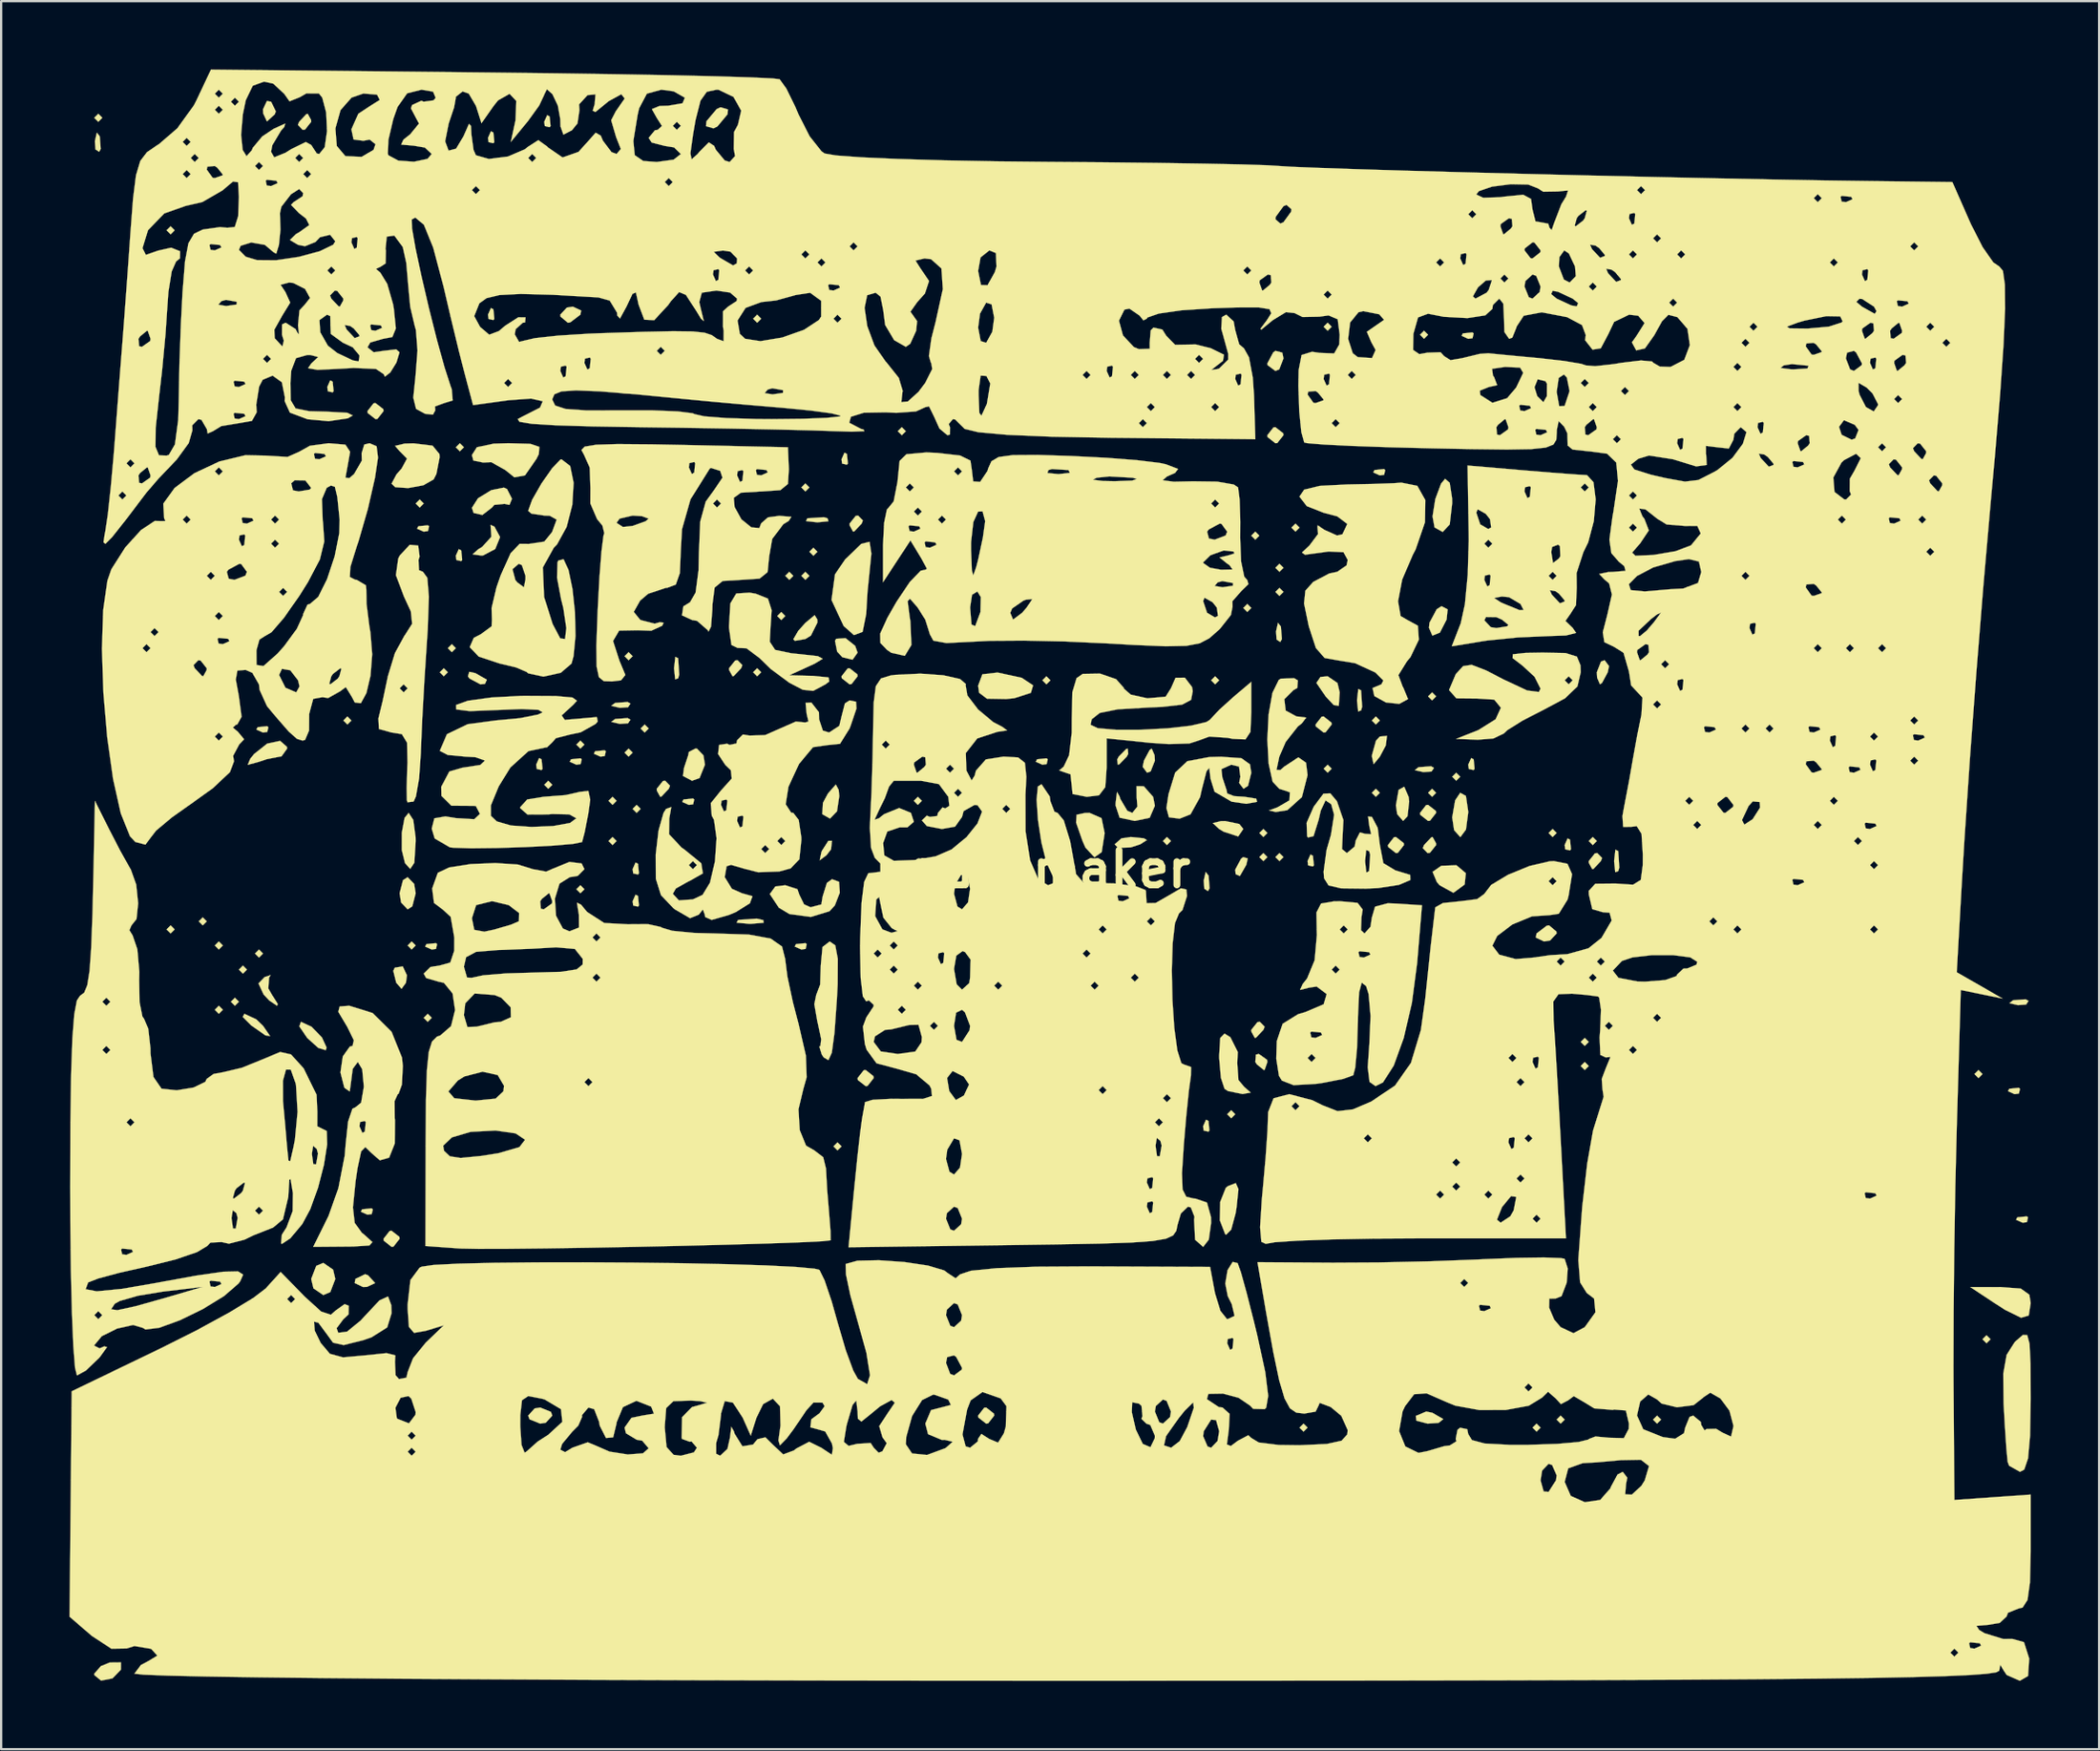
<source format=kicad_pcb>
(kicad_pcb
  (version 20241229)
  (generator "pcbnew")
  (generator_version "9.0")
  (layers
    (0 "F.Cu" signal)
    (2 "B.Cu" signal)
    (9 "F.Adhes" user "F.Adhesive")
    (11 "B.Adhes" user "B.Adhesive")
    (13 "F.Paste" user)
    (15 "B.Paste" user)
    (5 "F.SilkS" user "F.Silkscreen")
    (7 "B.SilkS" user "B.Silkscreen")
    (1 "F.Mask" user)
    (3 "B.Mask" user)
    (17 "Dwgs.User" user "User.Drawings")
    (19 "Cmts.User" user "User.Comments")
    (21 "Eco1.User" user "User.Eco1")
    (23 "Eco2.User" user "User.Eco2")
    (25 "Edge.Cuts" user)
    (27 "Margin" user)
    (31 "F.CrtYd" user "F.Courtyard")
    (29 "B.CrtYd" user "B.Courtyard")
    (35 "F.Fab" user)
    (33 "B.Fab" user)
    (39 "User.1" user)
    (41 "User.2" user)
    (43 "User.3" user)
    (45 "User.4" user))
  (footprint "pacemaker"
    (layer "F.Cu")
    (at 43.07 35.106)
    (property "Reference" "pacemaker" (at 0 0 0) (layer "F.SilkS") (effects (font (size 1.524 1.524) (thickness 0.3))))
    (attr through_hole)
    (fp_poly (pts (xy -41.628 -32.985) (xy -41.804 -32.808) (xy -41.981 -32.985) (xy -41.804 -33.161) (xy -41.628 -32.985)) (stroke (width 0.01) (type solid)) (fill yes) (layer "F.SilkS"))
    (fp_poly (pts (xy -38.453 -28.046) (xy -38.629 -27.869) (xy -38.806 -28.046) (xy -38.629 -28.222) (xy -38.453 -28.046)) (stroke (width 0.01) (type solid)) (fill yes) (layer "F.SilkS"))
    (fp_poly (pts (xy -38.453 2.646) (xy -38.629 2.822) (xy -38.806 2.646) (xy -38.629 2.469) (xy -38.453 2.646)) (stroke (width 0.01) (type solid)) (fill yes) (layer "F.SilkS"))
    (fp_poly (pts (xy -37.042 2.293) (xy -37.218 2.469) (xy -37.394 2.293) (xy -37.218 2.117) (xy -37.042 2.293)) (stroke (width 0.01) (type solid)) (fill yes) (layer "F.SilkS"))
    (fp_poly (pts (xy -36.336 3.351) (xy -36.513 3.528) (xy -36.689 3.351) (xy -36.513 3.175) (xy -36.336 3.351)) (stroke (width 0.01) (type solid)) (fill yes) (layer "F.SilkS"))
    (fp_poly (pts (xy -36.336 6.174) (xy -36.513 6.35) (xy -36.689 6.174) (xy -36.513 5.997) (xy -36.336 6.174)) (stroke (width 0.01) (type solid)) (fill yes) (layer "F.SilkS"))
    (fp_poly (pts (xy -35.631 5.821) (xy -35.807 5.997) (xy -35.983 5.821) (xy -35.807 5.644) (xy -35.631 5.821)) (stroke (width 0.01) (type solid)) (fill yes) (layer "F.SilkS"))
    (fp_poly (pts (xy -35.278 4.41) (xy -35.454 4.586) (xy -35.631 4.41) (xy -35.454 4.233) (xy -35.278 4.41)) (stroke (width 0.01) (type solid)) (fill yes) (layer "F.SilkS"))
    (fp_poly (pts (xy -34.572 3.704) (xy -34.749 3.881) (xy -34.925 3.704) (xy -34.749 3.528) (xy -34.572 3.704)) (stroke (width 0.01) (type solid)) (fill yes) (layer "F.SilkS"))
    (fp_poly (pts (xy -30.692 -6.526) (xy -30.868 -6.35) (xy -31.044 -6.526) (xy -30.868 -6.703) (xy -30.692 -6.526)) (stroke (width 0.01) (type solid)) (fill yes) (layer "F.SilkS"))
    (fp_poly (pts (xy -27.869 3.351) (xy -28.046 3.528) (xy -28.222 3.351) (xy -28.046 3.175) (xy -27.869 3.351)) (stroke (width 0.01) (type solid)) (fill yes) (layer "F.SilkS"))
    (fp_poly (pts (xy -27.517 -16.051) (xy -27.693 -15.875) (xy -27.869 -16.051) (xy -27.693 -16.228) (xy -27.517 -16.051)) (stroke (width 0.01) (type solid)) (fill yes) (layer "F.SilkS"))
    (fp_poly (pts (xy -27.164 6.526) (xy -27.34 6.703) (xy -27.517 6.526) (xy -27.34 6.35) (xy -27.164 6.526)) (stroke (width 0.01) (type solid)) (fill yes) (layer "F.SilkS"))
    (fp_poly (pts (xy -26.458 -8.643) (xy -26.635 -8.467) (xy -26.811 -8.643) (xy -26.635 -8.819) (xy -26.458 -8.643)) (stroke (width 0.01) (type solid)) (fill yes) (layer "F.SilkS"))
    (fp_poly (pts (xy -26.106 -9.701) (xy -26.282 -9.525) (xy -26.458 -9.701) (xy -26.282 -9.878) (xy -26.106 -9.701)) (stroke (width 0.01) (type solid)) (fill yes) (layer "F.SilkS"))
    (fp_poly (pts (xy -25.753 -18.521) (xy -25.929 -18.344) (xy -26.106 -18.521) (xy -25.929 -18.697) (xy -25.753 -18.521)) (stroke (width 0.01) (type solid)) (fill yes) (layer "F.SilkS"))
    (fp_poly (pts (xy -21.872 -3.704) (xy -22.049 -3.528) (xy -22.225 -3.704) (xy -22.049 -3.881) (xy -21.872 -3.704)) (stroke (width 0.01) (type solid)) (fill yes) (layer "F.SilkS"))
    (fp_poly (pts (xy -20.461 -5.468) (xy -20.637 -5.292) (xy -20.814 -5.468) (xy -20.637 -5.644) (xy -20.461 -5.468)) (stroke (width 0.01) (type solid)) (fill yes) (layer "F.SilkS"))
    (fp_poly (pts (xy -20.461 0.882) (xy -20.637 1.058) (xy -20.814 0.882) (xy -20.637 0.706) (xy -20.461 0.882)) (stroke (width 0.01) (type solid)) (fill yes) (layer "F.SilkS"))
    (fp_poly (pts (xy -19.05 -2.999) (xy -19.226 -2.822) (xy -19.403 -2.999) (xy -19.226 -3.175) (xy -19.05 -2.999)) (stroke (width 0.01) (type solid)) (fill yes) (layer "F.SilkS"))
    (fp_poly (pts (xy -19.05 -1.235) (xy -19.226 -1.058) (xy -19.403 -1.235) (xy -19.226 -1.411) (xy -19.05 -1.235)) (stroke (width 0.01) (type solid)) (fill yes) (layer "F.SilkS"))
    (fp_poly (pts (xy -18.344 -9.349) (xy -18.521 -9.172) (xy -18.697 -9.349) (xy -18.521 -9.525) (xy -18.344 -9.349)) (stroke (width 0.01) (type solid)) (fill yes) (layer "F.SilkS"))
    (fp_poly (pts (xy -18.344 -5.115) (xy -18.521 -4.939) (xy -18.697 -5.115) (xy -18.521 -5.292) (xy -18.344 -5.115)) (stroke (width 0.01) (type solid)) (fill yes) (layer "F.SilkS"))
    (fp_poly (pts (xy -17.992 -2.646) (xy -18.168 -2.469) (xy -18.344 -2.646) (xy -18.168 -2.822) (xy -17.992 -2.646)) (stroke (width 0.01) (type solid)) (fill yes) (layer "F.SilkS"))
    (fp_poly (pts (xy -17.639 -6.174) (xy -17.815 -5.997) (xy -17.992 -6.174) (xy -17.815 -6.35) (xy -17.639 -6.174)) (stroke (width 0.01) (type solid)) (fill yes) (layer "F.SilkS"))
    (fp_poly (pts (xy -12.7 -24.165) (xy -12.876 -23.989) (xy -13.053 -24.165) (xy -12.876 -24.342) (xy -12.7 -24.165)) (stroke (width 0.01) (type solid)) (fill yes) (layer "F.SilkS"))
    (fp_poly (pts (xy -12.7 -8.643) (xy -12.876 -8.467) (xy -13.053 -8.643) (xy -12.876 -8.819) (xy -12.7 -8.643)) (stroke (width 0.01) (type solid)) (fill yes) (layer "F.SilkS"))
    (fp_poly (pts (xy -11.642 -11.113) (xy -11.818 -10.936) (xy -11.994 -11.113) (xy -11.818 -11.289) (xy -11.642 -11.113)) (stroke (width 0.01) (type solid)) (fill yes) (layer "F.SilkS"))
    (fp_poly (pts (xy -11.289 -12.876) (xy -11.465 -12.7) (xy -11.642 -12.876) (xy -11.465 -13.053) (xy -11.289 -12.876)) (stroke (width 0.01) (type solid)) (fill yes) (layer "F.SilkS"))
    (fp_poly (pts (xy -10.583 -16.757) (xy -10.76 -16.581) (xy -10.936 -16.757) (xy -10.76 -16.933) (xy -10.583 -16.757)) (stroke (width 0.01) (type solid)) (fill yes) (layer "F.SilkS"))
    (fp_poly (pts (xy -10.583 -12.876) (xy -10.76 -12.7) (xy -10.936 -12.876) (xy -10.76 -13.053) (xy -10.583 -12.876)) (stroke (width 0.01) (type solid)) (fill yes) (layer "F.SilkS"))
    (fp_poly (pts (xy -10.231 -13.935) (xy -10.407 -13.758) (xy -10.583 -13.935) (xy -10.407 -14.111) (xy -10.231 -13.935)) (stroke (width 0.01) (type solid)) (fill yes) (layer "F.SilkS"))
    (fp_poly (pts (xy -9.172 12.171) (xy -9.349 12.347) (xy -9.525 12.171) (xy -9.349 11.994) (xy -9.172 12.171)) (stroke (width 0.01) (type solid)) (fill yes) (layer "F.SilkS"))
    (fp_poly (pts (xy -6.35 -19.226) (xy -6.526 -19.05) (xy -6.703 -19.226) (xy -6.526 -19.403) (xy -6.35 -19.226)) (stroke (width 0.01) (type solid)) (fill yes) (layer "F.SilkS"))
    (fp_poly (pts (xy -5.644 -2.999) (xy -5.821 -2.822) (xy -5.997 -2.999) (xy -5.821 -3.175) (xy -5.644 -2.999)) (stroke (width 0.01) (type solid)) (fill yes) (layer "F.SilkS"))
    (fp_poly (pts (xy 0 -8.29) (xy -0.176 -8.114) (xy -0.353 -8.29) (xy -0.176 -8.467) (xy 0 -8.29)) (stroke (width 0.01) (type solid)) (fill yes) (layer "F.SilkS"))
    (fp_poly (pts (xy 5.292 -1.235) (xy 5.115 -1.058) (xy 4.939 -1.235) (xy 5.115 -1.411) (xy 5.292 -1.235)) (stroke (width 0.01) (type solid)) (fill yes) (layer "F.SilkS"))
    (fp_poly (pts (xy 7.408 -8.29) (xy 7.232 -8.114) (xy 7.056 -8.29) (xy 7.232 -8.467) (xy 7.408 -8.29)) (stroke (width 0.01) (type solid)) (fill yes) (layer "F.SilkS"))
    (fp_poly (pts (xy 8.114 10.76) (xy 7.938 10.936) (xy 7.761 10.76) (xy 7.938 10.583) (xy 8.114 10.76)) (stroke (width 0.01) (type solid)) (fill yes) (layer "F.SilkS"))
    (fp_poly (pts (xy 8.819 -11.465) (xy 8.643 -11.289) (xy 8.467 -11.465) (xy 8.643 -11.642) (xy 8.819 -11.465)) (stroke (width 0.01) (type solid)) (fill yes) (layer "F.SilkS"))
    (fp_poly (pts (xy 9.172 -14.64) (xy 8.996 -14.464) (xy 8.819 -14.64) (xy 8.996 -14.817) (xy 9.172 -14.64)) (stroke (width 0.01) (type solid)) (fill yes) (layer "F.SilkS"))
    (fp_poly (pts (xy 9.525 -1.587) (xy 9.349 -1.411) (xy 9.172 -1.587) (xy 9.349 -1.764) (xy 9.525 -1.587)) (stroke (width 0.01) (type solid)) (fill yes) (layer "F.SilkS"))
    (fp_poly (pts (xy 9.525 -0.529) (xy 9.349 -0.353) (xy 9.172 -0.529) (xy 9.349 -0.706) (xy 9.525 -0.529)) (stroke (width 0.01) (type solid)) (fill yes) (layer "F.SilkS"))
    (fp_poly (pts (xy 10.231 -13.229) (xy 10.054 -13.053) (xy 9.878 -13.229) (xy 10.054 -13.406) (xy 10.231 -13.229)) (stroke (width 0.01) (type solid)) (fill yes) (layer "F.SilkS"))
    (fp_poly (pts (xy 10.231 -12.171) (xy 10.054 -11.994) (xy 9.878 -12.171) (xy 10.054 -12.347) (xy 10.231 -12.171)) (stroke (width 0.01) (type solid)) (fill yes) (layer "F.SilkS"))
    (fp_poly (pts (xy 10.231 -0.529) (xy 10.054 -0.353) (xy 9.878 -0.529) (xy 10.054 -0.706) (xy 10.231 -0.529)) (stroke (width 0.01) (type solid)) (fill yes) (layer "F.SilkS"))
    (fp_poly (pts (xy 10.936 -14.993) (xy 10.76 -14.817) (xy 10.583 -14.993) (xy 10.76 -15.169) (xy 10.936 -14.993)) (stroke (width 0.01) (type solid)) (fill yes) (layer "F.SilkS"))
    (fp_poly (pts (xy 11.289 24.518) (xy 11.113 24.694) (xy 10.936 24.518) (xy 11.113 24.342) (xy 11.289 24.518)) (stroke (width 0.01) (type solid)) (fill yes) (layer "F.SilkS"))
    (fp_poly (pts (xy 12.347 -23.812) (xy 12.171 -23.636) (xy 11.994 -23.812) (xy 12.171 -23.989) (xy 12.347 -23.812)) (stroke (width 0.01) (type solid)) (fill yes) (layer "F.SilkS"))
    (fp_poly (pts (xy 12.347 -4.41) (xy 12.171 -4.233) (xy 11.994 -4.41) (xy 12.171 -4.586) (xy 12.347 -4.41)) (stroke (width 0.01) (type solid)) (fill yes) (layer "F.SilkS"))
    (fp_poly (pts (xy 14.464 -6.526) (xy 14.287 -6.35) (xy 14.111 -6.526) (xy 14.287 -6.703) (xy 14.464 -6.526)) (stroke (width 0.01) (type solid)) (fill yes) (layer "F.SilkS"))
    (fp_poly (pts (xy 14.464 -3.351) (xy 14.287 -3.175) (xy 14.111 -3.351) (xy 14.287 -3.528) (xy 14.464 -3.351)) (stroke (width 0.01) (type solid)) (fill yes) (layer "F.SilkS"))
    (fp_poly (pts (xy 16.581 -23.46) (xy 16.404 -23.283) (xy 16.228 -23.46) (xy 16.404 -23.636) (xy 16.581 -23.46)) (stroke (width 0.01) (type solid)) (fill yes) (layer "F.SilkS"))
    (fp_poly (pts (xy 16.933 -7.585) (xy 16.757 -7.408) (xy 16.581 -7.585) (xy 16.757 -7.761) (xy 16.933 -7.585)) (stroke (width 0.01) (type solid)) (fill yes) (layer "F.SilkS"))
    (fp_poly (pts (xy 16.933 -3.351) (xy 16.757 -3.175) (xy 16.581 -3.351) (xy 16.757 -3.528) (xy 16.933 -3.351)) (stroke (width 0.01) (type solid)) (fill yes) (layer "F.SilkS"))
    (fp_poly (pts (xy 17.992 -4.057) (xy 17.815 -3.881) (xy 17.639 -4.057) (xy 17.815 -4.233) (xy 17.992 -4.057)) (stroke (width 0.01) (type solid)) (fill yes) (layer "F.SilkS"))
    (fp_poly (pts (xy 21.519 24.518) (xy 21.343 24.694) (xy 21.167 24.518) (xy 21.343 24.342) (xy 21.519 24.518)) (stroke (width 0.01) (type solid)) (fill yes) (layer "F.SilkS"))
    (fp_poly (pts (xy 22.225 -1.587) (xy 22.049 -1.411) (xy 21.872 -1.587) (xy 22.049 -1.764) (xy 22.225 -1.587)) (stroke (width 0.01) (type solid)) (fill yes) (layer "F.SilkS"))
    (fp_poly (pts (xy 22.578 24.165) (xy 22.401 24.342) (xy 22.225 24.165) (xy 22.401 23.989) (xy 22.578 24.165)) (stroke (width 0.01) (type solid)) (fill yes) (layer "F.SilkS"))
    (fp_poly (pts (xy 23.636 7.585) (xy 23.46 7.761) (xy 23.283 7.585) (xy 23.46 7.408) (xy 23.636 7.585)) (stroke (width 0.01) (type solid)) (fill yes) (layer "F.SilkS"))
    (fp_poly (pts (xy 23.636 8.643) (xy 23.46 8.819) (xy 23.283 8.643) (xy 23.46 8.467) (xy 23.636 8.643)) (stroke (width 0.01) (type solid)) (fill yes) (layer "F.SilkS"))
    (fp_poly (pts (xy 23.989 -1.235) (xy 23.812 -1.058) (xy 23.636 -1.235) (xy 23.812 -1.411) (xy 23.989 -1.235)) (stroke (width 0.01) (type solid)) (fill yes) (layer "F.SilkS"))
    (fp_poly (pts (xy 26.811 24.165) (xy 26.635 24.342) (xy 26.458 24.165) (xy 26.635 23.989) (xy 26.811 24.165)) (stroke (width 0.01) (type solid)) (fill yes) (layer "F.SilkS"))
    (fp_poly (pts (xy 40.922 8.996) (xy 40.746 9.172) (xy 40.569 8.996) (xy 40.746 8.819) (xy 40.922 8.996)) (stroke (width 0.01) (type solid)) (fill yes) (layer "F.SilkS"))
    (fp_poly (pts (xy 41.275 20.637) (xy 41.099 20.814) (xy 40.922 20.637) (xy 41.099 20.461) (xy 41.275 20.637)) (stroke (width 0.01) (type solid)) (fill yes) (layer "F.SilkS"))
    (fp_poly (pts (xy -41.74 -32.169) (xy -41.698 -31.618) (xy -41.767 -31.493) (xy -41.928 -31.598) (xy -41.953 -31.956) (xy -41.867 -32.332) (xy -41.74 -32.169)) (stroke (width 0.01) (type solid)) (fill yes) (layer "F.SilkS"))
    (fp_poly (pts (xy -34.337 -6.232) (xy -34.385 -6.023) (xy -34.572 -5.997) (xy -34.863 -6.126) (xy -34.807 -6.232) (xy -34.389 -6.275) (xy -34.337 -6.232)) (stroke (width 0.01) (type solid)) (fill yes) (layer "F.SilkS"))
    (fp_poly (pts (xy -31.515 -21.402) (xy -31.473 -20.983) (xy -31.515 -20.931) (xy -31.725 -20.98) (xy -31.75 -21.167) (xy -31.621 -21.457) (xy -31.515 -21.402)) (stroke (width 0.01) (type solid)) (fill yes) (layer "F.SilkS"))
    (fp_poly (pts (xy -29.751 14.934) (xy -29.799 15.144) (xy -29.986 15.169) (xy -30.276 15.04) (xy -30.221 14.934) (xy -29.803 14.892) (xy -29.751 14.934)) (stroke (width 0.01) (type solid)) (fill yes) (layer "F.SilkS"))
    (fp_poly (pts (xy -27.281 -15.052) (xy -27.33 -14.842) (xy -27.517 -14.817) (xy -27.807 -14.946) (xy -27.752 -15.052) (xy -27.333 -15.094) (xy -27.281 -15.052)) (stroke (width 0.01) (type solid)) (fill yes) (layer "F.SilkS"))
    (fp_poly (pts (xy -26.929 3.293) (xy -26.977 3.502) (xy -27.164 3.528) (xy -27.454 3.399) (xy -27.399 3.293) (xy -26.98 3.25) (xy -26.929 3.293)) (stroke (width 0.01) (type solid)) (fill yes) (layer "F.SilkS"))
    (fp_poly (pts (xy -25.87 -13.994) (xy -25.828 -13.575) (xy -25.87 -13.523) (xy -26.08 -13.572) (xy -26.106 -13.758) (xy -25.976 -14.049) (xy -25.87 -13.994)) (stroke (width 0.01) (type solid)) (fill yes) (layer "F.SilkS"))
    (fp_poly (pts (xy -24.459 -32.338) (xy -24.417 -31.919) (xy -24.459 -31.868) (xy -24.669 -31.916) (xy -24.694 -32.103) (xy -24.565 -32.393) (xy -24.459 -32.338)) (stroke (width 0.01) (type solid)) (fill yes) (layer "F.SilkS"))
    (fp_poly (pts (xy -24.459 -24.577) (xy -24.417 -24.158) (xy -24.459 -24.106) (xy -24.669 -24.155) (xy -24.694 -24.342) (xy -24.565 -24.632) (xy -24.459 -24.577)) (stroke (width 0.01) (type solid)) (fill yes) (layer "F.SilkS"))
    (fp_poly (pts (xy -22.343 -4.821) (xy -22.3 -4.403) (xy -22.343 -4.351) (xy -22.552 -4.399) (xy -22.578 -4.586) (xy -22.449 -4.876) (xy -22.343 -4.821)) (stroke (width 0.01) (type solid)) (fill yes) (layer "F.SilkS"))
    (fp_poly (pts (xy -21.99 -33.044) (xy -21.948 -32.625) (xy -21.99 -32.573) (xy -22.2 -32.622) (xy -22.225 -32.808) (xy -22.096 -33.099) (xy -21.99 -33.044)) (stroke (width 0.01) (type solid)) (fill yes) (layer "F.SilkS"))
    (fp_poly (pts (xy -20.579 -4.821) (xy -20.627 -4.612) (xy -20.814 -4.586) (xy -21.104 -4.715) (xy -21.049 -4.821) (xy -20.63 -4.864) (xy -20.579 -4.821)) (stroke (width 0.01) (type solid)) (fill yes) (layer "F.SilkS"))
    (fp_poly (pts (xy -19.52 -5.174) (xy -19.569 -4.964) (xy -19.756 -4.939) (xy -20.046 -5.068) (xy -19.991 -5.174) (xy -19.572 -5.216) (xy -19.52 -5.174)) (stroke (width 0.01) (type solid)) (fill yes) (layer "F.SilkS"))
    (fp_poly (pts (xy -18.44 -7.269) (xy -18.545 -7.108) (xy -18.903 -7.083) (xy -19.279 -7.17) (xy -19.116 -7.297) (xy -18.565 -7.339) (xy -18.44 -7.269)) (stroke (width 0.01) (type solid)) (fill yes) (layer "F.SilkS"))
    (fp_poly (pts (xy -18.44 -6.563) (xy -18.545 -6.403) (xy -18.903 -6.378) (xy -19.279 -6.464) (xy -19.116 -6.591) (xy -18.565 -6.633) (xy -18.44 -6.563)) (stroke (width 0.01) (type solid)) (fill yes) (layer "F.SilkS"))
    (fp_poly (pts (xy -18.109 -0.235) (xy -18.067 0.183) (xy -18.109 0.235) (xy -18.319 0.187) (xy -18.344 0) (xy -18.215 -0.29) (xy -18.109 -0.235)) (stroke (width 0.01) (type solid)) (fill yes) (layer "F.SilkS"))
    (fp_poly (pts (xy -18.109 1.176) (xy -18.067 1.595) (xy -18.109 1.646) (xy -18.319 1.598) (xy -18.344 1.411) (xy -18.215 1.121) (xy -18.109 1.176)) (stroke (width 0.01) (type solid)) (fill yes) (layer "F.SilkS"))
    (fp_poly (pts (xy -16.347 -9.26) (xy -16.3 -8.538) (xy -16.347 -8.378) (xy -16.476 -8.334) (xy -16.525 -8.819) (xy -16.469 -9.32) (xy -16.347 -9.26)) (stroke (width 0.01) (type solid)) (fill yes) (layer "F.SilkS"))
    (fp_poly (pts (xy -15.64 -3.057) (xy -15.688 -2.848) (xy -15.875 -2.822) (xy -16.165 -2.951) (xy -16.11 -3.057) (xy -15.692 -3.1) (xy -15.64 -3.057)) (stroke (width 0.01) (type solid)) (fill yes) (layer "F.SilkS"))
    (fp_poly (pts (xy -10.701 3.293) (xy -10.749 3.502) (xy -10.936 3.528) (xy -11.226 3.399) (xy -11.171 3.293) (xy -10.753 3.25) (xy -10.701 3.293)) (stroke (width 0.01) (type solid)) (fill yes) (layer "F.SilkS"))
    (fp_poly (pts (xy -9.79 -15.403) (xy -9.745 -15.274) (xy -10.231 -15.225) (xy -10.731 -15.281) (xy -10.672 -15.403) (xy -9.949 -15.45) (xy -9.79 -15.403)) (stroke (width 0.01) (type solid)) (fill yes) (layer "F.SilkS"))
    (fp_poly (pts (xy -8.937 -18.227) (xy -8.895 -17.808) (xy -8.937 -17.756) (xy -9.147 -17.805) (xy -9.172 -17.992) (xy -9.043 -18.282) (xy -8.937 -18.227)) (stroke (width 0.01) (type solid)) (fill yes) (layer "F.SilkS"))
    (fp_poly (pts (xy -0.118 -4.821) (xy -0.166 -4.612) (xy -0.353 -4.586) (xy -0.643 -4.715) (xy -0.588 -4.821) (xy -0.169 -4.864) (xy -0.118 -4.821)) (stroke (width 0.01) (type solid)) (fill yes) (layer "F.SilkS"))
    (fp_poly (pts (xy 6.938 11.054) (xy 6.98 11.472) (xy 6.938 11.524) (xy 6.728 11.476) (xy 6.703 11.289) (xy 6.832 10.999) (xy 6.938 11.054)) (stroke (width 0.01) (type solid)) (fill yes) (layer "F.SilkS"))
    (fp_poly (pts (xy 6.944 0.287) (xy 6.986 0.838) (xy 6.916 0.963) (xy 6.756 0.858) (xy 6.731 0.5) (xy 6.817 0.123) (xy 6.944 0.287)) (stroke (width 0.01) (type solid)) (fill yes) (layer "F.SilkS"))
    (fp_poly (pts (xy 10.119 -10.649) (xy 10.161 -10.098) (xy 10.091 -9.973) (xy 9.931 -10.079) (xy 9.906 -10.436) (xy 9.992 -10.813) (xy 10.119 -10.649)) (stroke (width 0.01) (type solid)) (fill yes) (layer "F.SilkS"))
    (fp_poly (pts (xy 11.524 -0.588) (xy 11.566 -0.169) (xy 11.524 -0.118) (xy 11.314 -0.166) (xy 11.289 -0.353) (xy 11.418 -0.643) (xy 11.524 -0.588)) (stroke (width 0.01) (type solid)) (fill yes) (layer "F.SilkS"))
    (fp_poly (pts (xy 13.639 -7.849) (xy 13.686 -7.127) (xy 13.639 -6.967) (xy 13.51 -6.923) (xy 13.461 -7.408) (xy 13.517 -7.909) (xy 13.639 -7.849)) (stroke (width 0.01) (type solid)) (fill yes) (layer "F.SilkS"))
    (fp_poly (pts (xy 14.699 -17.521) (xy 14.651 -17.312) (xy 14.464 -17.286) (xy 14.174 -17.415) (xy 14.229 -17.521) (xy 14.647 -17.564) (xy 14.699 -17.521)) (stroke (width 0.01) (type solid)) (fill yes) (layer "F.SilkS"))
    (fp_poly (pts (xy 16.838 -4.446) (xy 16.733 -4.286) (xy 16.375 -4.261) (xy 15.998 -4.347) (xy 16.162 -4.474) (xy 16.713 -4.516) (xy 16.838 -4.446)) (stroke (width 0.01) (type solid)) (fill yes) (layer "F.SilkS"))
    (fp_poly (pts (xy 18.58 -23.519) (xy 18.531 -23.309) (xy 18.344 -23.283) (xy 18.054 -23.412) (xy 18.109 -23.519) (xy 18.528 -23.561) (xy 18.58 -23.519)) (stroke (width 0.01) (type solid)) (fill yes) (layer "F.SilkS"))
    (fp_poly (pts (xy 18.58 -4.821) (xy 18.622 -4.403) (xy 18.58 -4.351) (xy 18.37 -4.399) (xy 18.344 -4.586) (xy 18.474 -4.876) (xy 18.58 -4.821)) (stroke (width 0.01) (type solid)) (fill yes) (layer "F.SilkS"))
    (fp_poly (pts (xy 22.813 -1.294) (xy 22.855 -0.875) (xy 22.813 -0.823) (xy 22.603 -0.872) (xy 22.578 -1.058) (xy 22.707 -1.349) (xy 22.813 -1.294)) (stroke (width 0.01) (type solid)) (fill yes) (layer "F.SilkS"))
    (fp_poly (pts (xy 24.928 -0.794) (xy 24.975 -0.071) (xy 24.928 0.088) (xy 24.799 0.133) (xy 24.75 -0.353) (xy 24.806 -0.854) (xy 24.928 -0.794)) (stroke (width 0.01) (type solid)) (fill yes) (layer "F.SilkS"))
    (fp_poly (pts (xy 42.569 9.643) (xy 42.52 9.852) (xy 42.333 9.878) (xy 42.043 9.749) (xy 42.098 9.643) (xy 42.517 9.6) (xy 42.569 9.643)) (stroke (width 0.01) (type solid)) (fill yes) (layer "F.SilkS"))
    (fp_poly (pts (xy 42.921 15.287) (xy 42.873 15.497) (xy 42.686 15.522) (xy 42.396 15.393) (xy 42.451 15.287) (xy 42.87 15.245) (xy 42.921 15.287)) (stroke (width 0.01) (type solid)) (fill yes) (layer "F.SilkS"))
    (fp_poly (pts (xy 42.943 5.784) (xy 42.838 5.944) (xy 42.48 5.969) (xy 42.104 5.883) (xy 42.267 5.756) (xy 42.819 5.714) (xy 42.943 5.784)) (stroke (width 0.01) (type solid)) (fill yes) (layer "F.SilkS"))
    (fp_poly (pts (xy -34.868 6.594) (xy -34.572 6.879) (xy -34.261 7.327) (xy -34.466 7.297) (xy -35.081 6.868) (xy -35.463 6.485) (xy -35.388 6.35) (xy -34.868 6.594)) (stroke (width 0.01) (type solid)) (fill yes) (layer "F.SilkS"))
    (fp_poly (pts (xy -34.214 -33.687) (xy -34.01 -33.264) (xy -34.058 -33.137) (xy -34.399 -32.824) (xy -34.565 -33.18) (xy -34.572 -33.358) (xy -34.399 -33.722) (xy -34.214 -33.687)) (stroke (width 0.01) (type solid)) (fill yes) (layer "F.SilkS"))
    (fp_poly (pts (xy -29.962 17.83) (xy -29.649 18.171) (xy -30.005 18.338) (xy -30.183 18.344) (xy -30.547 18.171) (xy -30.512 17.986) (xy -30.089 17.782) (xy -29.962 17.83)) (stroke (width 0.01) (type solid)) (fill yes) (layer "F.SilkS"))
    (fp_poly (pts (xy -28.254 4.66) (xy -28.297 4.988) (xy -28.492 5.253) (xy -28.722 4.986) (xy -28.852 4.467) (xy -28.787 4.327) (xy -28.438 4.27) (xy -28.254 4.66)) (stroke (width 0.01) (type solid)) (fill yes) (layer "F.SilkS"))
    (fp_poly (pts (xy -25.242 -8.601) (xy -24.745 -8.317) (xy -24.829 -8.133) (xy -25.026 -8.114) (xy -25.505 -8.37) (xy -25.574 -8.463) (xy -25.517 -8.663) (xy -25.242 -8.601)) (stroke (width 0.01) (type solid)) (fill yes) (layer "F.SilkS"))
    (fp_poly (pts (xy -9.633 -0.871) (xy -9.834 -0.611) (xy -10.131 -0.389) (xy -10.057 -0.742) (xy -10.031 -0.809) (xy -9.752 -1.241) (xy -9.593 -1.244) (xy -9.633 -0.871)) (stroke (width 0.01) (type solid)) (fill yes) (layer "F.SilkS"))
    (fp_poly (pts (xy 8.663 -0.47) (xy 8.601 -0.195) (xy 8.317 0.302) (xy 8.133 0.219) (xy 8.114 0.021) (xy 8.37 -0.458) (xy 8.463 -0.527) (xy 8.663 -0.47)) (stroke (width 0.01) (type solid)) (fill yes) (layer "F.SilkS"))
    (fp_poly (pts (xy 16.768 23.866) (xy 17.249 24.142) (xy 17.043 24.309) (xy 16.56 24.342) (xy 16.068 24.211) (xy 16.042 24.004) (xy 16.501 23.812) (xy 16.768 23.866)) (stroke (width 0.01) (type solid)) (fill yes) (layer "F.SilkS"))
    (fp_poly (pts (xy -40.81 35.141) (xy -41.181 35.525) (xy -41.68 35.623) (xy -41.974 35.385) (xy -41.981 35.319) (xy -41.688 34.986) (xy -41.301 34.83) (xy -40.808 34.825) (xy -40.81 35.141)) (stroke (width 0.01) (type solid)) (fill yes) (layer "F.SilkS"))
    (fp_poly (pts (xy -32.46 -32.888) (xy -32.456 -32.808) (xy -32.727 -32.469) (xy -32.829 -32.456) (xy -33.04 -32.672) (xy -32.985 -32.808) (xy -32.668 -33.145) (xy -32.611 -33.161) (xy -32.46 -32.888)) (stroke (width 0.01) (type solid)) (fill yes) (layer "F.SilkS"))
    (fp_poly (pts (xy -32.441 6.919) (xy -31.986 7.388) (xy -31.78 7.836) (xy -31.819 7.948) (xy -32.147 7.847) (xy -32.63 7.41) (xy -32.978 6.904) (xy -32.906 6.703) (xy -32.441 6.919)) (stroke (width 0.01) (type solid)) (fill yes) (layer "F.SilkS"))
    (fp_poly (pts (xy -31.495 17.58) (xy -31.397 17.992) (xy -31.618 18.566) (xy -31.926 18.697) (xy -32.357 18.403) (xy -32.456 17.992) (xy -32.235 17.417) (xy -31.926 17.286) (xy -31.495 17.58)) (stroke (width 0.01) (type solid)) (fill yes) (layer "F.SilkS"))
    (fp_poly (pts (xy -29.291 -20.193) (xy -29.281 -20.108) (xy -29.549 -19.766) (xy -29.633 -19.756) (xy -29.976 -20.024) (xy -29.986 -20.108) (xy -29.718 -20.451) (xy -29.633 -20.461) (xy -29.291 -20.193)) (stroke (width 0.01) (type solid)) (fill yes) (layer "F.SilkS"))
    (fp_poly (pts (xy -28.585 16.143) (xy -28.575 16.228) (xy -28.843 16.57) (xy -28.928 16.581) (xy -29.27 16.312) (xy -29.281 16.228) (xy -29.012 15.885) (xy -28.928 15.875) (xy -28.585 16.143)) (stroke (width 0.01) (type solid)) (fill yes) (layer "F.SilkS"))
    (fp_poly (pts (xy -27.936 0.648) (xy -27.869 1.058) (xy -28.017 1.632) (xy -28.222 1.764) (xy -28.509 1.468) (xy -28.575 1.058) (xy -28.427 0.485) (xy -28.222 0.353) (xy -27.936 0.648)) (stroke (width 0.01) (type solid)) (fill yes) (layer "F.SilkS"))
    (fp_poly (pts (xy -21.932 23.827) (xy -21.872 23.989) (xy -22.158 24.302) (xy -22.401 24.342) (xy -22.871 24.151) (xy -22.931 23.989) (xy -22.645 23.676) (xy -22.401 23.636) (xy -21.932 23.827)) (stroke (width 0.01) (type solid)) (fill yes) (layer "F.SilkS"))
    (fp_poly (pts (xy -20.604 -24.523) (xy -20.637 -24.342) (xy -21.089 -24.002) (xy -21.187 -23.989) (xy -21.51 -24.258) (xy -21.519 -24.342) (xy -21.232 -24.651) (xy -20.969 -24.694) (xy -20.604 -24.523)) (stroke (width 0.01) (type solid)) (fill yes) (layer "F.SilkS"))
    (fp_poly (pts (xy -16.702 -3.664) (xy -16.757 -3.528) (xy -17.074 -3.191) (xy -17.131 -3.175) (xy -17.282 -3.448) (xy -17.286 -3.528) (xy -17.015 -3.867) (xy -16.913 -3.881) (xy -16.702 -3.664)) (stroke (width 0.01) (type solid)) (fill yes) (layer "F.SilkS"))
    (fp_poly (pts (xy -14.158 -33.351) (xy -14.177 -33.139) (xy -14.624 -32.604) (xy -14.795 -32.522) (xy -15.123 -32.618) (xy -15.103 -32.83) (xy -14.657 -33.365) (xy -14.486 -33.448) (xy -14.158 -33.351)) (stroke (width 0.01) (type solid)) (fill yes) (layer "F.SilkS"))
    (fp_poly (pts (xy -13.527 -8.956) (xy -13.582 -8.819) (xy -13.899 -8.483) (xy -13.956 -8.467) (xy -14.107 -8.74) (xy -14.111 -8.819) (xy -13.84 -9.159) (xy -13.738 -9.172) (xy -13.527 -8.956)) (stroke (width 0.01) (type solid)) (fill yes) (layer "F.SilkS"))
    (fp_poly (pts (xy -12.605 2.238) (xy -12.593 2.354) (xy -13.146 2.401) (xy -13.229 2.401) (xy -13.776 2.35) (xy -13.724 2.242) (xy -13.663 2.225) (xy -12.895 2.173) (xy -12.605 2.238)) (stroke (width 0.01) (type solid)) (fill yes) (layer "F.SilkS"))
    (fp_poly (pts (xy -9.297 -3.48) (xy -9.271 -3.204) (xy -9.371 -2.539) (xy -9.678 -2.22) (xy -10.018 -2.412) (xy -9.989 -2.909) (xy -9.767 -3.322) (xy -9.422 -3.716) (xy -9.297 -3.48)) (stroke (width 0.01) (type solid)) (fill yes) (layer "F.SilkS"))
    (fp_poly (pts (xy -8.573 -9.803) (xy -8.467 -9.504) (xy -8.689 -9.194) (xy -9.135 -9.304) (xy -9.363 -9.548) (xy -9.458 -10.024) (xy -9.407 -10.113) (xy -8.995 -10.14) (xy -8.573 -9.803)) (stroke (width 0.01) (type solid)) (fill yes) (layer "F.SilkS"))
    (fp_poly (pts (xy -8.477 -8.551) (xy -8.467 -8.467) (xy -8.735 -8.124) (xy -8.819 -8.114) (xy -9.162 -8.382) (xy -9.172 -8.467) (xy -8.904 -8.809) (xy -8.819 -8.819) (xy -8.477 -8.551)) (stroke (width 0.01) (type solid)) (fill yes) (layer "F.SilkS"))
    (fp_poly (pts (xy -8.235 -15.306) (xy -8.29 -15.169) (xy -8.607 -14.833) (xy -8.664 -14.817) (xy -8.815 -15.09) (xy -8.819 -15.169) (xy -8.548 -15.509) (xy -8.446 -15.522) (xy -8.235 -15.306)) (stroke (width 0.01) (type solid)) (fill yes) (layer "F.SilkS"))
    (fp_poly (pts (xy -7.771 9.088) (xy -7.761 9.172) (xy -8.03 9.515) (xy -8.114 9.525) (xy -8.456 9.257) (xy -8.467 9.172) (xy -8.198 8.83) (xy -8.114 8.819) (xy -7.771 9.088)) (stroke (width 0.01) (type solid)) (fill yes) (layer "F.SilkS"))
    (fp_poly (pts (xy -2.48 23.905) (xy -2.469 23.989) (xy -2.738 24.331) (xy -2.822 24.342) (xy -3.165 24.073) (xy -3.175 23.989) (xy -2.907 23.646) (xy -2.822 23.636) (xy -2.48 23.905)) (stroke (width 0.01) (type solid)) (fill yes) (layer "F.SilkS"))
    (fp_poly (pts (xy 3.417 -5.064) (xy 3.351 -4.939) (xy 3.019 -4.602) (xy 2.957 -4.586) (xy 2.933 -4.814) (xy 2.999 -4.939) (xy 3.331 -5.276) (xy 3.393 -5.292) (xy 3.417 -5.064)) (stroke (width 0.01) (type solid)) (fill yes) (layer "F.SilkS"))
    (fp_poly (pts (xy 4.102 -1.354) (xy 4.233 -1.276) (xy 3.942 -1.091) (xy 3.528 -0.956) (xy 2.965 -0.936) (xy 2.822 -1.091) (xy 3.118 -1.351) (xy 3.528 -1.411) (xy 4.102 -1.354)) (stroke (width 0.01) (type solid)) (fill yes) (layer "F.SilkS"))
    (fp_poly (pts (xy 4.571 -5.004) (xy 4.586 -4.763) (xy 4.401 -4.293) (xy 4.244 -4.233) (xy 4.05 -4.492) (xy 4.106 -4.763) (xy 4.356 -5.227) (xy 4.447 -5.292) (xy 4.571 -5.004)) (stroke (width 0.01) (type solid)) (fill yes) (layer "F.SilkS"))
    (fp_poly (pts (xy 8.292 -1.983) (xy 8.467 -1.764) (xy 8.245 -1.436) (xy 7.602 -1.646) (xy 7.408 -1.764) (xy 7.131 -2.021) (xy 7.482 -2.107) (xy 7.673 -2.111) (xy 8.292 -1.983)) (stroke (width 0.01) (type solid)) (fill yes) (layer "F.SilkS"))
    (fp_poly (pts (xy 9.404 6.919) (xy 9.349 7.056) (xy 9.032 7.392) (xy 8.975 7.408) (xy 8.823 7.135) (xy 8.819 7.056) (xy 9.091 6.716) (xy 9.193 6.703) (xy 9.404 6.919)) (stroke (width 0.01) (type solid)) (fill yes) (layer "F.SilkS"))
    (fp_poly (pts (xy 9.511 8.37) (xy 9.525 8.467) (xy 9.405 8.81) (xy 9.369 8.819) (xy 9.068 8.572) (xy 8.996 8.467) (xy 9.024 8.142) (xy 9.151 8.114) (xy 9.511 8.37)) (stroke (width 0.01) (type solid)) (fill yes) (layer "F.SilkS"))
    (fp_poly (pts (xy 10.18 -22.674) (xy 10.231 -22.422) (xy 10.046 -21.94) (xy 9.878 -21.872) (xy 9.535 -22.125) (xy 9.525 -22.204) (xy 9.781 -22.682) (xy 9.878 -22.754) (xy 10.18 -22.674)) (stroke (width 0.01) (type solid)) (fill yes) (layer "F.SilkS"))
    (fp_poly (pts (xy 10.22 -19.134) (xy 10.231 -19.05) (xy 9.962 -18.707) (xy 9.878 -18.697) (xy 9.535 -18.966) (xy 9.525 -19.05) (xy 9.793 -19.393) (xy 9.878 -19.403) (xy 10.22 -19.134)) (stroke (width 0.01) (type solid)) (fill yes) (layer "F.SilkS"))
    (fp_poly (pts (xy 12.337 -6.434) (xy 12.347 -6.35) (xy 12.079 -6.007) (xy 11.994 -5.997) (xy 11.652 -6.266) (xy 11.642 -6.35) (xy 11.91 -6.693) (xy 11.994 -6.703) (xy 12.337 -6.434)) (stroke (width 0.01) (type solid)) (fill yes) (layer "F.SilkS"))
    (fp_poly (pts (xy 12.602 -8.173) (xy 12.7 -7.761) (xy 12.66 -7.171) (xy 12.437 -7.205) (xy 12.083 -7.583) (xy 11.678 -8.177) (xy 11.855 -8.437) (xy 12.171 -8.467) (xy 12.602 -8.173)) (stroke (width 0.01) (type solid)) (fill yes) (layer "F.SilkS"))
    (fp_poly (pts (xy 14.724 -5.429) (xy 14.464 -4.939) (xy 14.19 -4.608) (xy 14.118 -4.926) (xy 14.117 -5.006) (xy 14.296 -5.644) (xy 14.464 -5.821) (xy 14.776 -5.849) (xy 14.724 -5.429)) (stroke (width 0.01) (type solid)) (fill yes) (layer "F.SilkS"))
    (fp_poly (pts (xy 15.512 -1.143) (xy 15.522 -1.058) (xy 15.254 -0.716) (xy 15.169 -0.706) (xy 14.827 -0.974) (xy 14.817 -1.058) (xy 15.085 -1.401) (xy 15.169 -1.411) (xy 15.512 -1.143)) (stroke (width 0.01) (type solid)) (fill yes) (layer "F.SilkS"))
    (fp_poly (pts (xy 15.73 -3.161) (xy 15.749 -2.965) (xy 15.677 -2.32) (xy 15.485 -2.117) (xy 15.226 -2.412) (xy 15.169 -2.801) (xy 15.29 -3.482) (xy 15.535 -3.618) (xy 15.73 -3.161)) (stroke (width 0.01) (type solid)) (fill yes) (layer "F.SilkS"))
    (fp_poly (pts (xy 16.923 -2.554) (xy 16.933 -2.469) (xy 16.665 -2.127) (xy 16.581 -2.117) (xy 16.238 -2.385) (xy 16.228 -2.469) (xy 16.496 -2.812) (xy 16.581 -2.822) (xy 16.923 -2.554)) (stroke (width 0.01) (type solid)) (fill yes) (layer "F.SilkS"))
    (fp_poly (pts (xy 16.929 -1.138) (xy 16.933 -1.058) (xy 16.662 -0.719) (xy 16.56 -0.706) (xy 16.349 -0.922) (xy 16.404 -1.058) (xy 16.721 -1.395) (xy 16.778 -1.411) (xy 16.929 -1.138)) (stroke (width 0.01) (type solid)) (fill yes) (layer "F.SilkS"))
    (fp_poly (pts (xy 17.44 -11.404) (xy 17.394 -10.956) (xy 17.1 -10.384) (xy 16.769 -10.252) (xy 16.618 -10.598) (xy 16.643 -10.819) (xy 16.958 -11.406) (xy 17.17 -11.544) (xy 17.44 -11.404)) (stroke (width 0.01) (type solid)) (fill yes) (layer "F.SilkS"))
    (fp_poly (pts (xy 18.238 0.176) (xy 18.187 0.675) (xy 17.691 1.038) (xy 17.089 0.707) (xy 16.968 0.57) (xy 16.778 0.118) (xy 17.16 -0.147) (xy 17.826 -0.172) (xy 18.238 0.176)) (stroke (width 0.01) (type solid)) (fill yes) (layer "F.SilkS"))
    (fp_poly (pts (xy 22.215 2.739) (xy 22.225 2.822) (xy 21.938 3.132) (xy 21.675 3.175) (xy 21.31 3.004) (xy 21.343 2.822) (xy 21.794 2.483) (xy 21.893 2.469) (xy 22.215 2.739)) (stroke (width 0.01) (type solid)) (fill yes) (layer "F.SilkS"))
    (fp_poly (pts (xy 24.22 -0.489) (xy 24.165 -0.353) (xy 23.848 -0.016) (xy 23.792 0) (xy 23.64 -0.273) (xy 23.636 -0.353) (xy 23.907 -0.692) (xy 24.01 -0.706) (xy 24.22 -0.489)) (stroke (width 0.01) (type solid)) (fill yes) (layer "F.SilkS"))
    (fp_poly (pts (xy 24.525 -8.914) (xy 24.469 -8.643) (xy 24.219 -8.179) (xy 24.128 -8.114) (xy 24.004 -8.402) (xy 23.989 -8.643) (xy 24.174 -9.113) (xy 24.331 -9.172) (xy 24.525 -8.914)) (stroke (width 0.01) (type solid)) (fill yes) (layer "F.SilkS"))
    (fp_poly (pts (xy -10.234 -10.959) (xy -10.231 -10.823) (xy -10.516 -10.255) (xy -10.76 -10.103) (xy -11.217 -10.023) (xy -11.289 -10.09) (xy -11.07 -10.464) (xy -10.76 -10.81) (xy -10.351 -11.151) (xy -10.234 -10.959)) (stroke (width 0.01) (type solid)) (fill yes) (layer "F.SilkS"))
    (fp_poly (pts (xy 42.603 18.413) (xy 42.98 18.682) (xy 43.039 19.05) (xy 42.953 19.595) (xy 42.617 19.693) (xy 41.908 19.343) (xy 41.451 19.05) (xy 40.393 18.349) (xy 41.716 18.347) (xy 42.603 18.413)) (stroke (width 0.01) (type solid)) (fill yes) (layer "F.SilkS"))
    (fp_poly (pts (xy -34.305 4.762) (xy -34.339 5.236) (xy -34.173 5.524) (xy -33.924 5.922) (xy -33.957 5.997) (xy -34.301 5.763) (xy -34.546 5.499) (xy -34.771 5.017) (xy -34.501 4.737) (xy -34.236 4.65) (xy -34.305 4.762)) (stroke (width 0.01) (type solid)) (fill yes) (layer "F.SilkS"))
    (fp_poly (pts (xy -27.974 -2.159) (xy -27.872 -1.396) (xy -27.869 -1.235) (xy -27.928 -0.282) (xy -28.109 -0.012) (xy -28.338 -0.265) (xy -28.479 -0.837) (xy -28.478 -1.603) (xy -28.357 -2.249) (xy -28.178 -2.469) (xy -27.974 -2.159)) (stroke (width 0.01) (type solid)) (fill yes) (layer "F.SilkS"))
    (fp_poly (pts (xy -15.236 -4.996) (xy -15.169 -4.586) (xy -15.406 -3.999) (xy -15.736 -3.881) (xy -16.135 -4.091) (xy -16.089 -4.439) (xy -15.902 -5.001) (xy -15.875 -5.144) (xy -15.602 -5.288) (xy -15.522 -5.292) (xy -15.236 -4.996)) (stroke (width 0.01) (type solid)) (fill yes) (layer "F.SilkS"))
    (fp_poly (pts (xy 2.244 -2.239) (xy 2.381 -1.581) (xy 2.25 -0.747) (xy 1.932 -0.522) (xy 1.538 -0.947) (xy 1.41 -1.236) (xy 1.127 -2.043) (xy 1.148 -2.388) (xy 1.522 -2.468) (xy 1.72 -2.469) (xy 2.244 -2.239)) (stroke (width 0.01) (type solid)) (fill yes) (layer "F.SilkS"))
    (fp_poly (pts (xy 17.53 -16.959) (xy 17.635 -16.279) (xy 17.639 -16.072) (xy 17.53 -15.13) (xy 17.222 -14.804) (xy 16.866 -15.001) (xy 16.777 -15.483) (xy 16.898 -16.245) (xy 17.151 -16.923) (xy 17.328 -17.136) (xy 17.53 -16.959)) (stroke (width 0.01) (type solid)) (fill yes) (layer "F.SilkS"))
    (fp_poly (pts (xy 18.242 -3.214) (xy 18.344 -2.527) (xy 18.344 -2.49) (xy 18.244 -1.738) (xy 18.002 -1.412) (xy 17.992 -1.411) (xy 17.724 -1.712) (xy 17.639 -2.272) (xy 17.769 -3.019) (xy 17.992 -3.351) (xy 18.242 -3.214)) (stroke (width 0.01) (type solid)) (fill yes) (layer "F.SilkS"))
    (fp_poly (pts (xy -33.521 -5.37) (xy -33.514 -5.292) (xy -33.761 -4.949) (xy -33.838 -4.939) (xy -34.417 -4.825) (xy -34.808 -4.696) (xy -35.243 -4.58) (xy -35.134 -4.841) (xy -34.97 -5.049) (xy -34.389 -5.511) (xy -33.822 -5.632) (xy -33.521 -5.37)) (stroke (width 0.01) (type solid)) (fill yes) (layer "F.SilkS"))
    (fp_poly (pts (xy -24.412 -15.036) (xy -24.163 -14.578) (xy -24.376 -14.055) (xy -24.91 -13.772) (xy -24.997 -13.769) (xy -25.368 -13.822) (xy -25.128 -14.039) (xy -24.952 -14.144) (xy -24.546 -14.593) (xy -24.565 -14.893) (xy -24.583 -15.112) (xy -24.412 -15.036)) (stroke (width 0.01) (type solid)) (fill yes) (layer "F.SilkS"))
    (fp_poly (pts (xy -2.313 -8.628) (xy -1.257 -8.399) (xy -0.762 -8.069) (xy -0.86 -7.738) (xy -1.585 -7.506) (xy -1.94 -7.469) (xy -2.787 -7.484) (xy -3.131 -7.743) (xy -3.175 -8.054) (xy -2.988 -8.553) (xy -2.327 -8.629) (xy -2.313 -8.628)) (stroke (width 0.01) (type solid)) (fill yes) (layer "F.SilkS"))
    (fp_poly (pts (xy 8.255 14.048) (xy 8.173 14.847) (xy 8.13 15.114) (xy 7.937 15.824) (xy 7.711 16.051) (xy 7.673 16.025) (xy 7.438 15.42) (xy 7.453 14.611) (xy 7.699 13.993) (xy 7.785 13.92) (xy 8.138 13.781) (xy 8.255 14.048)) (stroke (width 0.01) (type solid)) (fill yes) (layer "F.SilkS"))
    (fp_poly (pts (xy -23.859 -16.686) (xy -23.642 -16.26) (xy -23.753 -15.99) (xy -23.965 -16.036) (xy -24.418 -15.992) (xy -24.514 -15.881) (xy -24.94 -15.55) (xy -25.326 -15.638) (xy -25.4 -15.863) (xy -25.131 -16.282) (xy -24.551 -16.638) (xy -23.997 -16.75) (xy -23.859 -16.686)) (stroke (width 0.01) (type solid)) (fill yes) (layer "F.SilkS"))
    (fp_poly (pts (xy -7.863 -13.856) (xy -7.917 -13.317) (xy -8.034 -12.161) (xy -8.09 -11.201) (xy -8.247 -10.417) (xy -8.627 -10.275) (xy -9.078 -10.672) (xy -9.612 -11.817) (xy -9.458 -12.943) (xy -9.014 -13.596) (xy -8.306 -14.279) (xy -7.943 -14.371) (xy -7.863 -13.856)) (stroke (width 0.01) (type solid)) (fill yes) (layer "F.SilkS"))
    (fp_poly (pts (xy -22.837 -18.671) (xy -22.439 -18.538) (xy -22.463 -18.221) (xy -22.567 -18.011) (xy -23.071 -17.287) (xy -23.535 -17.2) (xy -23.937 -17.523) (xy -24.55 -17.867) (xy -24.907 -17.85) (xy -25.336 -17.938) (xy -25.4 -18.179) (xy -25.181 -18.522) (xy -24.447 -18.678) (xy -23.8 -18.697) (xy -22.837 -18.671)) (stroke (width 0.01) (type solid)) (fill yes) (layer "F.SilkS"))
    (fp_poly (pts (xy 7.901 7.378) (xy 8.226 8.027) (xy 8.203 8.516) (xy 8.254 9.257) (xy 8.504 9.556) (xy 8.794 9.81) (xy 8.437 9.872) (xy 7.802 9.745) (xy 7.644 9.643) (xy 7.484 9.16) (xy 7.409 8.297) (xy 7.408 8.188) (xy 7.455 7.41) (xy 7.643 7.219) (xy 7.901 7.378)) (stroke (width 0.01) (type solid)) (fill yes) (layer "F.SilkS"))
    (fp_poly (pts (xy -27.127 -18.591) (xy -26.827 -18.225) (xy -26.817 -18.08) (xy -26.96 -17.346) (xy -27.081 -17.11) (xy -27.529 -16.854) (xy -28.199 -16.73) (xy -28.766 -16.769) (xy -28.928 -16.923) (xy -28.71 -17.333) (xy -28.49 -17.583) (xy -28.25 -18.022) (xy -28.578 -18.354) (xy -28.774 -18.582) (xy -28.357 -18.681) (xy -27.958 -18.692) (xy -27.127 -18.591)) (stroke (width 0.01) (type solid)) (fill yes) (layer "F.SilkS"))
    (fp_poly (pts (xy 4.097 -3.64) (xy 4.509 -3.173) (xy 4.586 -2.784) (xy 4.358 -2.255) (xy 3.704 -2.117) (xy 3.038 -2.258) (xy 2.86 -2.795) (xy 2.863 -2.91) (xy 2.923 -3.388) (xy 3.038 -3.187) (xy 3.065 -3.087) (xy 3.376 -2.563) (xy 3.595 -2.469) (xy 3.819 -2.748) (xy 3.785 -3.149) (xy 3.781 -3.642) (xy 4.097 -3.64)) (stroke (width 0.01) (type solid)) (fill yes) (layer "F.SilkS"))
    (fp_poly (pts (xy -9.282 0.557) (xy -9.248 1.033) (xy -9.465 1.592) (xy -9.701 1.847) (xy -10.522 2.098) (xy -11.458 1.971) (xy -11.924 1.693) (xy -12.321 1.093) (xy -12.077 0.76) (xy -11.642 0.706) (xy -11.11 0.877) (xy -11.024 1.126) (xy -10.817 1.548) (xy -10.531 1.674) (xy -10.06 1.55) (xy -10.002 1.203) (xy -9.815 0.604) (xy -9.589 0.442) (xy -9.282 0.557)) (stroke (width 0.01) (type solid)) (fill yes) (layer "F.SilkS"))
    (fp_poly (pts (xy 42.887 20.455) (xy 42.989 20.838) (xy 43.031 21.706) (xy 43.039 23.165) (xy 43.039 23.27) (xy 43.012 24.869) (xy 42.923 25.865) (xy 42.756 26.358) (xy 42.569 26.458) (xy 42.092 26.189) (xy 42.027 26.017) (xy 41.972 25.445) (xy 41.903 24.417) (xy 41.849 23.46) (xy 41.835 22.149) (xy 41.983 21.322) (xy 42.336 20.768) (xy 42.391 20.712) (xy 42.696 20.448) (xy 42.887 20.455)) (stroke (width 0.01) (type solid)) (fill yes) (layer "F.SilkS"))
    (fp_poly (pts (xy -9.447 3.346) (xy -9.335 3.935) (xy -9.342 5.059) (xy -9.375 5.704) (xy -9.482 7.19) (xy -9.598 8.056) (xy -9.749 8.385) (xy -9.955 8.262) (xy -10.04 8.137) (xy -10.148 7.791) (xy -10.1 7.761) (xy -10.065 7.468) (xy -10.215 6.757) (xy -10.229 6.708) (xy -10.366 5.927) (xy -10.278 5.498) (xy -10.271 5.493) (xy -10.11 5.065) (xy -10.085 4.259) (xy -10.086 4.254) (xy -10.007 3.418) (xy -9.692 3.175) (xy -9.447 3.346)) (stroke (width 0.01) (type solid)) (fill yes) (layer "F.SilkS"))
    (fp_poly (pts (xy -12.942 -12.093) (xy -12.403 -11.877) (xy -12.239 -11.365) (xy -12.281 -10.756) (xy -12.324 -9.985) (xy -12.086 -9.625) (xy -11.384 -9.477) (xy -11.06 -9.445) (xy -10.213 -9.351) (xy -9.998 -9.237) (xy -10.345 -9.025) (xy -10.583 -8.915) (xy -11.465 -8.511) (xy -10.407 -8.484) (xy -9.742 -8.417) (xy -9.71 -8.24) (xy -9.878 -8.114) (xy -10.415 -7.826) (xy -10.876 -7.876) (xy -11.465 -8.185) (xy -12.274 -8.782) (xy -12.769 -9.265) (xy -13.344 -9.695) (xy -13.74 -9.713) (xy -14.004 -9.841) (xy -14.11 -10.584) (xy -14.111 -10.68) (xy -14.053 -11.665) (xy -13.794 -12.101) (xy -13.208 -12.138) (xy -12.942 -12.093)) (stroke (width 0.01) (type solid)) (fill yes) (layer "F.SilkS"))
    (fp_poly (pts (xy 8.384 -4.87) (xy 8.76 -4.603) (xy 8.819 -4.233) (xy 8.676 -3.66) (xy 8.478 -3.528) (xy 8.284 -3.786) (xy 8.339 -4.057) (xy 8.28 -4.503) (xy 7.938 -4.586) (xy 7.507 -4.39) (xy 7.547 -4.028) (xy 7.734 -3.466) (xy 7.761 -3.323) (xy 8.06 -3.206) (xy 8.525 -3.175) (xy 9.037 -3.094) (xy 9.071 -2.956) (xy 8.602 -2.869) (xy 7.954 -2.963) (xy 7.207 -3.399) (xy 7.028 -3.975) (xy 6.974 -4.445) (xy 6.853 -4.3) (xy 6.646 -3.505) (xy 6.57 -3.163) (xy 6.151 -2.407) (xy 5.67 -2.216) (xy 5.204 -2.275) (xy 5.093 -2.682) (xy 5.184 -3.286) (xy 5.478 -4.24) (xy 6.01 -4.74) (xy 6.971 -4.92) (xy 7.497 -4.933) (xy 8.384 -4.87)) (stroke (width 0.01) (type solid)) (fill yes) (layer "F.SilkS"))
    (fp_poly (pts (xy 10.863 -8.286) (xy 10.838 -7.955) (xy 10.672 -7.86) (xy 10.269 -7.461) (xy 10.329 -6.96) (xy 10.805 -6.703) (xy 10.827 -6.703) (xy 11.23 -6.654) (xy 11.039 -6.403) (xy 10.863 -6.262) (xy 10.329 -5.584) (xy 10.05 -4.939) (xy 9.927 -4.359) (xy 10.096 -4.352) (xy 10.261 -4.498) (xy 10.885 -4.908) (xy 11.221 -4.674) (xy 11.289 -4.128) (xy 11.039 -3.161) (xy 10.399 -2.588) (xy 9.895 -2.51) (xy 9.596 -2.577) (xy 9.966 -2.713) (xy 10.494 -3.02) (xy 10.513 -3.374) (xy 10.05 -3.528) (xy 9.756 -3.839) (xy 9.581 -4.631) (xy 9.524 -5.688) (xy 9.58 -6.796) (xy 9.748 -7.739) (xy 10.024 -8.303) (xy 10.115 -8.363) (xy 10.704 -8.383) (xy 10.863 -8.286)) (stroke (width 0.01) (type solid)) (fill yes) (layer "F.SilkS"))
    (fp_poly (pts (xy 22.621 -9.486) (xy 23.114 -9.332) (xy 23.272 -8.95) (xy 23.283 -8.645) (xy 23.137 -8.02) (xy 22.597 -7.502) (xy 21.691 -7.016) (xy 20.73 -6.523) (xy 20.064 -6.105) (xy 19.907 -5.956) (xy 19.447 -5.737) (xy 18.765 -5.682) (xy 17.815 -5.72) (xy 18.785 -6.103) (xy 19.546 -6.581) (xy 19.778 -7.085) (xy 19.485 -7.443) (xy 18.739 -7.49) (xy 17.824 -7.499) (xy 17.5 -7.862) (xy 17.792 -8.551) (xy 17.806 -8.57) (xy 18.118 -8.912) (xy 18.493 -8.97) (xy 19.134 -8.722) (xy 19.891 -8.33) (xy 20.926 -7.845) (xy 21.442 -7.776) (xy 21.519 -7.922) (xy 21.334 -8.29) (xy 22.578 -8.29) (xy 22.754 -8.114) (xy 22.931 -8.29) (xy 22.754 -8.467) (xy 22.578 -8.29) (xy 21.334 -8.29) (xy 21.255 -8.447) (xy 20.726 -8.934) (xy 20.291 -9.267) (xy 20.303 -9.432) (xy 20.859 -9.493) (xy 21.608 -9.506) (xy 22.621 -9.486)) (stroke (width 0.01) (type solid)) (fill yes) (layer "F.SilkS"))
    (fp_poly (pts (xy -27.758 -14.204) (xy -27.697 -13.723) (xy -27.746 -13.571) (xy -27.723 -13.125) (xy -27.55 -13.053) (xy -27.359 -12.789) (xy -27.29 -11.961) (xy -27.341 -10.509) (xy -27.376 -9.99) (xy -27.486 -8.304) (xy -27.58 -6.627) (xy -27.638 -5.275) (xy -27.644 -5.08) (xy -27.719 -3.985) (xy -27.857 -3.196) (xy -27.958 -2.969) (xy -28.229 -2.935) (xy -28.256 -3.028) (xy -28.264 -3.569) (xy -28.238 -4.485) (xy -28.229 -4.674) (xy -28.247 -5.551) (xy -28.477 -5.926) (xy -28.925 -5.997) (xy -29.483 -6.152) (xy -29.507 -6.615) (xy -29.32 -7.381) (xy -29.202 -7.938) (xy -28.575 -7.938) (xy -28.399 -7.761) (xy -28.222 -7.938) (xy -28.399 -8.114) (xy -28.575 -7.938) (xy -29.202 -7.938) (xy -29.104 -8.4) (xy -29.091 -8.467) (xy -28.781 -9.48) (xy -28.36 -10.256) (xy -28.334 -10.287) (xy -28.024 -10.772) (xy -28.082 -11.316) (xy -28.384 -11.966) (xy -28.737 -12.907) (xy -28.634 -13.638) (xy -28.568 -13.771) (xy -28.128 -14.239) (xy -27.758 -14.204)) (stroke (width 0.01) (type solid)) (fill yes) (layer "F.SilkS"))
    (fp_poly (pts (xy 12.581 -2.979) (xy 12.863 -2.155) (xy 12.831 -1.53) (xy 12.803 -0.88) (xy 13.015 -0.706) (xy 13.357 -0.992) (xy 13.406 -1.256) (xy 13.589 -1.614) (xy 13.818 -1.55) (xy 14.081 -1.533) (xy 13.999 -1.901) (xy 13.945 -2.312) (xy 14.115 -2.291) (xy 14.369 -1.814) (xy 14.464 -1.062) (xy 14.618 -0.261) (xy 15.151 0.058) (xy 15.183 0.064) (xy 15.794 0.251) (xy 15.801 0.479) (xy 15.301 0.691) (xy 14.389 0.83) (xy 13.846 0.855) (xy 12.763 0.842) (xy 12.21 0.714) (xy 12.014 0.403) (xy 11.994 0.111) (xy 12.057 -0.353) (xy 13.814 -0.353) (xy 13.869 0.148) (xy 13.992 0.088) (xy 14.039 -0.634) (xy 13.992 -0.794) (xy 13.863 -0.838) (xy 13.814 -0.353) (xy 12.057 -0.353) (xy 12.123 -0.842) (xy 12.316 -1.506) (xy 12.455 -2.389) (xy 12.327 -2.852) (xy 12.078 -3.02) (xy 11.869 -2.571) (xy 11.779 -2.176) (xy 11.551 -1.448) (xy 11.307 -1.39) (xy 11.27 -1.442) (xy 11.248 -2.034) (xy 11.561 -2.743) (xy 11.988 -3.313) (xy 12.287 -3.327) (xy 12.581 -2.979)) (stroke (width 0.01) (type solid)) (fill yes) (layer "F.SilkS"))
    (fp_poly (pts (xy 2.883 -8.342) (xy 3.223 -7.957) (xy 3.225 -7.924) (xy 3.53 -7.659) (xy 4.257 -7.501) (xy 5.057 -7.569) (xy 5.292 -7.942) (xy 5.494 -8.401) (xy 5.902 -8.406) (xy 6.218 -7.995) (xy 6.249 -7.815) (xy 6.176 -7.434) (xy 5.781 -7.223) (xy 4.906 -7.123) (xy 4.333 -7.098) (xy 2.961 -7.017) (xy 2.165 -6.857) (xy 1.814 -6.582) (xy 1.764 -6.337) (xy 2.079 -6.187) (xy 2.886 -6.117) (xy 3.975 -6.118) (xy 5.138 -6.181) (xy 6.166 -6.298) (xy 6.85 -6.46) (xy 6.998 -6.554) (xy 7.423 -7.007) (xy 8.026 -7.551) (xy 8.819 -8.223) (xy 8.819 -6.89) (xy 8.783 -6.028) (xy 8.564 -5.697) (xy 8.002 -5.721) (xy 7.775 -5.765) (xy 6.978 -5.82) (xy 6.535 -5.659) (xy 6.105 -5.518) (xy 5.202 -5.49) (xy 4.405 -5.543) (xy 2.469 -5.743) (xy 2.469 -4.459) (xy 2.409 -3.602) (xy 2.134 -3.243) (xy 1.599 -3.175) (xy 0.973 -3.297) (xy 0.931 -3.704) (xy 0.883 -4.163) (xy 0.655 -4.239) (xy 0.386 -4.331) (xy 0.585 -4.504) (xy 0.821 -5.001) (xy 0.936 -5.988) (xy 0.938 -6.598) (xy 0.962 -7.768) (xy 1.147 -8.385) (xy 1.417 -8.571) (xy 2.176 -8.584) (xy 2.883 -8.342)) (stroke (width 0.01) (type solid)) (fill yes) (layer "F.SilkS"))
    (fp_poly (pts (xy 16.109 -16.827) (xy 16.461 -16.2) (xy 16.444 -15.225) (xy 16.035 -14.038) (xy 15.909 -13.798) (xy 15.445 -12.713) (xy 15.263 -11.758) (xy 15.376 -11.111) (xy 15.677 -10.936) (xy 16.133 -10.686) (xy 16.176 -10.075) (xy 15.81 -9.314) (xy 15.65 -9.118) (xy 15.279 -8.519) (xy 15.47 -8.001) (xy 15.491 -7.976) (xy 15.7 -7.466) (xy 15.316 -7.256) (xy 14.728 -7.32) (xy 14.221 -7.6) (xy 14.143 -7.951) (xy 14.531 -8.114) (xy 14.618 -8.283) (xy 14.267 -8.632) (xy 13.373 -9.043) (xy 12.655 -9.161) (xy 12.038 -9.271) (xy 11.656 -9.706) (xy 11.346 -10.652) (xy 11.341 -10.672) (xy 11.135 -11.659) (xy 11.193 -12.225) (xy 11.54 -12.611) (xy 11.542 -12.612) (xy 12.24 -12.98) (xy 12.591 -13.053) (xy 13.002 -13.336) (xy 13.053 -13.573) (xy 12.867 -13.915) (xy 12.213 -13.945) (xy 11.906 -13.901) (xy 11.175 -13.803) (xy 11.044 -13.902) (xy 11.372 -14.209) (xy 11.752 -14.715) (xy 11.724 -15.016) (xy 11.735 -15.094) (xy 12.027 -14.896) (xy 12.584 -14.647) (xy 12.821 -14.702) (xy 13.033 -15.155) (xy 12.595 -15.487) (xy 11.994 -15.646) (xy 11.252 -15.939) (xy 10.936 -16.35) (xy 10.936 -16.357) (xy 11.139 -16.659) (xy 11.823 -16.826) (xy 13.027 -16.887) (xy 14.197 -16.911) (xy 15.075 -16.942) (xy 15.409 -16.967) (xy 16.109 -16.827)) (stroke (width 0.01) (type solid)) (fill yes) (layer "F.SilkS"))
    (fp_poly (pts (xy -29.757 6.317) (xy -28.926 7.142) (xy -28.471 8.274) (xy -28.434 8.642) (xy -28.475 9.459) (xy -28.622 9.867) (xy -28.656 9.878) (xy -28.795 10.183) (xy -28.789 10.927) (xy -28.778 11.024) (xy -28.786 12.043) (xy -29.035 12.666) (xy -29.444 12.782) (xy -29.814 12.459) (xy -30.08 12.201) (xy -30.264 12.389) (xy -30.423 13.126) (xy -30.509 13.712) (xy -30.624 14.853) (xy -30.547 15.528) (xy -30.238 15.959) (xy -30.111 16.063) (xy -29.768 16.374) (xy -29.902 16.52) (xy -30.613 16.566) (xy -30.912 16.569) (xy -32.367 16.581) (xy -31.694 15.221) (xy -31.263 14.004) (xy -30.985 12.576) (xy -30.945 12.091) (xy -30.859 11.289) (xy -30.339 11.289) (xy -30.21 11.579) (xy -30.104 11.524) (xy -30.061 11.105) (xy -30.104 11.054) (xy -30.313 11.102) (xy -30.339 11.289) (xy -30.859 11.289) (xy -30.837 11.082) (xy -30.646 10.516) (xy -30.515 10.456) (xy -30.265 10.251) (xy -30.148 9.569) (xy -30.147 9.529) (xy -30.218 8.784) (xy -30.408 8.467) (xy -30.412 8.467) (xy -30.633 8.766) (xy -30.697 9.26) (xy -30.765 9.762) (xy -30.985 9.608) (xy -31.007 9.574) (xy -31.173 8.926) (xy -31.069 8.221) (xy -30.76 7.789) (xy -30.642 7.761) (xy -30.583 7.513) (xy -30.879 6.912) (xy -30.9 6.879) (xy -31.268 6.261) (xy -31.207 6.03) (xy -30.786 5.997) (xy -29.757 6.317)) (stroke (width 0.01) (type solid)) (fill yes) (layer "F.SilkS"))
    (fp_poly (pts (xy -21.086 -17.698) (xy -20.935 -16.96) (xy -20.993 -15.996) (xy -21.242 -15.022) (xy -21.663 -14.256) (xy -21.806 -14.111) (xy -22.286 -13.244) (xy -22.23 -11.945) (xy -21.857 -10.76) (xy -21.523 -10.131) (xy -21.311 -10.104) (xy -21.254 -10.581) (xy -21.385 -11.461) (xy -21.484 -11.852) (xy -21.662 -12.795) (xy -21.643 -13.465) (xy -21.609 -13.545) (xy -21.375 -13.605) (xy -21.159 -13.132) (xy -20.986 -12.298) (xy -20.876 -11.275) (xy -20.853 -10.237) (xy -20.938 -9.355) (xy -21.028 -9.025) (xy -21.497 -8.621) (xy -22.26 -8.453) (xy -22.925 -8.594) (xy -23.005 -8.659) (xy -23.46 -8.855) (xy -24.203 -9.033) (xy -25.1 -9.332) (xy -25.497 -9.745) (xy -25.318 -10.154) (xy -25.01 -10.313) (xy -24.536 -10.66) (xy -24.521 -10.941) (xy -24.537 -11.461) (xy -24.322 -12.368) (xy -24.14 -12.892) (xy -24.017 -13.168) (xy -23.62 -13.168) (xy -23.493 -12.691) (xy -23.401 -12.582) (xy -23.117 -12.374) (xy -23.049 -12.716) (xy -23.048 -12.876) (xy -23.207 -13.346) (xy -23.342 -13.406) (xy -23.62 -13.168) (xy -24.017 -13.168) (xy -23.701 -13.869) (xy -23.303 -14.282) (xy -22.901 -14.278) (xy -22.222 -14.379) (xy -21.881 -14.8) (xy -21.679 -15.344) (xy -21.985 -15.515) (xy -22.213 -15.522) (xy -22.793 -15.609) (xy -22.931 -15.732) (xy -22.756 -16.215) (xy -22.347 -16.927) (xy -21.876 -17.603) (xy -21.515 -17.977) (xy -21.467 -17.992) (xy -21.086 -17.698)) (stroke (width 0.01) (type solid)) (fill yes) (layer "F.SilkS"))
    (fp_poly (pts (xy -21.712 -7.6) (xy -20.988 -7.535) (xy -20.789 -7.395) (xy -20.951 -7.217) (xy -21.46 -6.748) (xy -21.322 -6.553) (xy -20.549 -6.62) (xy -19.915 -6.676) (xy -19.876 -6.485) (xy -19.968 -6.376) (xy -20.622 -6.008) (xy -21.114 -5.904) (xy -21.716 -5.749) (xy -21.872 -5.569) (xy -22.111 -5.343) (xy -22.137 -5.348) (xy -22.918 -5.181) (xy -23.71 -4.466) (xy -24.223 -3.633) (xy -24.569 -2.795) (xy -24.568 -2.341) (xy -24.309 -2.096) (xy -23.694 -1.918) (xy -22.785 -1.854) (xy -21.833 -1.893) (xy -21.093 -2.027) (xy -20.814 -2.232) (xy -21.12 -2.403) (xy -21.875 -2.42) (xy -22.049 -2.402) (xy -22.962 -2.398) (xy -23.282 -2.682) (xy -23.283 -2.717) (xy -22.971 -3.059) (xy -22.254 -3.175) (xy -21.294 -3.249) (xy -20.654 -3.394) (xy -20.287 -3.433) (xy -20.206 -3.047) (xy -20.291 -2.435) (xy -20.449 -1.622) (xy -20.56 -1.199) (xy -20.568 -1.187) (xy -20.965 -1.108) (xy -21.859 -1.033) (xy -23.04 -0.97) (xy -24.299 -0.929) (xy -25.426 -0.916) (xy -26.212 -0.941) (xy -26.37 -0.96) (xy -27.032 -1.344) (xy -27.164 -1.78) (xy -27.047 -2.232) (xy -26.564 -2.315) (xy -26.106 -2.24) (xy -25.297 -2.192) (xy -25.047 -2.425) (xy -25.228 -2.773) (xy -25.312 -2.78) (xy -26.303 -2.787) (xy -26.738 -3.215) (xy -26.747 -3.616) (xy -26.391 -4.286) (xy -25.83 -4.45) (xy -25.03 -4.576) (xy -24.827 -4.768) (xy -25.252 -4.916) (xy -25.694 -4.939) (xy -26.461 -5.012) (xy -26.804 -5.189) (xy -26.806 -5.203) (xy -26.498 -5.923) (xy -25.587 -6.363) (xy -24.364 -6.527) (xy -23.28 -6.63) (xy -22.506 -6.784) (xy -22.292 -6.884) (xy -22.48 -6.993) (xy -23.21 -7.029) (xy -24.259 -6.987) (xy -25.496 -6.937) (xy -26.088 -7.012) (xy -26.093 -7.209) (xy -25.578 -7.394) (xy -24.562 -7.535) (xy -23.252 -7.606) (xy -23.051 -7.608) (xy -21.712 -7.6)) (stroke (width 0.01) (type solid)) (fill yes) (layer "F.SilkS"))
    (fp_poly (pts (xy 13.485 1.481) (xy 13.71 1.773) (xy 13.656 2.117) (xy 13.636 2.679) (xy 13.791 2.822) (xy 14.053 2.527) (xy 14.111 2.131) (xy 14.254 1.648) (xy 14.808 1.5) (xy 15.213 1.514) (xy 16.314 1.587) (xy 16.101 4.122) (xy 15.871 5.866) (xy 15.513 7.412) (xy 15.074 8.623) (xy 14.601 9.362) (xy 14.275 9.525) (xy 14.01 9.34) (xy 13.931 8.702) (xy 14.005 7.633) (xy 14.055 6.448) (xy 13.97 5.485) (xy 13.86 5.133) (xy 13.667 4.981) (xy 13.552 5.41) (xy 13.502 6.476) (xy 13.499 6.694) (xy 13.461 7.864) (xy 13.381 8.722) (xy 13.295 9.048) (xy 12.859 9.206) (xy 11.995 9.377) (xy 11.677 9.424) (xy 10.675 9.483) (xy 10.163 9.283) (xy 10.034 9.071) (xy 9.916 8.32) (xy 9.917 8.29) (xy 11.289 8.29) (xy 11.465 8.467) (xy 11.642 8.29) (xy 11.465 8.114) (xy 11.289 8.29) (xy 9.917 8.29) (xy 9.94 7.547) (xy 10.066 7.173) (xy 11.406 7.173) (xy 11.455 7.383) (xy 11.642 7.408) (xy 11.932 7.279) (xy 11.877 7.173) (xy 11.458 7.131) (xy 11.406 7.173) (xy 10.066 7.173) (xy 10.196 6.787) (xy 10.876 6.366) (xy 11.187 6.276) (xy 11.995 5.933) (xy 12.128 5.484) (xy 12.128 5.484) (xy 11.69 5.153) (xy 11.348 5.204) (xy 10.96 5.303) (xy 11.077 5.041) (xy 11.268 4.8) (xy 11.43 4.41) (xy 12.347 4.41) (xy 12.524 4.586) (xy 12.7 4.41) (xy 12.524 4.233) (xy 12.347 4.41) (xy 11.43 4.41) (xy 11.599 4.001) (xy 11.631 3.645) (xy 13.523 3.645) (xy 13.572 3.855) (xy 13.758 3.881) (xy 14.049 3.751) (xy 13.994 3.645) (xy 13.575 3.603) (xy 13.523 3.645) (xy 11.631 3.645) (xy 11.699 2.885) (xy 11.695 2.793) (xy 11.692 2.646) (xy 12.7 2.646) (xy 12.876 2.822) (xy 13.053 2.646) (xy 12.876 2.469) (xy 12.7 2.646) (xy 11.692 2.646) (xy 11.68 1.903) (xy 11.882 1.511) (xy 12.451 1.413) (xy 12.727 1.411) (xy 13.485 1.481)) (stroke (width 0.01) (type solid)) (fill yes) (layer "F.SilkS"))
    (fp_poly (pts (xy 20.711 -17.513) (xy 21.992 -17.407) (xy 23.02 -17.33) (xy 23.559 -17.297) (xy 23.843 -16.988) (xy 23.94 -16.238) (xy 23.858 -15.279) (xy 23.611 -14.347) (xy 23.4 -13.918) (xy 23.1 -12.996) (xy 23.107 -12.348) (xy 23.075 -11.591) (xy 22.836 -11.217) (xy 22.612 -10.898) (xy 22.931 -10.589) (xy 23.079 -10.371) (xy 22.635 -10.259) (xy 21.872 -10.232) (xy 20.52 -10.173) (xy 19.19 -10.039) (xy 18.952 -10.003) (xy 17.62 -9.782) (xy 18.017 -10.8) (xy 18.044 -10.925) (xy 19.05 -10.925) (xy 19.336 -10.622) (xy 19.579 -10.583) (xy 20.05 -10.659) (xy 20.108 -10.722) (xy 19.832 -10.949) (xy 19.579 -11.064) (xy 19.125 -11.071) (xy 19.05 -10.925) (xy 18.044 -10.925) (xy 18.198 -11.631) (xy 18.225 -11.905) (xy 19.479 -11.905) (xy 19.771 -11.713) (xy 19.932 -11.642) (xy 20.598 -11.369) (xy 20.775 -11.377) (xy 20.637 -11.642) (xy 20.136 -11.938) (xy 19.823 -11.97) (xy 19.479 -11.905) (xy 18.225 -11.905) (xy 18.257 -12.246) (xy 21.929 -12.246) (xy 22.015 -12.049) (xy 22.37 -11.67) (xy 22.574 -11.748) (xy 22.578 -11.797) (xy 22.327 -12.096) (xy 22.17 -12.205) (xy 21.929 -12.246) (xy 18.257 -12.246) (xy 18.301 -12.7) (xy 19.05 -12.7) (xy 19.179 -12.41) (xy 19.285 -12.465) (xy 19.327 -12.876) (xy 21.872 -12.876) (xy 22.049 -12.7) (xy 22.225 -12.876) (xy 22.049 -13.053) (xy 21.872 -12.876) (xy 19.327 -12.876) (xy 19.327 -12.883) (xy 19.285 -12.935) (xy 19.075 -12.887) (xy 19.05 -12.7) (xy 18.301 -12.7) (xy 18.322 -12.92) (xy 18.352 -13.919) (xy 21.99 -13.919) (xy 22.067 -13.44) (xy 22.322 -13.635) (xy 22.386 -13.734) (xy 22.369 -14.179) (xy 22.29 -14.248) (xy 22.027 -14.143) (xy 21.99 -13.919) (xy 18.352 -13.919) (xy 18.363 -14.287) (xy 19.05 -14.287) (xy 19.226 -14.111) (xy 19.403 -14.287) (xy 19.226 -14.464) (xy 19.05 -14.287) (xy 18.363 -14.287) (xy 18.367 -14.419) (xy 18.364 -14.768) (xy 18.35 -15.652) (xy 18.697 -15.652) (xy 18.871 -15.134) (xy 19.22 -14.933) (xy 19.35 -14.999) (xy 19.301 -15.361) (xy 19.115 -15.599) (xy 18.76 -15.798) (xy 18.697 -15.652) (xy 18.35 -15.652) (xy 18.334 -16.581) (xy 20.814 -16.581) (xy 20.943 -16.29) (xy 21.049 -16.345) (xy 21.091 -16.757) (xy 23.283 -16.757) (xy 23.46 -16.581) (xy 23.636 -16.757) (xy 23.46 -16.933) (xy 23.283 -16.757) (xy 21.091 -16.757) (xy 21.091 -16.764) (xy 21.049 -16.816) (xy 20.839 -16.767) (xy 20.814 -16.581) (xy 18.334 -16.581) (xy 18.315 -17.719) (xy 20.711 -17.513)) (stroke (width 0.01) (type solid)) (fill yes) (layer "F.SilkS"))
    (fp_poly (pts (xy -8.534 -7.351) (xy -8.517 -7.05) (xy -8.767 -6.313) (xy -8.82 -6.173) (xy -9.24 -5.502) (xy -9.802 -5.444) (xy -10.423 -5.355) (xy -11.031 -4.628) (xy -11.037 -4.62) (xy -11.502 -3.617) (xy -11.624 -2.85) (xy -11.383 -2.481) (xy -11.289 -2.469) (xy -11.053 -2.16) (xy -10.938 -1.403) (xy -10.936 -1.276) (xy -11.024 -0.432) (xy -11.405 -0.035) (xy -11.902 0.102) (xy -12.83 0.136) (xy -13.444 -0.02) (xy -14.019 -0.188) (xy -14.217 -0.129) (xy -14.301 0.35) (xy -13.987 0.861) (xy -13.544 1.058) (xy -13.081 1.187) (xy -13.196 1.5) (xy -13.823 1.889) (xy -14.111 2.009) (xy -14.873 2.229) (xy -15.16 2.101) (xy -15.175 1.998) (xy -15.26 1.772) (xy -15.44 1.996) (xy -15.822 2.153) (xy -16.497 1.76) (xy -16.558 1.711) (xy -17.1 1.14) (xy -17.325 0.424) (xy -17.329 -0.176) (xy -15.875 -0.176) (xy -15.699 0) (xy -15.522 -0.176) (xy -15.699 -0.353) (xy -15.875 -0.176) (xy -17.329 -0.176) (xy -17.331 -0.638) (xy -17.206 -1.699) (xy -16.987 -2.469) (xy -16.874 -2.646) (xy -16.646 -2.725) (xy -16.735 -2.224) (xy -16.744 -1.532) (xy -16.198 -0.949) (xy -16.069 -0.861) (xy -15.332 -0.257) (xy -15.26 0.186) (xy -15.846 0.52) (xy -15.875 0.529) (xy -16.445 0.846) (xy -16.581 1.082) (xy -16.314 1.372) (xy -15.703 1.329) (xy -15.275 1.131) (xy -14.947 0.595) (xy -14.73 -0.336) (xy -14.692 -0.882) (xy -12.7 -0.882) (xy -12.524 -0.706) (xy -12.347 -0.882) (xy -12.524 -1.058) (xy -12.7 -0.882) (xy -14.692 -0.882) (xy -14.668 -1.235) (xy -11.994 -1.235) (xy -11.818 -1.058) (xy -11.642 -1.235) (xy -11.818 -1.411) (xy -11.994 -1.235) (xy -14.668 -1.235) (xy -14.659 -1.357) (xy -14.764 -2.117) (xy -13.758 -2.117) (xy -13.629 -1.826) (xy -13.523 -1.881) (xy -13.481 -2.3) (xy -13.523 -2.352) (xy -13.733 -2.303) (xy -13.758 -2.117) (xy -14.764 -2.117) (xy -14.77 -2.162) (xy -14.87 -2.351) (xy -14.907 -2.822) (xy -14.464 -2.822) (xy -14.335 -2.532) (xy -14.229 -2.587) (xy -14.186 -3.006) (xy -14.229 -3.057) (xy -14.438 -3.009) (xy -14.464 -2.822) (xy -14.907 -2.822) (xy -14.912 -2.895) (xy -14.471 -3.445) (xy -13.992 -3.977) (xy -14.03 -4.34) (xy -14.273 -4.574) (xy -14.593 -5.054) (xy -14.547 -5.453) (xy -14.191 -5.507) (xy -14.087 -5.453) (xy -13.784 -5.519) (xy -13.758 -5.661) (xy -13.501 -5.911) (xy -13.211 -5.863) (xy -12.526 -5.884) (xy -11.86 -6.179) (xy -11.175 -6.48) (xy -10.764 -6.439) (xy -10.623 -6.482) (xy -10.704 -6.82) (xy -10.75 -7.301) (xy -10.495 -7.313) (xy -10.165 -6.889) (xy -10.158 -6.578) (xy -9.993 -6.081) (xy -9.717 -5.997) (xy -9.269 -6.292) (xy -9.172 -6.703) (xy -9.024 -7.276) (xy -8.819 -7.408) (xy -8.534 -7.351)) (stroke (width 0.01) (type solid)) (fill yes) (layer "F.SilkS"))
    (fp_poly (pts (xy -17.509 -18.649) (xy -16.225 -18.624) (xy -11.526 -18.521) (xy -11.484 -17.551) (xy -11.525 -16.911) (xy -11.858 -16.639) (xy -12.685 -16.581) (xy -12.744 -16.581) (xy -13.592 -16.527) (xy -13.902 -16.301) (xy -13.867 -15.899) (xy -13.57 -15.359) (xy -13.133 -15.005) (xy -12.78 -14.973) (xy -12.7 -15.181) (xy -12.401 -15.443) (xy -11.906 -15.511) (xy -11.373 -15.467) (xy -11.494 -15.285) (xy -11.73 -15.141) (xy -12.214 -14.499) (xy -12.347 -13.741) (xy -12.418 -13.041) (xy -12.772 -12.754) (xy -13.582 -12.7) (xy -14.392 -12.65) (xy -14.744 -12.361) (xy -14.838 -11.622) (xy -14.845 -11.377) (xy -14.901 -10.648) (xy -15.009 -10.43) (xy -15.05 -10.495) (xy -15.516 -10.9) (xy -15.728 -10.936) (xy -16.178 -11.142) (xy -16.117 -11.535) (xy -15.821 -11.719) (xy -15.579 -12.143) (xy -15.449 -13.137) (xy -15.434 -13.898) (xy -15.376 -15.261) (xy -15.157 -16.051) (xy -14.817 -16.051) (xy -14.64 -15.875) (xy -14.464 -16.051) (xy -14.64 -16.228) (xy -14.817 -16.051) (xy -15.157 -16.051) (xy -15.134 -16.135) (xy -14.796 -16.602) (xy -14.399 -17.187) (xy -14.433 -17.286) (xy -13.758 -17.286) (xy -13.629 -16.996) (xy -13.523 -17.051) (xy -13.481 -17.47) (xy -13.523 -17.521) (xy -12.935 -17.521) (xy -12.887 -17.312) (xy -12.7 -17.286) (xy -12.41 -17.415) (xy -12.465 -17.521) (xy -12.883 -17.564) (xy -12.935 -17.521) (xy -13.523 -17.521) (xy -13.733 -17.473) (xy -13.758 -17.286) (xy -14.433 -17.286) (xy -14.5 -17.485) (xy -14.904 -17.615) (xy -14.957 -17.586) (xy -15.802 -16.237) (xy -16.177 -14.922) (xy -16.228 -14.033) (xy -16.272 -12.997) (xy -16.449 -12.493) (xy -16.827 -12.349) (xy -16.89 -12.347) (xy -17.66 -12.091) (xy -18.014 -11.791) (xy -18.295 -11.293) (xy -18.017 -10.952) (xy -17.986 -10.933) (xy -17.374 -10.776) (xy -17.16 -10.838) (xy -16.984 -10.82) (xy -17.047 -10.685) (xy -17.524 -10.467) (xy -18.118 -10.487) (xy -18.936 -10.472) (xy -19.205 -10.017) (xy -18.922 -9.147) (xy -18.663 -8.526) (xy -18.853 -8.29) (xy -19.246 -8.242) (xy -19.607 -8.253) (xy -19.824 -8.429) (xy -19.925 -8.903) (xy -19.935 -9.807) (xy -19.881 -11.275) (xy -19.876 -11.397) (xy -19.799 -12.824) (xy -19.71 -13.959) (xy -19.624 -14.636) (xy -19.587 -14.75) (xy -19.67 -15.084) (xy -19.768 -15.202) (xy -19.05 -15.202) (xy -18.769 -15.021) (xy -18.344 -15.067) (xy -17.775 -15.272) (xy -17.639 -15.387) (xy -17.936 -15.497) (xy -18.344 -15.522) (xy -18.918 -15.388) (xy -19.05 -15.202) (xy -19.768 -15.202) (xy -19.904 -15.368) (xy -20.201 -16.054) (xy -20.198 -16.739) (xy -20.228 -17.632) (xy -20.232 -17.639) (xy -15.875 -17.639) (xy -15.746 -17.349) (xy -15.64 -17.404) (xy -15.598 -17.822) (xy -15.64 -17.874) (xy -15.85 -17.826) (xy -15.875 -17.639) (xy -20.232 -17.639) (xy -20.475 -18.185) (xy -20.591 -18.402) (xy -20.449 -18.548) (xy -19.952 -18.631) (xy -19.004 -18.661) (xy -17.509 -18.649)) (stroke (width 0.01) (type solid)) (fill yes) (layer "F.SilkS"))
    (fp_poly (pts (xy -20.583 -0.249) (xy -20.461 0) (xy -20.754 0.295) (xy -21.105 0.353) (xy -21.555 0.636) (xy -21.757 1.295) (xy -21.708 2.046) (xy -21.407 2.605) (xy -21.118 2.728) (xy -20.7 2.565) (xy -20.703 2.004) (xy -20.788 1.474) (xy -20.61 1.559) (xy -20.339 1.882) (xy -19.589 2.365) (xy -18.568 2.421) (xy -17.669 2.415) (xy -17.104 2.541) (xy -17.07 2.568) (xy -16.603 2.706) (xy -15.662 2.799) (xy -14.787 2.822) (xy -13.242 2.872) (xy -12.281 3.049) (xy -11.786 3.397) (xy -11.642 3.959) (xy -11.642 3.983) (xy -11.549 4.712) (xy -11.308 5.837) (xy -11.062 6.782) (xy -10.738 8.182) (xy -10.703 9.136) (xy -10.849 9.651) (xy -11.063 10.543) (xy -11.008 11.457) (xy -10.729 12.138) (xy -10.366 12.347) (xy -9.977 12.646) (xy -9.855 13.141) (xy -9.804 14.075) (xy -9.72 15.081) (xy -9.656 15.883) (xy -9.651 16.288) (xy -9.654 16.295) (xy -10.012 16.336) (xy -10.956 16.382) (xy -12.364 16.433) (xy -14.116 16.484) (xy -16.091 16.534) (xy -18.17 16.58) (xy -20.232 16.619) (xy -22.156 16.649) (xy -23.822 16.667) (xy -25.109 16.67) (xy -25.897 16.655) (xy -25.98 16.65) (xy -27.441 16.544) (xy -27.431 12.14) (xy -26.664 12.14) (xy -26.624 12.365) (xy -26.37 12.606) (xy -25.894 12.679) (xy -25.014 12.593) (xy -24.24 12.471) (xy -23.315 12.202) (xy -23.066 11.879) (xy -23.482 11.601) (xy -24.36 11.474) (xy -25.457 11.533) (xy -26.281 11.777) (xy -26.664 12.14) (xy -27.431 12.14) (xy -27.431 12.005) (xy -27.418 10.126) (xy -27.406 9.76) (xy -26.434 9.76) (xy -26.174 10.057) (xy -25.247 10.16) (xy -25.224 10.16) (xy -24.361 10.074) (xy -24.019 9.755) (xy -23.989 9.512) (xy -24.085 9.349) (xy -20.461 9.349) (xy -20.285 9.525) (xy -20.108 9.349) (xy -20.285 9.172) (xy -20.461 9.349) (xy -24.085 9.349) (xy -24.267 9.04) (xy -24.932 8.893) (xy -25.731 9.1) (xy -26.017 9.278) (xy -26.434 9.76) (xy -27.406 9.76) (xy -27.377 8.838) (xy -27.294 8.024) (xy -27.151 7.567) (xy -26.934 7.353) (xy -26.786 7.299) (xy -26.316 6.893) (xy -26.195 6.409) (xy -25.753 6.409) (xy -25.599 6.931) (xy -25.195 6.917) (xy -24.4 6.723) (xy -24.136 6.703) (xy -23.69 6.502) (xy -23.7 6.066) (xy -24.11 5.644) (xy -24.403 5.526) (xy -25.279 5.459) (xy -25.692 5.89) (xy -25.753 6.409) (xy -26.195 6.409) (xy -26.139 6.186) (xy -26.248 5.458) (xy -26.631 4.99) (xy -26.865 4.939) (xy -27.408 4.78) (xy -27.517 4.586) (xy -27.222 4.298) (xy -27.132 4.284) (xy -25.753 4.284) (xy -25.617 4.756) (xy -25.413 4.77) (xy -25.377 4.763) (xy -20.108 4.763) (xy -19.932 4.939) (xy -19.756 4.763) (xy -19.932 4.586) (xy -20.108 4.763) (xy -25.377 4.763) (xy -24.906 4.66) (xy -23.915 4.577) (xy -22.747 4.542) (xy -21.491 4.507) (xy -20.801 4.401) (xy -20.537 4.187) (xy -20.534 3.938) (xy -20.881 3.503) (xy -21.701 3.432) (xy -22.76 3.494) (xy -24.021 3.543) (xy -24.253 3.55) (xy -25.216 3.629) (xy -25.656 3.863) (xy -25.753 4.284) (xy -27.132 4.284) (xy -26.822 4.233) (xy -26.35 4.102) (xy -26.176 3.582) (xy -26.173 2.999) (xy -20.108 2.999) (xy -19.932 3.175) (xy -19.756 2.999) (xy -19.932 2.822) (xy -20.108 2.999) (xy -26.173 2.999) (xy -26.321 2.155) (xy -25.4 2.155) (xy -25.298 2.664) (xy -24.855 2.745) (xy -24.431 2.655) (xy -23.686 2.439) (xy -23.337 2.288) (xy -23.328 1.925) (xy -23.786 1.579) (xy -24.489 1.412) (xy -24.539 1.411) (xy -22.401 1.411) (xy -22.373 1.736) (xy -22.246 1.764) (xy -21.887 1.508) (xy -21.872 1.411) (xy -21.993 1.068) (xy -22.028 1.058) (xy -22.329 1.306) (xy -22.401 1.411) (xy -24.539 1.411) (xy -25.214 1.579) (xy -25.4 2.155) (xy -26.321 2.155) (xy -26.332 2.093) (xy -26.689 1.764) (xy -26.692 1.764) (xy -27.063 1.485) (xy -27.144 0.85) (xy -26.897 0.164) (xy -26.894 0.159) (xy -26.395 -0.076) (xy -25.464 -0.221) (xy -24.371 -0.267) (xy -23.384 -0.202) (xy -22.773 -0.015) (xy -22.761 -0.006) (xy -22.142 0.108) (xy -21.86 -0.015) (xy -21.117 -0.316) (xy -20.583 -0.249)) (stroke (width 0.01) (type solid)) (fill yes) (layer "F.SilkS"))
    (fp_poly (pts (xy -41.328 -1.75) (xy -40.838 -0.804) (xy -40.431 -0.074) (xy -40.377 0.014) (xy -40.139 0.681) (xy -40.054 1.501) (xy -40.126 2.191) (xy -40.348 2.469) (xy -40.439 2.68) (xy -40.297 2.91) (xy -40.089 3.519) (xy -40.002 4.507) (xy -40.009 4.872) (xy -39.992 5.842) (xy -39.866 6.472) (xy -39.795 6.569) (xy -39.612 7.003) (xy -39.515 7.858) (xy -39.511 8.097) (xy -39.382 9.124) (xy -39.031 9.633) (xy -39.016 9.64) (xy -38.362 9.71) (xy -37.618 9.586) (xy -37.108 9.339) (xy -37.084 9.291) (xy -33.699 9.291) (xy -33.696 10.182) (xy -33.691 10.233) (xy -33.595 11.27) (xy -33.518 12.171) (xy -33.454 12.795) (xy -33.376 12.82) (xy -33.301 12.494) (xy -32.428 12.494) (xy -32.363 12.952) (xy -32.242 12.957) (xy -32.158 12.485) (xy -32.215 12.281) (xy -32.371 12.147) (xy -32.428 12.494) (xy -33.301 12.494) (xy -33.235 12.205) (xy -33.171 11.876) (xy -33.055 10.655) (xy -33.123 9.494) (xy -33.139 9.407) (xy -33.353 8.801) (xy -33.562 8.797) (xy -33.699 9.291) (xy -37.084 9.291) (xy -37.042 9.206) (xy -36.744 8.992) (xy -36.327 8.916) (xy -35.505 8.721) (xy -34.566 8.34) (xy -33.82 8.028) (xy -33.343 8.134) (xy -32.798 8.736) (xy -32.784 8.755) (xy -32.222 9.902) (xy -32.187 10.648) (xy -32.19 11.288) (xy -31.983 11.392) (xy -31.773 11.496) (xy -31.756 12.084) (xy -31.896 12.974) (xy -32.156 13.982) (xy -32.496 14.926) (xy -32.844 15.573) (xy -33.373 16.207) (xy -33.737 16.45) (xy -33.779 16.433) (xy -33.745 16.049) (xy -33.539 15.728) (xy -33.27 15.013) (xy -33.259 14.221) (xy -33.362 13.606) (xy -33.417 13.636) (xy -33.459 14.339) (xy -33.461 14.387) (xy -33.697 15.375) (xy -34.131 15.735) (xy -34.986 16.072) (xy -35.38 16.265) (xy -36.069 16.443) (xy -36.39 16.371) (xy -36.881 16.396) (xy -37.017 16.54) (xy -37.467 16.811) (xy -38.409 17.134) (xy -39.641 17.44) (xy -39.658 17.444) (xy -40.882 17.721) (xy -41.81 17.971) (xy -42.248 18.142) (xy -42.251 18.144) (xy -42.36 18.441) (xy -41.873 18.534) (xy -40.762 18.425) (xy -39.301 18.173) (xy -38.955 18.109) (xy -36.924 18.109) (xy -36.876 18.319) (xy -36.689 18.344) (xy -36.399 18.215) (xy -36.454 18.109) (xy -36.872 18.067) (xy -36.924 18.109) (xy -38.955 18.109) (xy -37.513 17.845) (xy -36.329 17.674) (xy -35.668 17.659) (xy -35.445 17.801) (xy -35.578 18.1) (xy -35.653 18.196) (xy -36.284 18.742) (xy -37.206 19.308) (xy -38.221 19.803) (xy -39.128 20.134) (xy -39.73 20.209) (xy -39.844 20.14) (xy -40.275 20.011) (xy -40.98 20.169) (xy -41.649 20.501) (xy -41.976 20.894) (xy -41.978 20.923) (xy -41.746 21.038) (xy -41.54 20.95) (xy -41.421 20.983) (xy -41.731 21.413) (xy -41.771 21.459) (xy -42.351 22.014) (xy -42.741 22.225) (xy -42.825 21.889) (xy -42.9 20.944) (xy -42.958 19.579) (xy -41.981 19.579) (xy -41.804 19.756) (xy -41.628 19.579) (xy -41.804 19.403) (xy -41.981 19.579) (xy -42.958 19.579) (xy -42.962 19.489) (xy -42.966 19.322) (xy -41.242 19.322) (xy -40.964 19.361) (xy -40.167 19.188) (xy -38.982 18.855) (xy -37.218 18.338) (xy -38.982 18.547) (xy -40.068 18.728) (xy -40.864 18.958) (xy -41.081 19.079) (xy -41.242 19.322) (xy -42.966 19.322) (xy -43.008 17.622) (xy -43.019 16.698) (xy -40.805 16.698) (xy -40.756 16.908) (xy -40.569 16.933) (xy -40.279 16.804) (xy -40.334 16.698) (xy -40.753 16.656) (xy -40.805 16.698) (xy -43.019 16.698) (xy -43.034 15.439) (xy -43.034 15.316) (xy -35.955 15.316) (xy -35.891 15.774) (xy -35.77 15.779) (xy -35.686 15.307) (xy -35.742 15.103) (xy -35.872 14.993) (xy -34.925 14.993) (xy -34.749 15.169) (xy -34.572 14.993) (xy -34.749 14.817) (xy -34.925 14.993) (xy -35.872 14.993) (xy -35.899 14.97) (xy -35.955 15.316) (xy -43.034 15.316) (xy -43.037 14.441) (xy -35.897 14.441) (xy -35.849 14.464) (xy -35.527 14.216) (xy -35.454 14.111) (xy -35.364 13.781) (xy -35.413 13.758) (xy -35.734 14.007) (xy -35.807 14.111) (xy -35.897 14.441) (xy -43.037 14.441) (xy -43.039 13.964) (xy -43.029 11.162) (xy -43.028 11.113) (xy -40.569 11.113) (xy -40.393 11.289) (xy -40.217 11.113) (xy -40.393 10.936) (xy -40.569 11.113) (xy -43.028 11.113) (xy -42.998 9.004) (xy -42.96 7.938) (xy -41.628 7.938) (xy -41.451 8.114) (xy -41.275 7.938) (xy -41.451 7.761) (xy -41.628 7.938) (xy -42.96 7.938) (xy -42.942 7.426) (xy -42.858 6.367) (xy -42.754 5.821) (xy -41.628 5.821) (xy -41.451 5.997) (xy -41.275 5.821) (xy -41.451 5.644) (xy -41.628 5.821) (xy -42.754 5.821) (xy -42.743 5.764) (xy -42.606 5.559) (xy -42.424 5.424) (xy -42.288 5.093) (xy -42.188 4.467) (xy -42.115 3.447) (xy -42.058 1.933) (xy -42.009 -0.173) (xy -42.001 -0.529) (xy -41.952 -2.999) (xy -41.328 -1.75)) (stroke (width 0.01) (type solid)) (fill yes) (layer "F.SilkS"))
    (fp_poly (pts (xy -4.968 -18.273) (xy -3.964 -18.157) (xy -3.512 -17.934) (xy -3.455 -17.551) (xy -3.391 -17.02) (xy -3.085 -17) (xy -3.022 -17.095) (xy 1.861 -17.095) (xy 2.305 -17.04) (xy 2.822 -17.029) (xy 3.585 -17.057) (xy 3.795 -17.127) (xy 3.616 -17.182) (xy 2.588 -17.241) (xy 2.028 -17.182) (xy 1.861 -17.095) (xy -3.022 -17.095) (xy -2.824 -17.391) (xy -0.133 -17.391) (xy 0.353 -17.342) (xy 0.854 -17.397) (xy 0.794 -17.52) (xy 0.071 -17.566) (xy -0.088 -17.52) (xy -0.133 -17.391) (xy -2.824 -17.391) (xy -2.768 -17.475) (xy -2.73 -17.6) (xy -2.59 -17.906) (xy -2.275 -18.091) (xy -1.649 -18.177) (xy -0.577 -18.184) (xy 0.888 -18.138) (xy 2.457 -18.058) (xy 3.824 -17.95) (xy 4.79 -17.833) (xy 5.076 -17.771) (xy 5.604 -17.57) (xy 5.47 -17.393) (xy 5.115 -17.238) (xy 4.927 -17.071) (xy 5.412 -17.007) (xy 6.258 -17.025) (xy 7.321 -17.011) (xy 8.05 -16.884) (xy 8.239 -16.757) (xy 8.307 -16.225) (xy 8.336 -15.249) (xy 8.331 -14.552) (xy 8.369 -13.514) (xy 8.51 -12.837) (xy 8.643 -12.689) (xy 8.692 -12.511) (xy 8.384 -12.213) (xy 7.989 -11.761) (xy 7.996 -11.524) (xy 7.925 -11.159) (xy 7.453 -10.563) (xy 7.374 -10.485) (xy 6.976 -10.137) (xy 6.555 -9.915) (xy 5.965 -9.803) (xy 5.058 -9.784) (xy 3.69 -9.841) (xy 2.469 -9.911) (xy 0.628 -9.996) (xy -1.161 -10.034) (xy -2.658 -10.024) (xy -3.44 -9.984) (xy -4.567 -9.926) (xy -5.139 -10.031) (xy -5.292 -10.308) (xy -5.496 -10.956) (xy -5.829 -11.486) (xy -5.829 -11.486) (xy -3.528 -11.486) (xy -3.466 -10.739) (xy -3.304 -10.668) (xy -3.087 -11.251) (xy -1.764 -11.251) (xy -1.641 -10.955) (xy -1.24 -11.257) (xy -1.052 -11.473) (xy -0.851 -11.771) (xy 6.703 -11.771) (xy 6.877 -11.254) (xy 7.225 -11.052) (xy 7.355 -11.118) (xy 7.307 -11.481) (xy 7.12 -11.718) (xy 6.765 -11.917) (xy 6.703 -11.771) (xy -0.851 -11.771) (xy -0.794 -11.856) (xy -1.073 -11.83) (xy -1.185 -11.788) (xy -1.682 -11.444) (xy -1.764 -11.251) (xy -3.087 -11.251) (xy -3.073 -11.287) (xy -3.073 -11.289) (xy -3.057 -11.945) (xy -3.208 -12.191) (xy -3.442 -12.046) (xy -3.528 -11.486) (xy -5.829 -11.486) (xy -6.168 -11.874) (xy -6.269 -11.765) (xy -6.18 -11.068) (xy -6.15 -10.888) (xy -6.104 -9.841) (xy -6.393 -9.366) (xy -6.989 -9.499) (xy -7.172 -9.624) (xy -7.467 -9.932) (xy -7.475 -10.339) (xy -7.161 -11.031) (xy -6.758 -11.734) (xy -6.291 -12.432) (xy 7.209 -12.432) (xy 7.555 -12.375) (xy 8.013 -12.44) (xy 8.018 -12.56) (xy 7.546 -12.645) (xy 7.342 -12.588) (xy 7.209 -12.432) (xy -6.291 -12.432) (xy -6.174 -12.605) (xy -5.696 -13.102) (xy -5.485 -13.145) (xy -5.425 -13.191) (xy -5.673 -13.653) (xy -5.885 -14.002) (xy -3.486 -14.002) (xy -3.451 -13.12) (xy -3.388 -12.891) (xy -3.258 -13.262) (xy -3.211 -13.443) (xy 6.703 -13.443) (xy 7.003 -13.232) (xy 7.492 -13.143) (xy 7.997 -13.154) (xy 7.861 -13.347) (xy 7.757 -13.416) (xy 7.426 -13.684) (xy 7.717 -13.753) (xy 7.732 -13.753) (xy 8.075 -13.856) (xy 8.047 -13.943) (xy 7.609 -13.991) (xy 7.026 -13.782) (xy 6.705 -13.467) (xy 6.703 -13.443) (xy -3.211 -13.443) (xy -3.175 -13.582) (xy -2.965 -14.56) (xy -2.929 -14.817) (xy 6.879 -14.817) (xy 6.959 -14.515) (xy 7.211 -14.464) (xy 7.694 -14.648) (xy 7.761 -14.817) (xy 7.508 -15.159) (xy 7.429 -15.169) (xy 6.951 -14.913) (xy 6.879 -14.817) (xy -2.929 -14.817) (xy -2.864 -15.278) (xy -2.98 -15.707) (xy -3.175 -15.699) (xy -3.385 -15.24) (xy -3.486 -14.355) (xy -3.486 -14.002) (xy -5.885 -14.002) (xy -6.095 -14.346) (xy -5.527 -14.346) (xy -5.478 -14.137) (xy -5.292 -14.111) (xy -5.001 -14.24) (xy -5.056 -14.346) (xy -5.475 -14.389) (xy -5.527 -14.346) (xy -6.095 -14.346) (xy -6.146 -14.431) (xy -6.748 -13.513) (xy -7.35 -12.596) (xy -7.35 -14.236) (xy -7.309 -15.052) (xy -6.232 -15.052) (xy -6.184 -14.842) (xy -5.997 -14.817) (xy -5.707 -14.946) (xy -5.762 -15.052) (xy -6.181 -15.094) (xy -6.232 -15.052) (xy -7.309 -15.052) (xy -7.302 -15.2) (xy -7.272 -15.346) (xy -4.939 -15.346) (xy -4.763 -15.169) (xy -4.586 -15.346) (xy -4.763 -15.522) (xy -4.939 -15.346) (xy -7.272 -15.346) (xy -7.199 -15.699) (xy -5.997 -15.699) (xy -5.821 -15.522) (xy -5.644 -15.699) (xy -5.821 -15.875) (xy -5.997 -15.699) (xy -7.199 -15.699) (xy -7.18 -15.79) (xy -7.101 -15.875) (xy -6.958 -16.051) (xy 7.056 -16.051) (xy 7.232 -15.875) (xy 7.408 -16.051) (xy 7.232 -16.228) (xy 7.056 -16.051) (xy -6.958 -16.051) (xy -6.882 -16.145) (xy -6.762 -16.757) (xy -6.35 -16.757) (xy -6.174 -16.581) (xy -5.997 -16.757) (xy -6.174 -16.933) (xy -6.35 -16.757) (xy -6.762 -16.757) (xy -6.714 -17.003) (xy -6.668 -17.462) (xy -4.233 -17.462) (xy -4.057 -17.286) (xy -3.881 -17.462) (xy -4.057 -17.639) (xy -4.233 -17.462) (xy -6.668 -17.462) (xy -6.622 -17.92) (xy -6.324 -18.214) (xy -5.448 -18.294) (xy -4.968 -18.273)) (stroke (width 0.01) (type solid)) (fill yes) (layer "F.SilkS"))
    (fp_poly (pts (xy -29.585 -18.567) (xy -29.524 -18.067) (xy -29.654 -17.188) (xy -29.968 -15.818) (xy -30.378 -14.4) (xy -30.449 -14.19) (xy -30.737 -13.265) (xy -30.76 -12.825) (xy -30.518 -12.702) (xy -30.459 -12.7) (xy -30.055 -12.46) (xy -30.036 -12.259) (xy -30.028 -11.65) (xy -29.906 -10.681) (xy -29.857 -10.391) (xy -29.779 -9.433) (xy -29.853 -8.494) (xy -30.034 -7.728) (xy -30.278 -7.285) (xy -30.543 -7.318) (xy -30.67 -7.561) (xy -30.938 -7.993) (xy -31.196 -7.802) (xy -31.713 -7.512) (xy -31.962 -7.55) (xy -32.367 -7.476) (xy -32.545 -6.815) (xy -32.55 -6.085) (xy -32.724 -5.676) (xy -32.834 -5.644) (xy -33.083 -5.721) (xy -33.44 -6.038) (xy -34.04 -6.726) (xy -34.396 -7.156) (xy -34.72 -7.866) (xy -34.749 -8.109) (xy -34.987 -8.525) (xy -33.867 -8.525) (xy -33.586 -7.963) (xy -33.113 -7.761) (xy -32.97 -8.022) (xy -32.997 -8.137) (xy -31.664 -8.137) (xy -31.615 -8.114) (xy -31.293 -8.362) (xy -31.221 -8.467) (xy -31.131 -8.796) (xy -31.179 -8.819) (xy -31.501 -8.571) (xy -31.574 -8.467) (xy -31.664 -8.137) (xy -32.997 -8.137) (xy -33.034 -8.29) (xy -33.373 -8.73) (xy -33.741 -8.794) (xy -33.867 -8.525) (xy -34.987 -8.525) (xy -35.04 -8.618) (xy -35.333 -8.746) (xy -35.698 -8.719) (xy -35.768 -8.324) (xy -35.635 -7.604) (xy -35.514 -6.691) (xy -35.704 -6.35) (xy -35.756 -6.345) (xy -35.898 -6.214) (xy -35.681 -6.036) (xy -35.402 -5.701) (xy -35.617 -5.476) (xy -35.885 -4.973) (xy -35.846 -4.736) (xy -36.025 -4.257) (xy -36.784 -3.547) (xy -37.585 -2.973) (xy -38.57 -2.275) (xy -39.264 -1.696) (xy -39.511 -1.377) (xy -39.733 -1.077) (xy -40.179 -1.193) (xy -40.412 -1.442) (xy -40.817 -2.453) (xy -41.155 -3.961) (xy -41.413 -5.787) (xy -41.416 -5.821) (xy -36.689 -5.821) (xy -36.513 -5.644) (xy -36.336 -5.821) (xy -36.513 -5.997) (xy -36.689 -5.821) (xy -41.416 -5.821) (xy -41.58 -7.75) (xy -41.62 -8.956) (xy -37.626 -8.956) (xy -37.571 -8.819) (xy -37.254 -8.483) (xy -37.197 -8.467) (xy -37.046 -8.74) (xy -37.042 -8.819) (xy -37.313 -9.159) (xy -37.415 -9.172) (xy -37.626 -8.956) (xy -41.62 -8.956) (xy -41.643 -9.67) (xy -41.642 -9.701) (xy -39.864 -9.701) (xy -39.688 -9.525) (xy -39.599 -9.613) (xy -34.861 -9.613) (xy -34.856 -8.964) (xy -34.552 -8.916) (xy -33.926 -9.472) (xy -33.644 -9.79) (xy -33.086 -10.551) (xy -32.814 -11.145) (xy -32.809 -11.201) (xy -32.619 -11.611) (xy -32.509 -11.642) (xy -32.149 -11.952) (xy -31.761 -12.727) (xy -31.425 -13.737) (xy -31.224 -14.751) (xy -31.208 -15.346) (xy -31.31 -16.338) (xy -31.416 -16.785) (xy -31.588 -16.843) (xy -31.775 -16.742) (xy -31.986 -16.243) (xy -31.951 -15.298) (xy -31.939 -15.221) (xy -31.883 -14.388) (xy -32.077 -13.594) (xy -32.598 -12.601) (xy -32.98 -11.994) (xy -33.652 -11.035) (xy -34.198 -10.401) (xy -34.492 -10.231) (xy -34.73 -10.079) (xy -34.861 -9.613) (xy -39.599 -9.613) (xy -39.511 -9.701) (xy -39.688 -9.878) (xy -39.864 -9.701) (xy -41.642 -9.701) (xy -41.629 -10.113) (xy -36.571 -10.113) (xy -36.523 -9.903) (xy -36.336 -9.878) (xy -36.046 -10.007) (xy -36.101 -10.113) (xy -36.52 -10.155) (xy -36.571 -10.113) (xy -41.629 -10.113) (xy -41.62 -10.407) (xy -39.511 -10.407) (xy -39.335 -10.231) (xy -39.158 -10.407) (xy -39.335 -10.583) (xy -39.511 -10.407) (xy -41.62 -10.407) (xy -41.597 -11.113) (xy -36.689 -11.113) (xy -36.513 -10.936) (xy -36.336 -11.113) (xy -36.513 -11.289) (xy -36.689 -11.113) (xy -41.597 -11.113) (xy -41.589 -11.368) (xy -41.475 -12.171) (xy -33.867 -12.171) (xy -33.69 -11.994) (xy -33.514 -12.171) (xy -33.69 -12.347) (xy -33.867 -12.171) (xy -41.475 -12.171) (xy -41.405 -12.663) (xy -41.331 -12.876) (xy -37.042 -12.876) (xy -36.865 -12.7) (xy -36.689 -12.876) (xy -36.865 -13.053) (xy -36.16 -13.053) (xy -36.08 -12.751) (xy -35.828 -12.7) (xy -35.345 -12.884) (xy -35.278 -13.053) (xy -35.531 -13.395) (xy -35.61 -13.406) (xy -36.088 -13.149) (xy -36.16 -13.053) (xy -36.865 -13.053) (xy -37.042 -12.876) (xy -41.331 -12.876) (xy -41.231 -13.164) (xy -40.618 -14.126) (xy -40.312 -14.464) (xy -35.631 -14.464) (xy -35.501 -14.174) (xy -35.395 -14.229) (xy -35.389 -14.287) (xy -34.219 -14.287) (xy -34.043 -14.111) (xy -33.867 -14.287) (xy -34.043 -14.464) (xy -34.219 -14.287) (xy -35.389 -14.287) (xy -35.353 -14.647) (xy -35.395 -14.699) (xy -35.605 -14.651) (xy -35.631 -14.464) (xy -40.312 -14.464) (xy -39.93 -14.885) (xy -39.325 -15.286) (xy -39.053 -15.28) (xy -38.855 -15.282) (xy -38.884 -15.346) (xy -38.1 -15.346) (xy -37.924 -15.169) (xy -37.747 -15.346) (xy -37.806 -15.405) (xy -35.513 -15.405) (xy -35.465 -15.195) (xy -35.278 -15.169) (xy -34.987 -15.299) (xy -35.012 -15.346) (xy -34.219 -15.346) (xy -34.043 -15.169) (xy -33.867 -15.346) (xy -34.043 -15.522) (xy -34.219 -15.346) (xy -35.012 -15.346) (xy -35.043 -15.405) (xy -35.461 -15.447) (xy -35.513 -15.405) (xy -37.806 -15.405) (xy -37.924 -15.522) (xy -38.1 -15.346) (xy -38.884 -15.346) (xy -38.913 -15.41) (xy -38.95 -16.045) (xy -38.454 -16.734) (xy -38.179 -16.939) (xy -33.334 -16.939) (xy -33.257 -16.632) (xy -33.006 -16.581) (xy -32.522 -16.662) (xy -32.456 -16.736) (xy -32.714 -17.065) (xy -33.179 -17.073) (xy -33.334 -16.939) (xy -38.179 -16.939) (xy -37.584 -17.383) (xy -37.414 -17.462) (xy -36.689 -17.462) (xy -36.513 -17.286) (xy -36.336 -17.462) (xy -36.513 -17.639) (xy -36.689 -17.462) (xy -37.414 -17.462) (xy -36.495 -17.894) (xy -35.345 -18.172) (xy -34.437 -18.153) (xy -33.494 -18.096) (xy -33.199 -18.227) (xy -32.338 -18.227) (xy -32.29 -18.017) (xy -32.103 -17.992) (xy -31.812 -18.121) (xy -31.868 -18.227) (xy -32.286 -18.269) (xy -32.338 -18.227) (xy -33.199 -18.227) (xy -33.004 -18.313) (xy -32.514 -18.586) (xy -31.691 -18.697) (xy -30.955 -18.635) (xy -30.749 -18.323) (xy -30.843 -17.789) (xy -30.954 -17.187) (xy -30.785 -17.164) (xy -30.573 -17.346) (xy -30.233 -17.936) (xy -30.244 -18.254) (xy -30.126 -18.641) (xy -29.893 -18.697) (xy -29.585 -18.567)) (stroke (width 0.01) (type solid)) (fill yes) (layer "F.SilkS"))
    (fp_poly (pts (xy -4.703 -8.511) (xy -3.969 -8.348) (xy -3.709 -8.122) (xy -3.725 -8.08) (xy -3.647 -7.626) (xy -3.177 -7.01) (xy -2.512 -6.455) (xy -2.117 -6.25) (xy -1.9 -6.091) (xy -2.338 -6.025) (xy -3.213 -5.739) (xy -3.716 -5.096) (xy -3.689 -4.326) (xy -3.46 -3.891) (xy -3.324 -4.11) (xy -3.271 -4.322) (xy -2.835 -4.817) (xy -2.058 -4.939) (xy -1.419 -4.903) (xy -1.121 -4.67) (xy -1.057 -4.054) (xy -1.096 -3.263) (xy -1.092 -1.665) (xy -0.892 -0.383) (xy -0.531 0.449) (xy -0.105 0.706) (xy 0.239 0.572) (xy 0.083 0.265) (xy -0.177 -0.298) (xy -0.396 -1.175) (xy -0.547 -2.159) (xy -0.607 -3.045) (xy -0.552 -3.628) (xy -0.392 -3.728) (xy -0.031 -3.193) (xy 0 -2.978) (xy 0.175 -2.522) (xy 0.313 -2.469) (xy 0.587 -2.139) (xy 0.866 -1.231) (xy 1.111 0.125) (xy 1.123 0.216) (xy 1.443 0.585) (xy 1.558 0.601) (xy 2.798 0.629) (xy 3.73 0.743) (xy 4.176 0.917) (xy 4.192 0.97) (xy 4.222 1.495) (xy 4.62 1.486) (xy 5.115 1.202) (xy 5.734 0.84) (xy 5.967 0.892) (xy 5.997 1.173) (xy 5.798 1.791) (xy 5.645 1.94) (xy 5.469 2.367) (xy 5.366 3.263) (xy 5.33 4.448) (xy 5.357 5.746) (xy 5.439 6.975) (xy 5.571 7.959) (xy 5.747 8.517) (xy 5.864 8.578) (xy 6.175 8.687) (xy 6.17 9.056) (xy 6.077 9.729) (xy 5.961 10.854) (xy 5.856 12.083) (xy 5.775 13.346) (xy 5.8 14.062) (xy 5.964 14.383) (xy 6.3 14.463) (xy 6.363 14.464) (xy 6.872 14.636) (xy 7.049 15.27) (xy 7.056 15.522) (xy 6.953 16.265) (xy 6.707 16.58) (xy 6.703 16.581) (xy 6.352 16.271) (xy 6.308 15.391) (xy 6.324 15.258) (xy 6.165 14.851) (xy 6.037 14.817) (xy 5.726 15.117) (xy 5.581 15.61) (xy 5.526 15.878) (xy 5.387 16.079) (xy 5.071 16.225) (xy 4.488 16.326) (xy 3.545 16.394) (xy 2.15 16.44) (xy 0.212 16.475) (xy -1.698 16.502) (xy -8.864 16.599) (xy -8.743 15.346) (xy -4.586 15.346) (xy -4.396 15.815) (xy -4.233 15.875) (xy -3.92 15.589) (xy -3.881 15.346) (xy -4.071 14.876) (xy -4.233 14.817) (xy 4.233 14.817) (xy 4.362 15.107) (xy 4.469 15.052) (xy 4.511 14.633) (xy 4.469 14.581) (xy 4.259 14.63) (xy 4.233 14.817) (xy -4.233 14.817) (xy -4.546 15.102) (xy -4.586 15.346) (xy -8.743 15.346) (xy -8.616 14.032) (xy -8.588 13.758) (xy 4.233 13.758) (xy 4.362 14.049) (xy 4.469 13.994) (xy 4.511 13.575) (xy 4.469 13.523) (xy 4.259 13.572) (xy 4.233 13.758) (xy -8.588 13.758) (xy -8.483 12.721) (xy -4.586 12.721) (xy -4.434 13.283) (xy -4.233 13.406) (xy -3.97 13.103) (xy -3.881 12.503) (xy -3.948 12.141) (xy 4.614 12.141) (xy 4.679 12.599) (xy 4.799 12.604) (xy 4.883 12.132) (xy 4.827 11.928) (xy 4.67 11.795) (xy 4.614 12.141) (xy -3.948 12.141) (xy -3.993 11.903) (xy -4.233 11.818) (xy -4.53 12.316) (xy -4.586 12.721) (xy -8.483 12.721) (xy -8.481 12.695) (xy -8.357 11.595) (xy -8.293 11.113) (xy 4.586 11.113) (xy 4.763 11.289) (xy 4.939 11.113) (xy 4.763 10.936) (xy 4.586 11.113) (xy -8.293 11.113) (xy -8.272 10.957) (xy -8.268 10.936) (xy -8.162 10.353) (xy -8.141 10.226) (xy -7.808 10.126) (xy -7 10.083) (xy -6.541 10.087) (xy -5.59 10.084) (xy -5.201 9.958) (xy -5.234 9.642) (xy -5.307 9.497) (xy -5.696 9.169) (xy -4.539 9.169) (xy -4.442 9.745) (xy -4.152 10.136) (xy -4.007 10.054) (xy 4.939 10.054) (xy 5.115 10.231) (xy 5.292 10.054) (xy 5.115 9.878) (xy 4.939 10.054) (xy -4.007 10.054) (xy -3.798 9.937) (xy -3.688 9.701) (xy 2.117 9.701) (xy 2.293 9.878) (xy 2.469 9.701) (xy 2.293 9.525) (xy 2.117 9.701) (xy -3.688 9.701) (xy -3.572 9.455) (xy -3.804 9.108) (xy -4.297 8.862) (xy -4.539 9.169) (xy -5.696 9.169) (xy -5.891 9.006) (xy -6.768 8.754) (xy -7.635 8.523) (xy -8.07 7.927) (xy -8.148 7.675) (xy -8.158 7.585) (xy -7.761 7.585) (xy -7.446 8.005) (xy -6.703 8.114) (xy -5.934 8.008) (xy -5.659 7.6) (xy -5.644 7.371) (xy -5.779 6.879) (xy -5.292 6.879) (xy -5.115 7.056) (xy -4.939 6.879) (xy -4.233 6.879) (xy -4.124 7.492) (xy -3.881 7.585) (xy -3.552 7.073) (xy -3.528 6.879) (xy -3.751 6.287) (xy -3.881 6.174) (xy -4.141 6.3) (xy -4.233 6.879) (xy -4.939 6.879) (xy -5.115 6.703) (xy -5.292 6.879) (xy -5.779 6.879) (xy -5.792 6.833) (xy -6.202 6.841) (xy -6.997 7.035) (xy -7.261 7.056) (xy -7.703 7.339) (xy -7.761 7.585) (xy -8.158 7.585) (xy -8.233 6.912) (xy -8.083 6.507) (xy -7.862 6.174) (xy -6.703 6.174) (xy -6.526 6.35) (xy -6.35 6.174) (xy -6.526 5.997) (xy -6.703 6.174) (xy -7.862 6.174) (xy -7.768 6.032) (xy -7.761 5.956) (xy -7.975 5.757) (xy -8.088 5.805) (xy -8.238 5.579) (xy -8.291 5.115) (xy -5.997 5.115) (xy -5.821 5.292) (xy -5.644 5.115) (xy -5.821 4.939) (xy -5.997 5.115) (xy -8.291 5.115) (xy -8.332 4.76) (xy -8.339 4.41) (xy -7.056 4.41) (xy -6.879 4.586) (xy -6.703 4.41) (xy -6.732 4.38) (xy -4.233 4.38) (xy -4.116 5.057) (xy -3.881 5.292) (xy -3.687 5.115) (xy -2.469 5.115) (xy -2.293 5.292) (xy -2.117 5.115) (xy 1.764 5.115) (xy 1.94 5.292) (xy 2.117 5.115) (xy 1.94 4.939) (xy 1.764 5.115) (xy -2.117 5.115) (xy -2.293 4.939) (xy -2.469 5.115) (xy -3.687 5.115) (xy -3.568 5.006) (xy -3.528 4.763) (xy 3.528 4.763) (xy 3.704 4.939) (xy 3.881 4.763) (xy 3.704 4.586) (xy 3.528 4.763) (xy -3.528 4.763) (xy -3.512 4.123) (xy -3.501 3.978) (xy -3.701 3.704) (xy 1.411 3.704) (xy 1.587 3.881) (xy 1.764 3.704) (xy 1.587 3.528) (xy 1.411 3.704) (xy -3.701 3.704) (xy -3.745 3.643) (xy -3.854 3.595) (xy -4.133 3.797) (xy -4.233 4.38) (xy -6.732 4.38) (xy -6.879 4.233) (xy -7.056 4.41) (xy -8.339 4.41) (xy -8.353 3.704) (xy -7.761 3.704) (xy -7.585 3.881) (xy -4.939 3.881) (xy -4.81 4.171) (xy -4.704 4.116) (xy -4.661 3.697) (xy -4.704 3.645) (xy -4.913 3.694) (xy -4.939 3.881) (xy -7.585 3.881) (xy -7.408 3.704) (xy -7.585 3.528) (xy -7.761 3.704) (xy -8.353 3.704) (xy -8.358 3.459) (xy -8.357 3.351) (xy -7.056 3.351) (xy -6.879 3.528) (xy -6.703 3.351) (xy -6.879 3.175) (xy -7.056 3.351) (xy -8.357 3.351) (xy -8.352 3.003) (xy -8.315 2.062) (xy -7.695 2.062) (xy -7.378 2.643) (xy -6.978 2.794) (xy -6.715 2.721) (xy -6.859 2.646) (xy 2.117 2.646) (xy 2.293 2.822) (xy 2.469 2.646) (xy 2.293 2.469) (xy 2.117 2.646) (xy -6.859 2.646) (xy -6.967 2.589) (xy -7.205 2.293) (xy 4.233 2.293) (xy 4.41 2.469) (xy 4.586 2.293) (xy 4.41 2.117) (xy 4.233 2.293) (xy -7.205 2.293) (xy -7.334 2.132) (xy -7.436 1.646) (xy -7.521 1.225) (xy -7.646 1.335) (xy -7.695 2.062) (xy -8.315 2.062) (xy -8.292 1.471) (xy -8.243 1.079) (xy -4.233 1.079) (xy -4.082 1.641) (xy -3.881 1.764) (xy -3.618 1.461) (xy -3.575 1.176) (xy 2.94 1.176) (xy 2.988 1.386) (xy 3.175 1.411) (xy 3.465 1.282) (xy 3.41 1.176) (xy 2.992 1.134) (xy 2.94 1.176) (xy -3.575 1.176) (xy -3.528 0.861) (xy -3.64 0.261) (xy -3.881 0.176) (xy -4.177 0.674) (xy -4.233 1.079) (xy -8.243 1.079) (xy -8.178 0.558) (xy -7.995 0.176) (xy -7.849 0.165) (xy -7.464 0.113) (xy -7.465 -0.247) (xy -7.711 -0.498) (xy -7.875 -0.934) (xy -7.929 -1.806) (xy -7.915 -2.168) (xy -7.722 -2.168) (xy -7.53 -2.232) (xy -7.305 -2.412) (xy -6.641 -2.683) (xy -6.126 -2.472) (xy -5.997 -2.08) (xy -6.28 -1.836) (xy -6.615 -1.837) (xy -7.164 -1.651) (xy -7.345 -1.147) (xy -7.295 -0.604) (xy -6.874 -0.365) (xy -5.97 -0.399) (xy -5.04 -0.562) (xy -4.341 -0.866) (xy -3.689 -1.4) (xy -3.203 -2.006) (xy -3 -2.528) (xy -3.085 -2.646) (xy -2.117 -2.646) (xy -1.94 -2.469) (xy -1.764 -2.646) (xy -1.94 -2.822) (xy -2.117 -2.646) (xy -3.085 -2.646) (xy -3.201 -2.808) (xy -3.331 -2.822) (xy -3.812 -2.549) (xy -3.881 -2.293) (xy -4.187 -1.867) (xy -4.763 -1.764) (xy -5.425 -1.892) (xy -5.644 -2.137) (xy -5.428 -2.348) (xy -5.292 -2.293) (xy -4.967 -2.333) (xy -4.939 -2.469) (xy -4.735 -2.711) (xy -4.619 -2.666) (xy -4.439 -2.779) (xy -4.484 -3.175) (xy -4.614 -3.351) (xy -4.233 -3.351) (xy -4.057 -3.175) (xy -3.881 -3.351) (xy -4.057 -3.528) (xy -4.233 -3.351) (xy -4.614 -3.351) (xy -4.895 -3.733) (xy -5.686 -3.881) (xy -6.879 -3.881) (xy -7.09 -3.619) (xy -7.09 -3.616) (xy -7.269 -3.121) (xy -7.501 -2.646) (xy -7.722 -2.168) (xy -7.915 -2.168) (xy -7.914 -2.194) (xy -7.856 -3.38) (xy -7.819 -4.586) (xy -5.997 -4.586) (xy -5.877 -4.243) (xy -5.842 -4.233) (xy -5.627 -4.41) (xy -4.586 -4.41) (xy -4.41 -4.233) (xy -4.233 -4.41) (xy -4.41 -4.586) (xy -4.586 -4.41) (xy -5.627 -4.41) (xy -5.54 -4.481) (xy -5.468 -4.586) (xy -5.496 -4.911) (xy -5.624 -4.939) (xy -5.983 -4.683) (xy -5.997 -4.586) (xy -7.819 -4.586) (xy -7.81 -4.893) (xy -7.799 -5.468) (xy -7.408 -5.468) (xy -7.232 -5.292) (xy -7.056 -5.468) (xy -7.232 -5.644) (xy -7.408 -5.468) (xy -7.799 -5.468) (xy -7.788 -6.062) (xy -7.759 -7.318) (xy -7.665 -8.033) (xy -7.438 -8.373) (xy -7.012 -8.504) (xy -6.791 -8.531) (xy -5.71 -8.582) (xy -4.703 -8.511)) (stroke (width 0.01) (type solid)) (fill yes) (layer "F.SilkS"))
    (fp_poly (pts (xy -24.514 -34.971) (xy -21.628 -34.936) (xy -18.965 -34.895) (xy -16.609 -34.851) (xy -14.641 -34.804) (xy -13.143 -34.757) (xy -12.199 -34.712) (xy -11.891 -34.676) (xy -11.597 -34.272) (xy -11.196 -33.456) (xy -11.055 -33.121) (xy -10.573 -32.173) (xy -10.053 -31.516) (xy -9.917 -31.418) (xy -9.418 -31.332) (xy -8.314 -31.25) (xy -6.705 -31.178) (xy -4.693 -31.117) (xy -2.379 -31.073) (xy -0.17 -31.05) (xy 2.356 -31.03) (xy 4.694 -31.003) (xy 6.736 -30.971) (xy 8.376 -30.937) (xy 9.508 -30.901) (xy 9.99 -30.871) (xy 10.572 -30.834) (xy 11.763 -30.786) (xy 13.467 -30.728) (xy 15.588 -30.664) (xy 18.03 -30.596) (xy 20.696 -30.526) (xy 23.49 -30.456) (xy 26.317 -30.39) (xy 29.079 -30.33) (xy 31.681 -30.277) (xy 34.027 -30.235) (xy 35.94 -30.208) (xy 39.6 -30.163) (xy 40.418 -28.31) (xy 40.928 -27.306) (xy 41.4 -26.634) (xy 41.656 -26.458) (xy 41.818 -26.269) (xy 41.904 -25.666) (xy 41.914 -24.598) (xy 41.845 -23.015) (xy 41.696 -20.865) (xy 41.464 -18.098) (xy 41.278 -16.051) (xy 40.965 -12.5) (xy 40.655 -8.676) (xy 40.37 -4.852) (xy 40.129 -1.296) (xy 40.015 0.587) (xy 39.791 4.525) (xy 41.804 5.681) (xy 40.887 5.493) (xy 39.969 5.305) (xy 39.791 11.384) (xy 39.729 13.91) (xy 39.683 16.688) (xy 39.654 19.432) (xy 39.647 21.857) (xy 39.65 22.578) (xy 39.688 27.693) (xy 41.363 27.576) (xy 43.039 27.458) (xy 43.039 29.957) (xy 43.008 31.308) (xy 42.899 32.084) (xy 42.682 32.416) (xy 42.51 32.456) (xy 42.04 32.646) (xy 41.981 32.808) (xy 41.681 33.088) (xy 41.187 33.172) (xy 40.654 33.217) (xy 40.775 33.399) (xy 41.008 33.541) (xy 41.83 33.796) (xy 42.243 33.795) (xy 42.744 33.936) (xy 42.973 34.653) (xy 42.974 34.66) (xy 42.923 35.421) (xy 42.563 35.631) (xy 41.985 35.375) (xy 41.861 35.19) (xy 41.702 34.93) (xy 41.656 35.19) (xy 41.522 35.259) (xy 41.11 35.322) (xy 40.386 35.377) (xy 39.319 35.426) (xy 37.877 35.469) (xy 36.028 35.506) (xy 33.739 35.537) (xy 30.979 35.563) (xy 27.715 35.585) (xy 23.915 35.601) (xy 19.548 35.614) (xy 14.582 35.623) (xy 8.983 35.628) (xy 2.721 35.63) (xy 0.706 35.631) (xy -5.06 35.628) (xy -10.516 35.62) (xy -15.628 35.607) (xy -20.359 35.59) (xy -24.674 35.568) (xy -28.537 35.543) (xy -31.912 35.513) (xy -34.764 35.48) (xy -37.055 35.444) (xy -38.752 35.405) (xy -39.817 35.363) (xy -40.215 35.319) (xy -40.217 35.316) (xy -39.933 34.94) (xy -39.609 34.767) (xy -39.212 34.527) (xy -39.331 34.396) (xy 39.511 34.396) (xy 39.688 34.572) (xy 39.864 34.396) (xy 39.688 34.219) (xy 39.511 34.396) (xy -39.331 34.396) (xy -39.468 34.246) (xy -39.502 34.225) (xy -40.218 34.106) (xy -40.553 34.211) (xy -41.23 34.222) (xy -41.593 33.984) (xy 40.334 33.984) (xy 40.383 34.194) (xy 40.569 34.219) (xy 40.86 34.09) (xy 40.805 33.984) (xy 40.386 33.942) (xy 40.334 33.984) (xy -41.593 33.984) (xy -42.085 33.663) (xy -43.065 32.819) (xy -43.019 27.871) (xy -43.009 26.832) (xy 21.519 26.832) (xy 21.655 27.32) (xy 21.872 27.34) (xy 22.153 26.899) (xy 22.578 26.899) (xy 22.847 27.516) (xy 23.463 27.791) (xy 24.138 27.692) (xy 24.585 27.184) (xy 24.601 27.129) (xy 24.899 26.576) (xy 25.126 26.458) (xy 25.327 26.717) (xy 25.272 26.988) (xy 25.235 27.445) (xy 25.524 27.462) (xy 25.942 27.076) (xy 26.094 26.833) (xy 26.281 26.204) (xy 25.925 25.928) (xy 25.047 25.944) (xy 24 26.04) (xy 23.372 26.076) (xy 22.735 26.304) (xy 22.578 26.899) (xy 22.153 26.899) (xy 22.197 26.83) (xy 22.225 26.614) (xy 22.028 26.158) (xy 21.872 26.106) (xy 21.588 26.402) (xy 21.519 26.832) (xy -43.009 26.832) (xy -42.997 25.576) (xy -28.222 25.576) (xy -28.046 25.753) (xy -27.869 25.576) (xy -28.046 25.4) (xy -28.222 25.576) (xy -42.997 25.576) (xy -42.99 24.871) (xy -28.222 24.871) (xy -28.046 25.047) (xy -27.869 24.871) (xy -28.046 24.694) (xy -28.222 24.871) (xy -42.99 24.871) (xy -42.986 24.46) (xy -23.278 24.46) (xy -23.222 25.274) (xy -23.087 25.616) (xy -23.013 25.576) (xy -22.912 25.486) (xy -21.519 25.486) (xy -21.307 25.594) (xy -20.99 25.4) (xy -20.314 25.162) (xy -20.02 25.282) (xy -19.358 25.571) (xy -18.555 25.697) (xy -17.89 25.646) (xy -17.639 25.425) (xy -17.924 25.09) (xy -18.168 25.047) (xy -18.636 24.765) (xy -18.697 24.518) (xy -16.933 24.518) (xy -16.854 25.369) (xy -16.546 25.712) (xy -16.228 25.753) (xy -15.655 25.605) (xy -15.522 25.4) (xy -15.695 25.195) (xy -14.678 25.195) (xy -14.677 25.665) (xy -14.502 25.753) (xy -14.181 25.453) (xy -14.07 24.959) (xy -14.01 24.482) (xy -13.895 24.683) (xy -13.868 24.783) (xy -13.523 25.338) (xy -13.056 25.26) (xy -12.863 25.026) (xy -12.513 24.943) (xy -12.175 25.277) (xy -11.733 25.695) (xy -11.26 25.519) (xy -11.151 25.432) (xy -10.592 25.138) (xy -10.038 25.413) (xy -10.013 25.434) (xy -9.596 25.709) (xy -9.552 25.42) (xy -9.593 25.212) (xy -9.632 25.143) (xy -9.071 25.143) (xy -8.861 25.319) (xy -8.48 25.228) (xy -7.894 25.193) (xy -7.761 25.397) (xy -7.542 25.62) (xy -7.378 25.557) (xy -7.212 25.247) (xy -6.35 25.247) (xy -6.076 25.652) (xy -5.419 25.718) (xy -4.625 25.425) (xy -4.586 25.4) (xy -4.29 25.136) (xy -4.635 25.055) (xy -4.775 25.053) (xy -5.336 24.818) (xy -3.861 24.818) (xy -3.721 25.34) (xy -3.528 25.4) (xy -3.192 25.126) (xy -3.175 25.004) (xy -3.031 24.794) (xy -2.686 25.014) (xy -2.299 25.176) (xy -2.044 24.769) (xy -1.96 24.473) (xy -1.939 23.832) (xy 3.572 23.832) (xy 3.75 24.606) (xy 4.055 25.233) (xy 4.393 25.377) (xy 4.431 25.297) (xy 4.986 25.297) (xy 5.3 25.4) (xy 5.677 25.108) (xy 5.793 24.892) (xy 6.703 24.892) (xy 6.9 25.348) (xy 7.056 25.4) (xy 7.339 25.104) (xy 7.408 24.674) (xy 7.273 24.186) (xy 7.056 24.165) (xy 6.731 24.676) (xy 6.703 24.892) (xy 5.793 24.892) (xy 6.006 24.495) (xy 6.296 23.645) (xy 6.267 23.411) (xy 5.899 23.771) (xy 5.644 24.085) (xy 5.076 24.891) (xy 4.986 25.297) (xy 4.431 25.297) (xy 4.582 24.982) (xy 4.586 24.871) (xy 4.385 24.402) (xy 4.213 24.342) (xy 3.994 24.129) (xy 4.042 24.013) (xy 4.022 23.812) (xy 4.586 23.812) (xy 4.777 24.282) (xy 4.939 24.342) (xy 5.252 24.056) (xy 5.292 23.812) (xy 5.101 23.343) (xy 4.939 23.283) (xy 4.626 23.569) (xy 4.586 23.812) (xy 4.022 23.812) (xy 3.998 23.56) (xy 3.886 23.463) (xy 3.592 23.405) (xy 3.572 23.832) (xy -1.939 23.832) (xy -1.931 23.575) (xy -2.184 23.234) (xy -2.982 22.954) (xy -3.502 23.32) (xy -3.658 23.724) (xy -3.861 24.818) (xy -5.336 24.818) (xy -5.374 24.802) (xy -5.493 24.342) (xy -5.242 23.75) (xy -4.804 23.636) (xy -4.369 23.522) (xy -4.488 23.285) (xy -5.069 23.079) (xy -5.145 23.066) (xy -5.634 23.307) (xy -6.073 24.006) (xy -6.329 24.92) (xy -6.35 25.247) (xy -7.212 25.247) (xy -7.187 25.201) (xy -7.373 24.942) (xy -7.517 24.453) (xy -7.172 23.923) (xy -6.832 23.424) (xy -6.972 23.306) (xy -7.472 23.579) (xy -7.822 23.867) (xy -8.3 24.251) (xy -8.454 24.124) (xy -8.467 23.808) (xy -8.525 23.33) (xy -8.688 23.521) (xy -8.935 24.355) (xy -8.96 24.458) (xy -9.071 25.143) (xy -9.632 25.143) (xy -9.889 24.687) (xy -10.163 24.606) (xy -10.541 24.503) (xy -10.497 24.151) (xy -10.142 23.89) (xy -9.914 23.578) (xy -10.007 23.42) (xy -10.404 23.416) (xy -10.713 23.755) (xy -11.285 24.599) (xy -11.579 24.99) (xy -11.877 25.296) (xy -11.943 25.078) (xy -11.852 24.43) (xy -11.874 23.58) (xy -12.187 23.246) (xy -12.615 23.486) (xy -12.905 24.077) (xy -13.157 24.871) (xy -13.512 24.077) (xy -13.941 23.42) (xy -14.3 23.354) (xy -14.463 23.897) (xy -14.464 23.96) (xy -14.576 24.846) (xy -14.678 25.195) (xy -15.695 25.195) (xy -15.754 25.125) (xy -15.84 25.135) (xy -16.179 25.011) (xy -16.192 24.959) (xy -16.173 24.06) (xy -15.738 23.617) (xy -15.434 23.532) (xy -15.071 23.424) (xy -15.379 23.355) (xy -15.787 23.331) (xy -16.555 23.356) (xy -16.87 23.659) (xy -16.933 24.445) (xy -16.933 24.518) (xy -18.697 24.518) (xy -18.397 24.089) (xy -17.921 23.989) (xy -17.409 23.905) (xy -17.525 23.609) (xy -17.545 23.589) (xy -18.177 23.34) (xy -18.77 23.618) (xy -19.049 24.289) (xy -19.05 24.331) (xy -19.199 24.943) (xy -19.512 24.972) (xy -19.785 24.437) (xy -19.819 24.253) (xy -20.033 23.707) (xy -20.285 23.636) (xy -20.568 23.969) (xy -20.561 24.043) (xy -20.73 24.429) (xy -21.002 24.704) (xy -21.44 25.233) (xy -21.519 25.486) (xy -22.912 25.486) (xy -22.512 25.129) (xy -22.049 24.832) (xy -21.43 24.264) (xy -21.489 23.708) (xy -22.205 23.282) (xy -22.313 23.251) (xy -22.925 23.13) (xy -23.202 23.315) (xy -23.276 23.969) (xy -23.278 24.46) (xy -42.986 24.46) (xy -42.979 23.645) (xy -28.758 23.645) (xy -28.698 24.096) (xy -28.668 24.131) (xy -28.164 24.33) (xy -27.877 23.951) (xy -27.869 23.833) (xy -28.061 23.248) (xy -28.185 23.13) (xy -28.532 23.208) (xy -28.758 23.645) (xy -42.979 23.645) (xy -42.972 22.923) (xy -39.037 21.024) (xy -37.455 20.229) (xy -36.063 19.469) (xy -35.079 18.874) (xy -33.514 18.874) (xy -33.337 19.05) (xy -33.161 18.874) (xy -33.337 18.697) (xy -33.514 18.874) (xy -35.079 18.874) (xy -35.01 18.832) (xy -34.45 18.405) (xy -33.798 17.684) (xy -32.738 18.77) (xy -32.021 19.42) (xy -31.592 19.562) (xy -31.38 19.374) (xy -30.989 19.096) (xy -30.809 19.168) (xy -30.817 19.547) (xy -31.044 19.756) (xy -31.342 20.155) (xy -31.269 20.354) (xy -30.882 20.304) (xy -30.288 19.82) (xy -30.149 19.667) (xy -29.457 18.931) (xy -29.083 18.76) (xy -28.94 19.141) (xy -28.928 19.493) (xy -29.121 20.119) (xy -29.808 20.551) (xy -30.176 20.679) (xy -31.033 20.893) (xy -31.496 20.789) (xy -31.792 20.382) (xy -32.144 19.911) (xy -32.332 19.867) (xy -32.302 20.259) (xy -32.039 20.802) (xy -31.635 21.277) (xy -31.058 21.433) (xy -30.077 21.344) (xy -29.147 21.247) (xy -28.764 21.344) (xy -28.778 21.639) (xy -28.752 22.218) (xy -28.599 22.387) (xy -28.275 22.323) (xy -28.222 22.083) (xy -27.984 21.473) (xy -27.428 20.788) (xy -26.635 20.028) (xy -27.428 20.268) (xy -27.938 20.357) (xy -28.165 20.096) (xy -28.221 19.325) (xy -28.222 19.112) (xy -28.1 18.039) (xy -27.698 17.498) (xy -27.605 17.452) (xy -27.079 17.376) (xy -25.986 17.32) (xy -24.446 17.283) (xy -22.577 17.264) (xy -20.5 17.261) (xy -18.334 17.274) (xy -16.198 17.301) (xy -14.212 17.343) (xy -12.494 17.397) (xy -11.166 17.464) (xy -10.346 17.541) (xy -10.141 17.596) (xy -9.917 18.053) (xy -9.604 18.978) (xy -9.329 19.951) (xy -8.988 21.117) (xy -8.659 22.009) (xy -8.454 22.378) (xy -8.047 22.609) (xy -7.922 22.218) (xy -8.01 21.675) (xy -4.586 21.675) (xy -4.402 22.158) (xy -4.233 22.225) (xy -3.891 21.972) (xy -3.881 21.893) (xy -4.137 21.415) (xy -4.233 21.343) (xy -4.535 21.423) (xy -4.586 21.675) (xy -8.01 21.675) (xy -8.081 21.229) (xy -8.197 20.814) (xy 7.761 20.814) (xy 7.89 21.104) (xy 7.996 21.049) (xy 8.039 20.63) (xy 7.996 20.579) (xy 7.787 20.627) (xy 7.761 20.814) (xy -8.197 20.814) (xy -8.447 19.912) (xy -8.54 19.579) (xy -4.586 19.579) (xy -4.396 20.049) (xy -4.233 20.108) (xy -3.92 19.823) (xy -3.881 19.579) (xy -4.071 19.11) (xy -4.233 19.05) (xy -4.546 19.336) (xy -4.586 19.579) (xy -8.54 19.579) (xy -8.784 18.711) (xy -8.978 17.792) (xy -8.99 17.341) (xy -8.983 17.332) (xy -8.472 17.19) (xy -7.53 17.17) (xy -6.411 17.249) (xy -5.371 17.405) (xy -4.663 17.616) (xy -4.519 17.726) (xy -4.162 17.962) (xy -3.969 17.791) (xy -3.497 17.632) (xy -2.365 17.518) (xy -0.617 17.453) (xy 1.653 17.439) (xy 7.01 17.462) (xy 7.225 18.609) (xy 7.461 19.388) (xy 7.75 19.752) (xy 7.777 19.756) (xy 8.086 19.612) (xy 7.962 19.096) (xy 7.786 18.743) (xy 7.678 18.192) (xy 7.777 17.603) (xy 8.003 17.243) (xy 8.22 17.296) (xy 8.361 17.692) (xy 8.616 18.609) (xy 8.939 19.877) (xy 9.081 20.461) (xy 9.433 22.087) (xy 9.561 23.122) (xy 9.473 23.641) (xy 9.407 23.706) (xy 8.903 23.693) (xy 8.767 23.551) (xy 8.259 23.206) (xy 7.58 23.024) (xy 6.935 23.035) (xy 6.869 23.267) (xy 7.394 23.616) (xy 7.557 23.636) (xy 7.867 23.915) (xy 7.832 24.606) (xy 7.747 25.255) (xy 7.921 25.325) (xy 8.233 25.092) (xy 8.688 24.851) (xy 8.819 24.971) (xy 9.146 25.169) (xy 10.028 25.279) (xy 10.936 25.291) (xy 12.136 25.234) (xy 12.783 25.092) (xy 13.031 24.817) (xy 13.048 24.669) (xy 15.309 24.669) (xy 15.583 25.344) (xy 16.161 25.627) (xy 16.549 25.55) (xy 17.286 25.332) (xy 17.535 25.299) (xy 17.825 25.119) (xy 17.794 25.013) (xy 17.873 24.614) (xy 17.986 24.522) (xy 18.301 24.588) (xy 18.344 24.799) (xy 18.505 25.064) (xy 19.064 25.214) (xy 20.143 25.272) (xy 20.99 25.272) (xy 22.255 25.231) (xy 23.191 25.148) (xy 23.625 25.04) (xy 23.636 25.019) (xy 23.931 24.906) (xy 24.518 24.961) (xy 25.176 24.978) (xy 25.391 24.572) (xy 25.4 24.342) (xy 25.316 23.984) (xy 25.753 23.984) (xy 26.027 24.59) (xy 26.889 24.933) (xy 27.428 25.006) (xy 27.817 24.762) (xy 27.869 24.518) (xy 28.06 24.049) (xy 28.222 23.989) (xy 28.555 24.264) (xy 28.575 24.4) (xy 28.717 24.638) (xy 28.807 24.58) (xy 29.231 24.57) (xy 29.513 24.741) (xy 29.883 24.909) (xy 29.986 24.465) (xy 29.986 24.428) (xy 29.813 23.774) (xy 29.415 23.236) (xy 28.973 22.983) (xy 28.668 23.184) (xy 28.665 23.195) (xy 28.239 23.531) (xy 27.508 23.625) (xy 26.834 23.461) (xy 26.631 23.278) (xy 26.249 23.061) (xy 25.892 23.373) (xy 25.753 23.984) (xy 25.316 23.984) (xy 25.265 23.766) (xy 24.752 23.724) (xy 24.688 23.74) (xy 23.878 23.673) (xy 23.476 23.426) (xy 22.979 23.134) (xy 22.733 23.318) (xy 22.414 23.485) (xy 22.181 23.233) (xy 21.851 22.942) (xy 21.584 23.2) (xy 21.002 23.556) (xy 19.996 23.742) (xy 18.832 23.746) (xy 17.774 23.553) (xy 17.429 23.412) (xy 16.515 23.012) (xy 15.969 23.051) (xy 15.572 23.573) (xy 15.463 23.802) (xy 15.309 24.669) (xy 13.048 24.669) (xy 13.053 24.631) (xy 12.77 23.997) (xy 12.305 23.613) (xy 11.822 23.43) (xy 11.769 23.557) (xy 11.643 23.815) (xy 11.148 23.901) (xy 10.795 23.86) (xy 10.516 23.671) (xy 10.277 23.232) (xy 10.137 22.754) (xy 20.814 22.754) (xy 20.99 22.931) (xy 21.167 22.754) (xy 20.99 22.578) (xy 20.814 22.754) (xy 10.137 22.754) (xy 10.045 22.444) (xy 9.785 21.205) (xy 9.462 19.415) (xy 9.42 19.168) (xy 18.815 19.168) (xy 18.863 19.377) (xy 19.05 19.403) (xy 19.34 19.274) (xy 19.285 19.168) (xy 18.867 19.125) (xy 18.815 19.168) (xy 9.42 19.168) (xy 9.291 18.418) (xy 9.248 18.168) (xy 17.992 18.168) (xy 18.168 18.344) (xy 18.344 18.168) (xy 18.168 17.992) (xy 17.992 18.168) (xy 9.248 18.168) (xy 9.092 17.256) (xy 12.395 17.278) (xy 14.406 17.267) (xy 16.675 17.217) (xy 18.752 17.138) (xy 19.009 17.125) (xy 20.475 17.065) (xy 21.668 17.048) (xy 22.418 17.076) (xy 22.577 17.109) (xy 22.714 17.535) (xy 22.667 18.156) (xy 22.44 18.746) (xy 22.185 18.849) (xy 21.904 18.856) (xy 21.897 19.249) (xy 22.12 19.779) (xy 22.401 20.108) (xy 22.966 20.37) (xy 23.46 20.108) (xy 23.93 19.452) (xy 23.871 18.851) (xy 23.548 18.604) (xy 23.257 18.144) (xy 23.179 17.177) (xy 23.184 17.067) (xy 23.349 14.823) (xy 23.418 14.229) (xy 35.748 14.229) (xy 35.797 14.438) (xy 35.983 14.464) (xy 36.274 14.335) (xy 36.219 14.229) (xy 35.8 14.186) (xy 35.748 14.229) (xy 23.418 14.229) (xy 23.569 12.918) (xy 23.824 11.477) (xy 24.075 10.672) (xy 24.289 9.991) (xy 24.237 9.656) (xy 24.206 9.21) (xy 24.389 8.73) (xy 24.589 8.243) (xy 24.382 8.265) (xy 24.144 8.155) (xy 24.135 7.938) (xy 25.4 7.938) (xy 25.576 8.114) (xy 25.753 7.938) (xy 25.576 7.761) (xy 25.4 7.938) (xy 24.135 7.938) (xy 24.111 7.391) (xy 24.137 7.073) (xy 24.145 6.879) (xy 24.342 6.879) (xy 24.518 7.056) (xy 24.694 6.879) (xy 24.518 6.703) (xy 24.342 6.879) (xy 24.145 6.879) (xy 24.158 6.526) (xy 26.458 6.526) (xy 26.635 6.703) (xy 26.811 6.526) (xy 26.635 6.35) (xy 26.458 6.526) (xy 24.158 6.526) (xy 24.172 6.17) (xy 24.093 5.641) (xy 24.044 5.589) (xy 23.548 5.523) (xy 22.904 5.466) (xy 22.307 5.489) (xy 22.08 5.81) (xy 22.091 6.625) (xy 22.094 6.668) (xy 22.153 7.532) (xy 22.236 8.901) (xy 22.332 10.574) (xy 22.414 12.074) (xy 22.635 16.211) (xy 16.239 16.21) (xy 14.168 16.222) (xy 12.334 16.257) (xy 10.854 16.311) (xy 9.851 16.379) (xy 9.451 16.45) (xy 9.26 16.359) (xy 9.206 15.723) (xy 9.226 15.388) (xy 19.605 15.388) (xy 19.764 15.522) (xy 20.032 15.346) (xy 21.167 15.346) (xy 21.343 15.522) (xy 21.519 15.346) (xy 21.343 15.169) (xy 21.167 15.346) (xy 20.032 15.346) (xy 20.193 15.24) (xy 20.339 14.978) (xy 20.453 14.388) (xy 20.222 14.357) (xy 19.827 14.833) (xy 19.605 15.388) (xy 9.226 15.388) (xy 9.283 14.474) (xy 9.301 14.287) (xy 16.933 14.287) (xy 17.11 14.464) (xy 17.286 14.287) (xy 19.05 14.287) (xy 19.226 14.464) (xy 19.403 14.287) (xy 19.226 14.111) (xy 19.05 14.287) (xy 17.286 14.287) (xy 17.11 14.111) (xy 16.933 14.287) (xy 9.301 14.287) (xy 9.321 14.078) (xy 9.334 13.935) (xy 17.639 13.935) (xy 17.815 14.111) (xy 17.992 13.935) (xy 17.815 13.758) (xy 17.639 13.935) (xy 9.334 13.935) (xy 9.366 13.582) (xy 20.461 13.582) (xy 20.637 13.758) (xy 20.814 13.582) (xy 20.637 13.406) (xy 20.461 13.582) (xy 9.366 13.582) (xy 9.429 12.876) (xy 17.639 12.876) (xy 17.815 13.053) (xy 17.992 12.876) (xy 17.815 12.7) (xy 17.639 12.876) (xy 9.429 12.876) (xy 9.447 12.681) (xy 9.507 11.818) (xy 13.758 11.818) (xy 13.935 11.994) (xy 20.108 11.994) (xy 20.237 12.285) (xy 20.344 12.23) (xy 20.385 11.818) (xy 20.814 11.818) (xy 20.99 11.994) (xy 21.167 11.818) (xy 20.99 11.642) (xy 20.814 11.818) (xy 20.385 11.818) (xy 20.386 11.811) (xy 20.344 11.759) (xy 20.134 11.808) (xy 20.108 11.994) (xy 13.935 11.994) (xy 14.111 11.818) (xy 13.935 11.642) (xy 13.758 11.818) (xy 9.507 11.818) (xy 9.531 11.472) (xy 9.558 10.7) (xy 9.557 10.672) (xy 9.661 10.407) (xy 10.583 10.407) (xy 10.76 10.583) (xy 10.936 10.407) (xy 10.76 10.231) (xy 10.583 10.407) (xy 9.661 10.407) (xy 9.797 10.06) (xy 10.485 9.879) (xy 11.503 10.145) (xy 11.949 10.367) (xy 12.607 10.625) (xy 13.28 10.546) (xy 14.086 10.202) (xy 15.128 9.503) (xy 15.237 9.349) (xy 20.461 9.349) (xy 20.637 9.525) (xy 20.814 9.349) (xy 20.637 9.172) (xy 20.461 9.349) (xy 15.237 9.349) (xy 15.83 8.504) (xy 15.894 8.29) (xy 20.108 8.29) (xy 20.285 8.467) (xy 21.167 8.467) (xy 21.296 8.757) (xy 21.402 8.702) (xy 21.444 8.283) (xy 21.402 8.231) (xy 21.192 8.28) (xy 21.167 8.467) (xy 20.285 8.467) (xy 20.461 8.29) (xy 20.285 8.114) (xy 20.108 8.29) (xy 15.894 8.29) (xy 16.266 7.061) (xy 16.458 5.676) (xy 16.553 4.763) (xy 23.636 4.763) (xy 23.812 4.939) (xy 23.989 4.763) (xy 23.812 4.586) (xy 23.636 4.763) (xy 16.553 4.763) (xy 16.585 4.453) (xy 24.693 4.453) (xy 24.939 4.77) (xy 25.77 4.93) (xy 26.106 4.939) (xy 26.989 4.869) (xy 27.481 4.696) (xy 27.517 4.625) (xy 27.791 4.366) (xy 27.958 4.361) (xy 28.365 4.194) (xy 28.399 4.067) (xy 28.092 3.873) (xy 27.343 3.775) (xy 26.411 3.774) (xy 25.554 3.874) (xy 25.091 4.03) (xy 24.693 4.453) (xy 16.585 4.453) (xy 16.626 4.057) (xy 22.225 4.057) (xy 22.401 4.233) (xy 22.578 4.057) (xy 23.989 4.057) (xy 24.165 4.233) (xy 24.342 4.057) (xy 24.165 3.881) (xy 23.989 4.057) (xy 22.578 4.057) (xy 22.401 3.881) (xy 22.225 4.057) (xy 16.626 4.057) (xy 16.691 3.431) (xy 16.886 1.769) (xy 16.898 1.676) (xy 17.232 1.489) (xy 17.986 1.411) (xy 17.992 1.411) (xy 18.735 1.316) (xy 19.05 1.088) (xy 19.05 1.084) (xy 19.352 0.692) (xy 19.623 0.529) (xy 21.872 0.529) (xy 22.049 0.706) (xy 22.225 0.529) (xy 22.049 0.353) (xy 21.872 0.529) (xy 19.623 0.529) (xy 20.093 0.246) (xy 21.029 -0.137) (xy 21.915 -0.343) (xy 22.103 -0.353) (xy 22.703 -0.233) (xy 22.903 0.22) (xy 22.753 1.152) (xy 22.704 1.34) (xy 22.32 1.957) (xy 21.915 2.02) (xy 21.143 2.073) (xy 20.285 2.426) (xy 19.616 2.931) (xy 19.403 3.36) (xy 19.704 3.754) (xy 20.429 3.948) (xy 21.306 3.872) (xy 21.343 3.862) (xy 21.934 3.777) (xy 22.694 3.732) (xy 23.625 3.474) (xy 24.194 3.019) (xy 24.413 2.646) (xy 29.986 2.646) (xy 30.163 2.822) (xy 30.339 2.646) (xy 35.983 2.646) (xy 36.16 2.822) (xy 36.336 2.646) (xy 36.16 2.469) (xy 35.983 2.646) (xy 30.339 2.646) (xy 30.163 2.469) (xy 29.986 2.646) (xy 24.413 2.646) (xy 24.62 2.293) (xy 28.928 2.293) (xy 29.104 2.469) (xy 29.281 2.293) (xy 29.104 2.117) (xy 28.928 2.293) (xy 24.62 2.293) (xy 24.642 2.255) (xy 24.55 1.911) (xy 24.253 1.891) (xy 23.792 1.755) (xy 23.639 1.108) (xy 23.636 0.953) (xy 23.924 0.641) (xy 24.813 0.632) (xy 24.823 0.633) (xy 25.581 0.683) (xy 25.919 0.473) (xy 25.92 0.47) (xy 32.573 0.47) (xy 32.622 0.68) (xy 32.808 0.706) (xy 33.099 0.576) (xy 33.044 0.47) (xy 32.625 0.428) (xy 32.573 0.47) (xy 25.92 0.47) (xy 26.006 -0.176) (xy 35.983 -0.176) (xy 36.16 0) (xy 36.336 -0.176) (xy 36.16 -0.353) (xy 35.983 -0.176) (xy 26.006 -0.176) (xy 26.006 -0.18) (xy 26.009 -0.643) (xy 25.972 -1.235) (xy 35.278 -1.235) (xy 35.454 -1.058) (xy 35.631 -1.235) (xy 35.454 -1.411) (xy 35.278 -1.235) (xy 25.972 -1.235) (xy 25.952 -1.551) (xy 25.743 -1.888) (xy 25.489 -1.858) (xy 25.146 -1.855) (xy 25.14 -1.94) (xy 28.222 -1.94) (xy 28.399 -1.764) (xy 28.575 -1.94) (xy 33.514 -1.94) (xy 33.69 -1.764) (xy 33.867 -1.94) (xy 33.808 -1.999) (xy 35.748 -1.999) (xy 35.797 -1.789) (xy 35.983 -1.764) (xy 36.274 -1.893) (xy 36.219 -1.999) (xy 35.8 -2.041) (xy 35.748 -1.999) (xy 33.808 -1.999) (xy 33.69 -2.117) (xy 33.514 -1.94) (xy 28.575 -1.94) (xy 28.399 -2.117) (xy 28.222 -1.94) (xy 25.14 -1.94) (xy 25.126 -2.156) (xy 30.363 -2.156) (xy 30.465 -1.954) (xy 30.831 -2.191) (xy 31.159 -2.705) (xy 31.14 -2.948) (xy 30.836 -2.975) (xy 30.653 -2.772) (xy 30.363 -2.156) (xy 25.126 -2.156) (xy 25.114 -2.331) (xy 25.177 -2.681) (xy 25.238 -2.999) (xy 27.869 -2.999) (xy 28.046 -2.822) (xy 29.281 -2.822) (xy 29.549 -2.48) (xy 29.633 -2.469) (xy 29.976 -2.738) (xy 29.986 -2.822) (xy 29.848 -2.999) (xy 34.219 -2.999) (xy 34.396 -2.822) (xy 34.572 -2.999) (xy 34.396 -3.175) (xy 34.219 -2.999) (xy 29.848 -2.999) (xy 29.718 -3.165) (xy 29.633 -3.175) (xy 29.291 -2.907) (xy 29.281 -2.822) (xy 28.046 -2.822) (xy 28.222 -2.999) (xy 28.046 -3.175) (xy 27.869 -2.999) (xy 25.238 -2.999) (xy 25.4 -3.844) (xy 25.534 -4.607) (xy 33.161 -4.607) (xy 33.417 -4.248) (xy 33.514 -4.233) (xy 33.857 -4.354) (xy 33.867 -4.389) (xy 33.801 -4.469) (xy 35.043 -4.469) (xy 35.091 -4.259) (xy 35.278 -4.233) (xy 35.568 -4.362) (xy 35.513 -4.469) (xy 35.094 -4.511) (xy 35.043 -4.469) (xy 33.801 -4.469) (xy 33.705 -4.586) (xy 35.983 -4.586) (xy 36.112 -4.296) (xy 36.219 -4.351) (xy 36.26 -4.763) (xy 37.747 -4.763) (xy 37.924 -4.586) (xy 38.1 -4.763) (xy 37.924 -4.939) (xy 37.747 -4.763) (xy 36.26 -4.763) (xy 36.261 -4.77) (xy 36.219 -4.821) (xy 36.009 -4.773) (xy 35.983 -4.586) (xy 33.705 -4.586) (xy 33.619 -4.69) (xy 33.514 -4.763) (xy 33.189 -4.735) (xy 33.161 -4.607) (xy 25.534 -4.607) (xy 25.561 -4.763) (xy 25.721 -5.644) (xy 34.219 -5.644) (xy 34.349 -5.354) (xy 34.455 -5.409) (xy 34.496 -5.821) (xy 35.983 -5.821) (xy 36.16 -5.644) (xy 36.336 -5.821) (xy 36.277 -5.88) (xy 37.865 -5.88) (xy 37.913 -5.67) (xy 38.1 -5.644) (xy 38.39 -5.774) (xy 38.335 -5.88) (xy 37.917 -5.922) (xy 37.865 -5.88) (xy 36.277 -5.88) (xy 36.16 -5.997) (xy 35.983 -5.821) (xy 34.496 -5.821) (xy 34.497 -5.828) (xy 34.455 -5.88) (xy 34.245 -5.831) (xy 34.219 -5.644) (xy 25.721 -5.644) (xy 25.77 -5.913) (xy 25.835 -6.232) (xy 28.693 -6.232) (xy 28.741 -6.023) (xy 28.928 -5.997) (xy 29.218 -6.126) (xy 29.194 -6.174) (xy 30.339 -6.174) (xy 30.515 -5.997) (xy 30.692 -6.174) (xy 31.397 -6.174) (xy 31.574 -5.997) (xy 31.75 -6.174) (xy 31.691 -6.232) (xy 33.279 -6.232) (xy 33.327 -6.023) (xy 33.514 -5.997) (xy 33.804 -6.126) (xy 33.749 -6.232) (xy 33.33 -6.275) (xy 33.279 -6.232) (xy 31.691 -6.232) (xy 31.574 -6.35) (xy 31.397 -6.174) (xy 30.692 -6.174) (xy 30.515 -6.35) (xy 30.339 -6.174) (xy 29.194 -6.174) (xy 29.163 -6.232) (xy 28.744 -6.275) (xy 28.693 -6.232) (xy 25.835 -6.232) (xy 25.895 -6.526) (xy 37.747 -6.526) (xy 37.924 -6.35) (xy 38.1 -6.526) (xy 37.924 -6.703) (xy 37.747 -6.526) (xy 25.895 -6.526) (xy 25.949 -6.791) (xy 25.976 -7.232) (xy 26.458 -7.232) (xy 26.635 -7.056) (xy 26.811 -7.232) (xy 26.635 -7.408) (xy 26.458 -7.232) (xy 25.976 -7.232) (xy 25.994 -7.53) (xy 25.781 -7.761) (xy 25.498 -8.064) (xy 25.49 -8.114) (xy 27.517 -8.114) (xy 27.646 -7.824) (xy 27.752 -7.879) (xy 27.794 -8.297) (xy 27.752 -8.349) (xy 27.542 -8.301) (xy 27.517 -8.114) (xy 25.49 -8.114) (xy 25.4 -8.676) (xy 25.308 -8.996) (xy 26.811 -8.996) (xy 26.988 -8.819) (xy 27.164 -8.996) (xy 26.988 -9.172) (xy 26.811 -8.996) (xy 25.308 -8.996) (xy 25.162 -9.499) (xy 25.121 -9.525) (xy 25.753 -9.525) (xy 25.873 -9.181) (xy 25.908 -9.172) (xy 26.21 -9.419) (xy 26.282 -9.525) (xy 26.267 -9.701) (xy 33.514 -9.701) (xy 33.69 -9.525) (xy 33.867 -9.701) (xy 34.925 -9.701) (xy 35.101 -9.525) (xy 35.278 -9.701) (xy 36.336 -9.701) (xy 36.513 -9.525) (xy 36.689 -9.701) (xy 36.513 -9.878) (xy 36.336 -9.701) (xy 35.278 -9.701) (xy 35.101 -9.878) (xy 34.925 -9.701) (xy 33.867 -9.701) (xy 33.69 -9.878) (xy 33.514 -9.701) (xy 26.267 -9.701) (xy 26.254 -9.85) (xy 26.126 -9.878) (xy 25.767 -9.622) (xy 25.753 -9.525) (xy 25.121 -9.525) (xy 24.737 -9.765) (xy 24.321 -9.964) (xy 24.252 -10.395) (xy 24.27 -10.466) (xy 25.822 -10.466) (xy 25.824 -10.236) (xy 25.886 -10.231) (xy 26.18 -10.472) (xy 26.276 -10.583) (xy 30.692 -10.583) (xy 30.821 -10.293) (xy 30.927 -10.348) (xy 30.969 -10.767) (xy 30.927 -10.819) (xy 30.717 -10.77) (xy 30.692 -10.583) (xy 26.276 -10.583) (xy 26.503 -10.848) (xy 26.808 -11.266) (xy 26.626 -11.178) (xy 26.37 -10.981) (xy 25.822 -10.466) (xy 24.27 -10.466) (xy 24.451 -11.168) (xy 24.653 -12.057) (xy 24.539 -12.508) (xy 25.396 -12.508) (xy 25.479 -12.248) (xy 26.095 -12.191) (xy 26.194 -12.2) (xy 27.241 -12.289) (xy 27.781 -12.318) (xy 27.915 -12.368) (xy 33.161 -12.368) (xy 33.417 -12.009) (xy 33.514 -11.994) (xy 33.857 -12.115) (xy 33.867 -12.15) (xy 33.619 -12.451) (xy 33.514 -12.524) (xy 33.189 -12.496) (xy 33.161 -12.368) (xy 27.915 -12.368) (xy 28.433 -12.562) (xy 28.526 -12.876) (xy 30.339 -12.876) (xy 30.515 -12.7) (xy 30.692 -12.876) (xy 30.515 -13.053) (xy 30.339 -12.876) (xy 28.526 -12.876) (xy 28.575 -13.044) (xy 28.473 -13.504) (xy 28.034 -13.611) (xy 27.428 -13.523) (xy 26.462 -13.243) (xy 25.754 -12.872) (xy 25.396 -12.508) (xy 24.539 -12.508) (xy 24.53 -12.543) (xy 24.321 -12.72) (xy 24.094 -12.959) (xy 24.5 -13.044) (xy 24.674 -13.047) (xy 25.251 -13.095) (xy 25.195 -13.3) (xy 24.958 -13.494) (xy 24.628 -13.876) (xy 24.625 -13.897) (xy 25.54 -13.897) (xy 25.684 -13.758) (xy 26.418 -13.79) (xy 26.489 -13.796) (xy 27.311 -13.935) (xy 38.453 -13.935) (xy 38.629 -13.758) (xy 38.806 -13.935) (xy 38.629 -14.111) (xy 38.453 -13.935) (xy 27.311 -13.935) (xy 27.443 -13.957) (xy 28.112 -14.209) (xy 28.134 -14.224) (xy 28.552 -14.736) (xy 28.402 -15.07) (xy 27.863 -15.066) (xy 27.054 -15.131) (xy 26.705 -15.346) (xy 34.572 -15.346) (xy 34.749 -15.169) (xy 34.925 -15.346) (xy 34.866 -15.405) (xy 36.806 -15.405) (xy 36.855 -15.195) (xy 37.042 -15.169) (xy 37.332 -15.299) (xy 37.307 -15.346) (xy 38.1 -15.346) (xy 38.276 -15.169) (xy 38.453 -15.346) (xy 38.276 -15.522) (xy 38.1 -15.346) (xy 37.307 -15.346) (xy 37.277 -15.405) (xy 36.858 -15.447) (xy 36.806 -15.405) (xy 34.866 -15.405) (xy 34.749 -15.522) (xy 34.572 -15.346) (xy 26.705 -15.346) (xy 26.654 -15.377) (xy 26.125 -15.794) (xy 25.853 -15.832) (xy 25.991 -15.489) (xy 26.075 -15.383) (xy 26.272 -14.871) (xy 25.888 -14.297) (xy 25.883 -14.292) (xy 25.54 -13.897) (xy 24.625 -13.897) (xy 24.543 -14.465) (xy 24.613 -14.993) (xy 25.4 -14.993) (xy 25.576 -14.817) (xy 25.753 -14.993) (xy 25.576 -15.169) (xy 25.4 -14.993) (xy 24.613 -14.993) (xy 24.679 -15.479) (xy 24.719 -15.695) (xy 24.824 -16.404) (xy 25.4 -16.404) (xy 25.576 -16.228) (xy 25.753 -16.404) (xy 25.576 -16.581) (xy 25.4 -16.404) (xy 24.824 -16.404) (xy 24.919 -17.042) (xy 24.852 -17.759) (xy 25.485 -17.759) (xy 25.636 -17.547) (xy 26.352 -17.319) (xy 26.988 -17.171) (xy 27.859 -17.012) (xy 28.448 -17.083) (xy 28.662 -17.193) (xy 34.373 -17.193) (xy 34.424 -16.561) (xy 34.849 -16.234) (xy 34.935 -16.228) (xy 35.151 -16.445) (xy 35.092 -16.596) (xy 35.097 -17.07) (xy 38.574 -17.07) (xy 38.629 -16.933) (xy 38.946 -16.597) (xy 39.003 -16.581) (xy 39.154 -16.853) (xy 39.158 -16.933) (xy 38.887 -17.273) (xy 38.785 -17.286) (xy 38.574 -17.07) (xy 35.097 -17.07) (xy 35.097 -17.139) (xy 35.298 -17.486) (xy 35.445 -17.776) (xy 36.81 -17.776) (xy 36.865 -17.639) (xy 37.182 -17.302) (xy 37.239 -17.286) (xy 37.39 -17.559) (xy 37.394 -17.639) (xy 37.123 -17.978) (xy 37.021 -17.992) (xy 36.81 -17.776) (xy 35.445 -17.776) (xy 35.58 -18.043) (xy 35.374 -18.236) (xy 34.847 -17.957) (xy 34.731 -17.848) (xy 34.373 -17.193) (xy 28.662 -17.193) (xy 29.157 -17.446) (xy 29.289 -17.524) (xy 29.945 -18.056) (xy 30.084 -18.243) (xy 31.101 -18.243) (xy 31.187 -18.046) (xy 31.542 -17.667) (xy 31.747 -17.745) (xy 31.75 -17.794) (xy 31.683 -17.874) (xy 32.573 -17.874) (xy 32.622 -17.664) (xy 32.808 -17.639) (xy 33.099 -17.768) (xy 33.044 -17.874) (xy 32.625 -17.916) (xy 32.573 -17.874) (xy 31.683 -17.874) (xy 31.499 -18.093) (xy 31.343 -18.202) (xy 31.101 -18.243) (xy 30.084 -18.243) (xy 30.403 -18.674) (xy 30.41 -18.697) (xy 32.808 -18.697) (xy 32.929 -18.354) (xy 32.964 -18.344) (xy 33.179 -18.521) (xy 36.336 -18.521) (xy 36.513 -18.344) (xy 36.649 -18.481) (xy 37.868 -18.481) (xy 37.924 -18.344) (xy 38.241 -18.008) (xy 38.297 -17.992) (xy 38.449 -18.265) (xy 38.453 -18.344) (xy 38.182 -18.684) (xy 38.079 -18.697) (xy 37.868 -18.481) (xy 36.649 -18.481) (xy 36.689 -18.521) (xy 36.513 -18.697) (xy 36.336 -18.521) (xy 33.179 -18.521) (xy 33.265 -18.592) (xy 33.337 -18.697) (xy 33.31 -19.022) (xy 33.182 -19.05) (xy 32.823 -18.794) (xy 32.808 -18.697) (xy 30.41 -18.697) (xy 30.559 -19.186) (xy 30.311 -19.403) (xy 30.306 -19.403) (xy 31.044 -19.403) (xy 31.174 -19.112) (xy 31.28 -19.168) (xy 31.305 -19.418) (xy 34.623 -19.418) (xy 34.738 -19.068) (xy 35.178 -18.852) (xy 35.333 -18.908) (xy 35.481 -19.282) (xy 35.314 -19.507) (xy 34.84 -19.709) (xy 34.623 -19.418) (xy 31.305 -19.418) (xy 31.322 -19.586) (xy 31.28 -19.638) (xy 31.07 -19.59) (xy 31.044 -19.403) (xy 30.306 -19.403) (xy 30.026 -19.115) (xy 29.986 -18.85) (xy 29.785 -18.465) (xy 29.283 -18.52) (xy 28.779 -18.582) (xy 28.781 -18.22) (xy 28.791 -18.191) (xy 28.814 -17.746) (xy 28.352 -17.681) (xy 27.346 -17.99) (xy 27.335 -17.994) (xy 26.283 -18.159) (xy 25.813 -18.017) (xy 25.485 -17.759) (xy 24.852 -17.759) (xy 24.843 -17.848) (xy 24.44 -18.239) (xy 23.657 -18.344) (xy 23.626 -18.344) (xy 22.927 -18.421) (xy 22.701 -18.608) (xy 22.71 -18.626) (xy 22.704 -18.874) (xy 24.694 -18.874) (xy 24.871 -18.697) (xy 27.517 -18.697) (xy 27.646 -18.407) (xy 27.752 -18.462) (xy 27.794 -18.881) (xy 27.752 -18.932) (xy 27.542 -18.884) (xy 27.517 -18.697) (xy 24.871 -18.697) (xy 25.047 -18.874) (xy 24.871 -19.05) (xy 24.694 -18.874) (xy 22.704 -18.874) (xy 22.698 -19.128) (xy 22.568 -19.403) (xy 23.46 -19.403) (xy 23.488 -19.078) (xy 23.615 -19.05) (xy 23.975 -19.306) (xy 23.989 -19.403) (xy 23.869 -19.746) (xy 23.833 -19.756) (xy 23.532 -19.508) (xy 23.46 -19.403) (xy 22.568 -19.403) (xy 22.56 -19.42) (xy 22.315 -19.672) (xy 22.233 -19.288) (xy 22.23 -19.146) (xy 22.21 -18.849) (xy 22.085 -18.641) (xy 21.751 -18.508) (xy 21.106 -18.439) (xy 20.045 -18.421) (xy 18.465 -18.44) (xy 16.753 -18.474) (xy 14.865 -18.522) (xy 13.24 -18.579) (xy 12.004 -18.641) (xy 11.278 -18.7) (xy 11.142 -18.731) (xy 11.017 -19.183) (xy 10.977 -19.579) (xy 12.347 -19.579) (xy 12.524 -19.403) (xy 19.579 -19.403) (xy 19.607 -19.078) (xy 19.735 -19.05) (xy 20.065 -19.285) (xy 21.284 -19.285) (xy 21.333 -19.075) (xy 21.519 -19.05) (xy 21.81 -19.179) (xy 21.755 -19.285) (xy 21.336 -19.327) (xy 21.284 -19.285) (xy 20.065 -19.285) (xy 20.094 -19.306) (xy 20.108 -19.403) (xy 19.988 -19.746) (xy 19.953 -19.756) (xy 19.652 -19.508) (xy 19.579 -19.403) (xy 12.524 -19.403) (xy 12.7 -19.579) (xy 12.524 -19.756) (xy 12.347 -19.579) (xy 10.977 -19.579) (xy 10.925 -20.092) (xy 10.917 -20.344) (xy 20.579 -20.344) (xy 20.627 -20.134) (xy 20.814 -20.108) (xy 21.104 -20.237) (xy 21.08 -20.285) (xy 23.636 -20.285) (xy 23.812 -20.108) (xy 23.989 -20.285) (xy 29.986 -20.285) (xy 30.163 -20.108) (xy 30.339 -20.285) (xy 30.163 -20.461) (xy 29.986 -20.285) (xy 23.989 -20.285) (xy 23.812 -20.461) (xy 23.636 -20.285) (xy 21.08 -20.285) (xy 21.049 -20.344) (xy 20.63 -20.386) (xy 20.579 -20.344) (xy 10.917 -20.344) (xy 10.9 -20.835) (xy 11.289 -20.835) (xy 11.545 -20.475) (xy 11.642 -20.461) (xy 11.985 -20.581) (xy 11.994 -20.617) (xy 11.747 -20.918) (xy 11.642 -20.99) (xy 11.317 -20.962) (xy 11.289 -20.835) (xy 10.9 -20.835) (xy 10.894 -21.006) (xy 18.851 -21.006) (xy 18.874 -20.814) (xy 19.407 -20.474) (xy 20.052 -20.675) (xy 20.449 -21.143) (xy 20.455 -21.157) (xy 21.252 -21.157) (xy 21.372 -20.767) (xy 21.643 -20.499) (xy 21.797 -20.765) (xy 21.798 -20.952) (xy 22.225 -20.952) (xy 22.338 -20.324) (xy 22.575 -20.332) (xy 22.787 -20.965) (xy 22.79 -20.99) (xy 25.047 -20.99) (xy 25.224 -20.814) (xy 25.4 -20.99) (xy 25.224 -21.167) (xy 25.047 -20.99) (xy 22.79 -20.99) (xy 22.792 -20.999) (xy 22.723 -21.343) (xy 23.283 -21.343) (xy 23.46 -21.167) (xy 23.636 -21.343) (xy 23.629 -21.35) (xy 35.482 -21.35) (xy 35.483 -20.996) (xy 35.523 -20.834) (xy 35.805 -20.287) (xy 36.148 -20.093) (xy 36.334 -20.364) (xy 36.336 -20.418) (xy 36.222 -20.637) (xy 37.042 -20.637) (xy 37.218 -20.461) (xy 37.394 -20.637) (xy 37.218 -20.814) (xy 37.042 -20.637) (xy 36.222 -20.637) (xy 36.095 -20.882) (xy 35.835 -21.144) (xy 35.482 -21.35) (xy 23.629 -21.35) (xy 23.46 -21.519) (xy 23.283 -21.343) (xy 22.723 -21.343) (xy 22.675 -21.583) (xy 22.546 -21.715) (xy 22.316 -21.565) (xy 22.225 -20.952) (xy 21.798 -20.952) (xy 21.8 -21.316) (xy 21.733 -21.424) (xy 21.393 -21.506) (xy 21.252 -21.157) (xy 20.455 -21.157) (xy 20.757 -21.787) (xy 20.622 -22.018) (xy 19.962 -22.049) (xy 19.39 -21.965) (xy 19.43 -21.665) (xy 19.476 -21.608) (xy 19.613 -21.247) (xy 19.249 -21.167) (xy 18.851 -21.006) (xy 10.894 -21.006) (xy 10.887 -21.212) (xy 10.892 -21.519) (xy 11.994 -21.519) (xy 12.124 -21.229) (xy 12.23 -21.284) (xy 12.271 -21.696) (xy 13.053 -21.696) (xy 13.229 -21.519) (xy 13.406 -21.696) (xy 13.229 -21.872) (xy 13.053 -21.696) (xy 12.271 -21.696) (xy 12.272 -21.703) (xy 12.23 -21.755) (xy 12.02 -21.706) (xy 11.994 -21.519) (xy 10.892 -21.519) (xy 10.899 -21.911) (xy 11.028 -22.571) (xy 11.485 -22.713) (xy 11.818 -22.664) (xy 12.457 -22.639) (xy 12.681 -23.033) (xy 12.692 -23.277) (xy 13.07 -23.277) (xy 13.274 -22.648) (xy 13.494 -22.478) (xy 14.118 -22.437) (xy 14.278 -22.791) (xy 14.276 -22.795) (xy 15.922 -22.795) (xy 16.199 -22.608) (xy 16.552 -22.673) (xy 17.129 -22.692) (xy 17.286 -22.521) (xy 17.566 -22.345) (xy 18.08 -22.433) (xy 18.848 -22.62) (xy 19.226 -22.647) (xy 19.755 -22.594) (xy 20.731 -22.501) (xy 21.473 -22.433) (xy 22.552 -22.311) (xy 23.303 -22.185) (xy 23.511 -22.115) (xy 23.916 -22.081) (xy 24.748 -22.174) (xy 25.057 -22.227) (xy 25.929 -22.332) (xy 26.419 -22.287) (xy 26.458 -22.237) (xy 26.755 -22.064) (xy 27.225 -22.047) (xy 27.229 -22.049) (xy 29.986 -22.049) (xy 30.163 -21.872) (xy 30.295 -22.004) (xy 32.054 -22.004) (xy 32.522 -21.943) (xy 32.632 -21.941) (xy 33.234 -21.979) (xy 33.287 -22.09) (xy 33.256 -22.104) (xy 32.556 -22.173) (xy 32.198 -22.117) (xy 32.054 -22.004) (xy 30.295 -22.004) (xy 30.339 -22.049) (xy 30.163 -22.225) (xy 29.986 -22.049) (xy 27.229 -22.049) (xy 27.829 -22.36) (xy 27.853 -22.422) (xy 34.925 -22.422) (xy 35.109 -21.94) (xy 35.278 -21.872) (xy 35.62 -22.125) (xy 35.631 -22.204) (xy 35.619 -22.225) (xy 35.983 -22.225) (xy 36.112 -21.935) (xy 36.219 -21.99) (xy 36.242 -22.225) (xy 37.042 -22.225) (xy 37.162 -21.881) (xy 37.197 -21.872) (xy 37.498 -22.119) (xy 37.571 -22.225) (xy 37.543 -22.55) (xy 37.415 -22.578) (xy 37.056 -22.322) (xy 37.042 -22.225) (xy 36.242 -22.225) (xy 36.261 -22.408) (xy 36.219 -22.46) (xy 36.009 -22.412) (xy 35.983 -22.225) (xy 35.619 -22.225) (xy 35.374 -22.682) (xy 35.278 -22.754) (xy 34.976 -22.674) (xy 34.925 -22.422) (xy 27.853 -22.422) (xy 28.074 -23.008) (xy 28.059 -23.107) (xy 30.339 -23.107) (xy 30.515 -22.931) (xy 30.536 -22.951) (xy 33.161 -22.951) (xy 33.417 -22.592) (xy 33.514 -22.578) (xy 33.857 -22.698) (xy 33.867 -22.733) (xy 33.619 -23.035) (xy 33.514 -23.107) (xy 39.158 -23.107) (xy 39.335 -22.931) (xy 39.511 -23.107) (xy 39.335 -23.283) (xy 39.158 -23.107) (xy 33.514 -23.107) (xy 33.189 -23.079) (xy 33.161 -22.951) (xy 30.536 -22.951) (xy 30.692 -23.107) (xy 30.515 -23.283) (xy 30.339 -23.107) (xy 28.059 -23.107) (xy 27.969 -23.721) (xy 27.89 -23.812) (xy 30.692 -23.812) (xy 30.868 -23.636) (xy 35.631 -23.636) (xy 35.751 -23.293) (xy 35.786 -23.283) (xy 36.087 -23.531) (xy 36.16 -23.636) (xy 36.865 -23.636) (xy 36.893 -23.311) (xy 37.021 -23.283) (xy 37.38 -23.539) (xy 37.394 -23.636) (xy 37.333 -23.812) (xy 38.453 -23.812) (xy 38.629 -23.636) (xy 38.806 -23.812) (xy 38.629 -23.989) (xy 38.453 -23.812) (xy 37.333 -23.812) (xy 37.274 -23.98) (xy 37.239 -23.989) (xy 36.938 -23.742) (xy 36.865 -23.636) (xy 36.16 -23.636) (xy 36.132 -23.961) (xy 36.004 -23.989) (xy 35.645 -23.733) (xy 35.631 -23.636) (xy 30.868 -23.636) (xy 31.044 -23.812) (xy 31.04 -23.817) (xy 32.336 -23.817) (xy 32.453 -23.741) (xy 33.215 -23.732) (xy 33.264 -23.733) (xy 34.175 -23.816) (xy 34.736 -23.997) (xy 34.784 -24.047) (xy 34.677 -24.266) (xy 34.064 -24.277) (xy 33.111 -24.082) (xy 32.808 -23.993) (xy 32.336 -23.817) (xy 31.04 -23.817) (xy 30.868 -23.989) (xy 30.692 -23.812) (xy 27.89 -23.812) (xy 27.526 -24.235) (xy 27.132 -24.336) (xy 26.853 -24.057) (xy 26.513 -23.44) (xy 26.101 -22.861) (xy 25.721 -22.774) (xy 25.53 -23.127) (xy 25.722 -23.394) (xy 26.086 -23.974) (xy 25.806 -24.296) (xy 25.407 -24.342) (xy 24.749 -24.026) (xy 24.492 -23.483) (xy 24.163 -22.866) (xy 23.802 -22.807) (xy 23.475 -23.223) (xy 23.504 -23.447) (xy 23.34 -23.885) (xy 22.688 -24.233) (xy 21.573 -24.445) (xy 20.779 -24.295) (xy 20.462 -23.814) (xy 20.461 -23.787) (xy 20.279 -23.334) (xy 20.139 -23.283) (xy 19.932 -23.581) (xy 19.914 -24.165) (xy 19.884 -24.825) (xy 19.707 -25.047) (xy 19.426 -24.767) (xy 19.403 -24.594) (xy 19.094 -24.312) (xy 18.31 -24.192) (xy 17.27 -24.249) (xy 16.581 -24.383) (xy 16.14 -24.221) (xy 15.935 -23.499) (xy 15.922 -22.795) (xy 14.276 -22.795) (xy 14.089 -23.134) (xy 13.892 -23.589) (xy 14.277 -23.857) (xy 14.65 -24.115) (xy 14.437 -24.358) (xy 13.738 -24.496) (xy 13.526 -24.448) (xy 13.156 -23.997) (xy 13.07 -23.277) (xy 12.692 -23.277) (xy 12.7 -23.46) (xy 12.612 -24.142) (xy 12.211 -24.309) (xy 11.81 -24.254) (xy 11.069 -24.239) (xy 10.716 -24.412) (xy 10.341 -24.452) (xy 9.761 -24.1) (xy 9.255 -23.683) (xy 9.223 -23.726) (xy 9.5 -24.094) (xy 9.697 -24.403) (xy 9.618 -24.583) (xy 9.147 -24.66) (xy 8.168 -24.658) (xy 7.113 -24.623) (xy 5.763 -24.534) (xy 4.758 -24.39) (xy 4.257 -24.217) (xy 4.228 -24.165) (xy 4.082 -24.092) (xy 3.915 -24.299) (xy 3.468 -24.608) (xy 3.248 -24.563) (xy 3.008 -24.079) (xy 3.185 -23.43) (xy 3.667 -22.918) (xy 3.887 -22.827) (xy 4.361 -22.845) (xy 4.359 -23.111) (xy 4.403 -23.652) (xy 4.525 -23.775) (xy 4.914 -23.688) (xy 5.081 -23.421) (xy 5.475 -23.02) (xy 5.736 -23.024) (xy 6.377 -23.036) (xy 7.047 -22.866) (xy 7.618 -22.585) (xy 7.576 -22.318) (xy 7.4 -22.18) (xy 7.061 -21.914) (xy 7.319 -21.951) (xy 7.408 -21.978) (xy 7.804 -22.368) (xy 7.806 -22.622) (xy 7.595 -23.39) (xy 7.501 -23.724) (xy 7.53 -24.235) (xy 7.72 -24.342) (xy 8.044 -24.048) (xy 8.114 -23.666) (xy 8.287 -23.043) (xy 8.498 -22.861) (xy 8.719 -22.467) (xy 8.884 -21.587) (xy 8.939 -20.804) (xy 8.996 -18.874) (xy 2.654 -18.936) (xy 0.065 -18.983) (xy -1.881 -19.065) (xy -3.165 -19.181) (xy -3.769 -19.329) (xy -3.813 -19.377) (xy -4.019 -19.579) (xy 3.881 -19.579) (xy 4.057 -19.403) (xy 4.233 -19.579) (xy 4.057 -19.756) (xy 3.881 -19.579) (xy -4.019 -19.579) (xy -4.184 -19.741) (xy -4.284 -19.756) (xy -4.467 -19.538) (xy -4.41 -19.403) (xy -4.414 -19.077) (xy -4.524 -19.05) (xy -4.872 -19.344) (xy -5.098 -19.844) (xy -5.33 -20.317) (xy -5.493 -20.282) (xy -5.904 -20.094) (xy -6.766 -20.032) (xy -7.233 -20.053) (xy -8.194 -20.037) (xy -8.76 -19.86) (xy -8.834 -19.598) (xy -8.316 -19.328) (xy -8.202 -19.297) (xy -8.173 -19.227) (xy -8.724 -19.205) (xy -9.525 -19.229) (xy -10.524 -19.263) (xy -12.066 -19.301) (xy -13.991 -19.34) (xy -16.137 -19.376) (xy -17.815 -19.399) (xy -20.093 -19.436) (xy -21.727 -19.485) (xy -22.78 -19.551) (xy -23.313 -19.64) (xy -23.388 -19.757) (xy -23.195 -19.861) (xy -22.409 -20.262) (xy -22.29 -20.542) (xy -22.597 -20.611) (xy -21.872 -20.611) (xy -21.746 -20.353) (xy -21.285 -20.202) (xy -20.367 -20.137) (xy -18.869 -20.141) (xy -18.857 -20.141) (xy -17.464 -20.14) (xy -16.356 -20.094) (xy -15.709 -20.012) (xy -15.623 -19.974) (xy -15.195 -19.877) (xy -14.233 -19.802) (xy -12.911 -19.761) (xy -12.23 -19.756) (xy -10.853 -19.771) (xy -9.813 -19.812) (xy -9.256 -19.872) (xy -9.206 -19.907) (xy -9.607 -20.008) (xy -10.52 -20.132) (xy -11.75 -20.253) (xy -11.822 -20.259) (xy -13.405 -20.393) (xy -15.004 -20.537) (xy -16.051 -20.637) (xy -18.218 -20.848) (xy -18.836 -20.898) (xy -12.547 -20.898) (xy -12.2 -20.842) (xy -11.743 -20.907) (xy -11.737 -21.027) (xy -12.209 -21.111) (xy -12.413 -21.055) (xy -12.547 -20.898) (xy -18.836 -20.898) (xy -19.779 -20.975) (xy -20.83 -21.017) (xy -21.466 -20.974) (xy -21.781 -20.846) (xy -21.872 -20.632) (xy -21.872 -20.611) (xy -22.597 -20.611) (xy -22.802 -20.658) (xy -23.787 -20.586) (xy -25.349 -20.372) (xy -25.608 -21.343) (xy -23.989 -21.343) (xy -23.812 -21.167) (xy -23.636 -21.343) (xy -23.812 -21.519) (xy -23.989 -21.343) (xy -25.608 -21.343) (xy -25.714 -21.74) (xy -25.748 -21.872) (xy -21.519 -21.872) (xy -21.39 -21.582) (xy -21.284 -21.637) (xy -21.242 -22.056) (xy -21.284 -22.107) (xy -21.494 -22.059) (xy -21.519 -21.872) (xy -25.748 -21.872) (xy -25.838 -22.225) (xy -20.461 -22.225) (xy -20.332 -21.935) (xy -20.226 -21.99) (xy -20.184 -22.408) (xy -20.226 -22.46) (xy -20.436 -22.412) (xy -20.461 -22.225) (xy -25.838 -22.225) (xy -25.973 -22.754) (xy -17.286 -22.754) (xy -17.11 -22.578) (xy -16.933 -22.754) (xy -17.11 -22.931) (xy -17.286 -22.754) (xy -25.973 -22.754) (xy -25.985 -22.804) (xy -26.331 -24.231) (xy -26.342 -24.278) (xy -25.299 -24.278) (xy -25.04 -23.804) (xy -24.64 -23.461) (xy -24.215 -23.622) (xy -23.936 -23.86) (xy -23.362 -24.227) (xy -23.046 -24.222) (xy -23.067 -24.001) (xy -23.166 -23.989) (xy -23.481 -23.704) (xy -23.519 -23.475) (xy -23.328 -23.146) (xy -23.143 -23.193) (xy -22.637 -23.311) (xy -21.616 -23.422) (xy -20.268 -23.507) (xy -19.763 -23.527) (xy -17.872 -23.588) (xy -16.561 -23.616) (xy -15.707 -23.605) (xy -15.184 -23.549) (xy -14.867 -23.442) (xy -14.636 -23.28) (xy -14.35 -23.176) (xy -14.348 -23.644) (xy -14.377 -23.809) (xy -14.376 -24.087) (xy -13.738 -24.087) (xy -13.637 -23.498) (xy -13.406 -23.284) (xy -12.734 -23.179) (xy -11.772 -23.339) (xy -10.818 -23.677) (xy -10.168 -24.105) (xy -10.128 -24.165) (xy -9.525 -24.165) (xy -9.349 -23.989) (xy -9.172 -24.165) (xy -9.349 -24.342) (xy -9.525 -24.165) (xy -10.128 -24.165) (xy -10.066 -24.261) (xy -10.066 -24.642) (xy -8.161 -24.642) (xy -8.044 -23.842) (xy -7.728 -22.992) (xy -7.241 -22.291) (xy -7.209 -22.26) (xy -6.657 -21.568) (xy -6.484 -20.991) (xy -6.498 -20.937) (xy -6.545 -20.504) (xy -6.26 -20.53) (xy -5.789 -20.956) (xy -5.734 -21.03) (xy -3.154 -21.03) (xy -3.153 -20.796) (xy -3.122 -20.028) (xy -3.03 -19.905) (xy -2.854 -20.285) (xy 4.233 -20.285) (xy 4.41 -20.108) (xy 4.586 -20.285) (xy 7.056 -20.285) (xy 7.232 -20.108) (xy 7.408 -20.285) (xy 7.232 -20.461) (xy 7.056 -20.285) (xy 4.586 -20.285) (xy 4.41 -20.461) (xy 4.233 -20.285) (xy -2.854 -20.285) (xy -2.816 -20.366) (xy -2.789 -20.433) (xy -2.642 -21.322) (xy -2.811 -21.65) (xy -3.064 -21.668) (xy -3.154 -21.03) (xy -5.734 -21.03) (xy -5.5 -21.343) (xy -5.322 -21.696) (xy 1.411 -21.696) (xy 1.587 -21.519) (xy 1.764 -21.696) (xy 1.587 -21.872) (xy 2.469 -21.872) (xy 2.599 -21.582) (xy 2.705 -21.637) (xy 2.711 -21.696) (xy 3.528 -21.696) (xy 3.704 -21.519) (xy 3.881 -21.696) (xy 4.939 -21.696) (xy 5.115 -21.519) (xy 5.292 -21.696) (xy 5.997 -21.696) (xy 6.174 -21.519) (xy 8.114 -21.519) (xy 8.243 -21.229) (xy 8.349 -21.284) (xy 8.391 -21.703) (xy 8.349 -21.755) (xy 8.139 -21.706) (xy 8.114 -21.519) (xy 6.174 -21.519) (xy 6.35 -21.696) (xy 6.174 -21.872) (xy 5.997 -21.696) (xy 5.292 -21.696) (xy 5.115 -21.872) (xy 4.939 -21.696) (xy 3.881 -21.696) (xy 3.704 -21.872) (xy 3.528 -21.696) (xy 2.711 -21.696) (xy 2.747 -22.056) (xy 2.705 -22.107) (xy 2.495 -22.059) (xy 2.469 -21.872) (xy 1.587 -21.872) (xy 1.411 -21.696) (xy -5.322 -21.696) (xy -5.19 -21.955) (xy -5.233 -22.224) (xy -5.245 -22.225) (xy -5.298 -22.401) (xy 6.35 -22.401) (xy 6.526 -22.225) (xy 6.703 -22.401) (xy 6.526 -22.578) (xy 6.35 -22.401) (xy -5.298 -22.401) (xy -5.335 -22.527) (xy -5.225 -23.305) (xy -5.105 -23.771) (xy -3.175 -23.771) (xy -3.061 -23.184) (xy -2.822 -23.107) (xy -2.552 -23.592) (xy -2.469 -24.207) (xy -2.584 -24.794) (xy -2.822 -24.871) (xy -3.093 -24.386) (xy -3.175 -23.771) (xy -5.105 -23.771) (xy -5.045 -24.005) (xy -4.776 -25.224) (xy 11.994 -25.224) (xy 12.171 -25.047) (xy 12.266 -25.143) (xy 18.547 -25.143) (xy 18.662 -25.047) (xy 19.15 -25.305) (xy 19.241 -25.423) (xy 19.292 -25.576) (xy 20.814 -25.576) (xy 21.004 -25.107) (xy 21.167 -25.047) (xy 21.382 -25.244) (xy 21.986 -25.244) (xy 22.225 -25.047) (xy 22.868 -24.749) (xy 23.107 -24.705) (xy 23.17 -24.851) (xy 23.146 -24.871) (xy 27.164 -24.871) (xy 27.34 -24.694) (xy 27.517 -24.871) (xy 27.483 -24.904) (xy 35.382 -24.904) (xy 35.631 -24.694) (xy 36.193 -24.377) (xy 36.268 -24.497) (xy 36.16 -24.694) (xy 35.798 -24.93) (xy 37.159 -24.93) (xy 37.208 -24.72) (xy 37.394 -24.694) (xy 37.685 -24.824) (xy 37.63 -24.93) (xy 37.211 -24.972) (xy 37.159 -24.93) (xy 35.798 -24.93) (xy 35.645 -25.03) (xy 35.522 -25.042) (xy 35.382 -24.904) (xy 27.483 -24.904) (xy 27.34 -25.047) (xy 27.164 -24.871) (xy 23.146 -24.871) (xy 22.931 -25.047) (xy 22.287 -25.346) (xy 22.049 -25.389) (xy 21.986 -25.244) (xy 21.382 -25.244) (xy 21.48 -25.333) (xy 21.519 -25.576) (xy 23.636 -25.576) (xy 23.812 -25.4) (xy 23.989 -25.576) (xy 23.812 -25.753) (xy 23.636 -25.576) (xy 21.519 -25.576) (xy 21.329 -26.046) (xy 21.167 -26.106) (xy 20.854 -25.82) (xy 20.814 -25.576) (xy 19.292 -25.576) (xy 19.386 -25.861) (xy 19.118 -25.842) (xy 18.772 -25.541) (xy 18.547 -25.143) (xy 12.266 -25.143) (xy 12.347 -25.224) (xy 12.171 -25.4) (xy 11.994 -25.224) (xy -4.776 -25.224) (xy -4.723 -25.462) (xy -4.777 -26.261) (xy -3.175 -26.261) (xy -3.05 -25.643) (xy -2.762 -25.635) (xy -2.696 -25.753) (xy 9.172 -25.753) (xy 9.293 -25.409) (xy 9.328 -25.4) (xy 9.629 -25.647) (xy 9.701 -25.753) (xy 9.686 -25.929) (xy 19.756 -25.929) (xy 19.932 -25.753) (xy 20.108 -25.929) (xy 19.932 -26.106) (xy 19.756 -25.929) (xy 9.686 -25.929) (xy 9.673 -26.078) (xy 9.546 -26.106) (xy 9.187 -25.849) (xy 9.172 -25.753) (xy -2.696 -25.753) (xy -2.443 -26.206) (xy -2.42 -26.282) (xy 8.467 -26.282) (xy 8.643 -26.106) (xy 8.819 -26.282) (xy 8.643 -26.458) (xy 8.467 -26.282) (xy -2.42 -26.282) (xy -2.369 -26.453) (xy -2.377 -26.635) (xy 16.933 -26.635) (xy 17.11 -26.458) (xy 22.322 -26.458) (xy 22.542 -25.884) (xy 22.796 -25.753) (xy 23.067 -26.03) (xy 23.041 -26.357) (xy 24.399 -26.357) (xy 24.484 -26.16) (xy 24.84 -25.781) (xy 25.044 -25.859) (xy 25.047 -25.908) (xy 24.882 -26.106) (xy 35.631 -26.106) (xy 35.76 -25.815) (xy 35.866 -25.87) (xy 35.908 -26.289) (xy 35.866 -26.341) (xy 35.656 -26.292) (xy 35.631 -26.106) (xy 24.882 -26.106) (xy 24.797 -26.207) (xy 24.64 -26.316) (xy 24.399 -26.357) (xy 23.041 -26.357) (xy 23.033 -26.458) (xy 22.949 -26.635) (xy 34.219 -26.635) (xy 34.396 -26.458) (xy 34.572 -26.635) (xy 34.396 -26.811) (xy 34.219 -26.635) (xy 22.949 -26.635) (xy 22.763 -27.03) (xy 22.559 -27.164) (xy 22.346 -26.87) (xy 22.322 -26.458) (xy 17.11 -26.458) (xy 17.286 -26.635) (xy 17.11 -26.811) (xy 17.992 -26.811) (xy 18.121 -26.521) (xy 18.227 -26.576) (xy 18.269 -26.995) (xy 18.227 -27.046) (xy 18.017 -26.998) (xy 17.992 -26.811) (xy 17.11 -26.811) (xy 16.933 -26.635) (xy -2.377 -26.635) (xy -2.394 -27.046) (xy -2.679 -27.164) (xy 20.814 -27.164) (xy 21.082 -26.821) (xy 21.167 -26.811) (xy 21.509 -27.08) (xy 21.519 -27.164) (xy 21.322 -27.416) (xy 23.693 -27.416) (xy 23.779 -27.218) (xy 24.134 -26.84) (xy 24.338 -26.917) (xy 24.342 -26.967) (xy 24.324 -26.988) (xy 25.4 -26.988) (xy 25.576 -26.811) (xy 25.753 -26.988) (xy 27.517 -26.988) (xy 27.693 -26.811) (xy 27.869 -26.988) (xy 27.693 -27.164) (xy 27.517 -26.988) (xy 25.753 -26.988) (xy 25.576 -27.164) (xy 25.4 -26.988) (xy 24.324 -26.988) (xy 24.091 -27.265) (xy 23.983 -27.34) (xy 37.747 -27.34) (xy 37.924 -27.164) (xy 38.1 -27.34) (xy 37.924 -27.517) (xy 37.747 -27.34) (xy 23.983 -27.34) (xy 23.934 -27.374) (xy 23.693 -27.416) (xy 21.322 -27.416) (xy 21.251 -27.506) (xy 21.167 -27.517) (xy 20.824 -27.248) (xy 20.814 -27.164) (xy -2.679 -27.164) (xy -3.068 -26.856) (xy -3.175 -26.261) (xy -4.777 -26.261) (xy -4.785 -26.37) (xy -5.24 -26.777) (xy -5.528 -26.811) (xy -5.925 -26.717) (xy -5.715 -26.388) (xy -5.33 -25.82) (xy -5.511 -25.27) (xy -5.846 -24.896) (xy -6.147 -24.471) (xy -6.055 -24.342) (xy -5.854 -24.061) (xy -5.895 -23.636) (xy -6.156 -23.065) (xy -6.348 -22.931) (xy -6.861 -23.225) (xy -7.257 -23.889) (xy -7.342 -24.543) (xy -7.46 -25.136) (xy -7.673 -25.305) (xy -8.047 -25.196) (xy -8.161 -24.642) (xy -10.066 -24.642) (xy -10.066 -24.953) (xy -10.548 -25.302) (xy -11.177 -25.206) (xy -12.048 -24.966) (xy -12.692 -24.895) (xy -13.385 -24.639) (xy -13.738 -24.087) (xy -14.376 -24.087) (xy -14.376 -24.489) (xy -14.152 -24.694) (xy -13.777 -24.94) (xy -13.758 -25.047) (xy -14.061 -25.31) (xy -14.664 -25.4) (xy -15.307 -25.306) (xy -15.419 -24.896) (xy -15.353 -24.606) (xy -15.22 -24.061) (xy -15.343 -24.167) (xy -15.557 -24.518) (xy -16.004 -25.209) (xy -16.302 -25.334) (xy -16.663 -24.935) (xy -16.785 -24.761) (xy -17.397 -24.101) (xy -17.831 -24.122) (xy -18.082 -24.783) (xy -18.2 -25.319) (xy -18.352 -25.252) (xy -18.614 -24.694) (xy -18.899 -24.174) (xy -19.019 -24.305) (xy -19.028 -24.43) (xy -19.351 -24.961) (xy -19.844 -25.099) (xy -21.844 -25.214) (xy -23.254 -25.251) (xy -24.188 -25.204) (xy -24.758 -25.068) (xy -25.073 -24.84) (xy -25.299 -24.278) (xy -26.342 -24.278) (xy -26.646 -25.576) (xy -26.662 -25.635) (xy -9.76 -25.635) (xy -9.712 -25.425) (xy -9.525 -25.4) (xy -9.235 -25.529) (xy -9.29 -25.635) (xy -9.708 -25.677) (xy -9.76 -25.635) (xy -26.662 -25.635) (xy -26.786 -26.106) (xy -14.817 -26.106) (xy -14.688 -25.815) (xy -14.581 -25.87) (xy -14.54 -26.282) (xy -13.406 -26.282) (xy -13.229 -26.106) (xy -13.053 -26.282) (xy -13.229 -26.458) (xy -13.406 -26.282) (xy -14.54 -26.282) (xy -14.539 -26.289) (xy -14.581 -26.341) (xy -14.791 -26.292) (xy -14.817 -26.106) (xy -26.786 -26.106) (xy -27.049 -27.1) (xy -14.784 -27.1) (xy -14.531 -26.855) (xy -14.464 -26.811) (xy -13.933 -26.503) (xy -13.769 -26.595) (xy -13.767 -26.635) (xy -10.231 -26.635) (xy -10.054 -26.458) (xy -9.878 -26.635) (xy -10.054 -26.811) (xy -10.231 -26.635) (xy -13.767 -26.635) (xy -13.758 -26.811) (xy -13.931 -26.988) (xy -10.936 -26.988) (xy -10.76 -26.811) (xy -10.583 -26.988) (xy -10.76 -27.164) (xy -10.936 -26.988) (xy -13.931 -26.988) (xy -14.049 -27.108) (xy -14.376 -27.158) (xy -14.784 -27.1) (xy -27.049 -27.1) (xy -27.098 -27.282) (xy -27.121 -27.34) (xy -8.819 -27.34) (xy -8.643 -27.164) (xy -8.467 -27.34) (xy -8.643 -27.517) (xy -8.819 -27.34) (xy -27.121 -27.34) (xy -27.265 -27.693) (xy 26.458 -27.693) (xy 26.635 -27.517) (xy 26.811 -27.693) (xy 26.635 -27.869) (xy 26.458 -27.693) (xy -27.265 -27.693) (xy -27.481 -28.222) (xy 19.756 -28.222) (xy 19.876 -27.879) (xy 19.911 -27.869) (xy 20.212 -28.117) (xy 20.285 -28.222) (xy 20.257 -28.547) (xy 20.129 -28.575) (xy 19.77 -28.319) (xy 19.756 -28.222) (xy -27.481 -28.222) (xy -27.509 -28.29) (xy -27.798 -28.533) (xy 9.878 -28.533) (xy 10.095 -28.342) (xy 10.231 -28.399) (xy 10.487 -28.751) (xy 18.344 -28.751) (xy 18.521 -28.575) (xy 18.697 -28.751) (xy 18.521 -28.928) (xy 18.344 -28.751) (xy 10.487 -28.751) (xy 10.57 -28.866) (xy 10.583 -28.969) (xy 10.366 -29.161) (xy 10.231 -29.104) (xy 9.891 -28.637) (xy 9.878 -28.533) (xy -27.798 -28.533) (xy -27.883 -28.605) (xy -28.041 -28.521) (xy -28.03 -28.134) (xy -27.873 -27.24) (xy -27.611 -26.01) (xy -27.285 -24.616) (xy -26.935 -23.233) (xy -26.603 -22.03) (xy -26.328 -21.182) (xy -26.287 -21.078) (xy -26.243 -20.575) (xy -26.618 -20.461) (xy -27.021 -20.313) (xy -27.008 -20.141) (xy -27.112 -19.953) (xy -27.456 -19.99) (xy -27.852 -20.206) (xy -27.973 -20.7) (xy -27.874 -21.666) (xy -27.789 -22.769) (xy -27.858 -23.669) (xy -27.909 -23.846) (xy -28.108 -24.687) (xy -28.197 -25.636) (xy -28.281 -26.612) (xy -28.436 -27.311) (xy -28.805 -27.814) (xy -29.14 -27.769) (xy -29.193 -27.226) (xy -29.178 -27.164) (xy -29.19 -26.591) (xy -29.402 -26.453) (xy -29.613 -26.351) (xy -29.423 -26.188) (xy -29.12 -25.695) (xy -28.864 -24.809) (xy -28.828 -24.606) (xy -28.74 -23.737) (xy -28.893 -23.36) (xy -29.303 -23.283) (xy -29.864 -23.121) (xy -29.986 -22.907) (xy -29.711 -22.691) (xy -29.281 -22.754) (xy -28.723 -22.819) (xy -28.58 -22.69) (xy -28.714 -22.24) (xy -28.985 -21.804) (xy -29.221 -21.621) (xy -29.275 -21.732) (xy -29.614 -21.96) (xy -30.594 -22.004) (xy -31.133 -21.971) (xy -32.178 -21.919) (xy -32.593 -21.993) (xy -32.456 -22.194) (xy -32.15 -22.483) (xy -32.483 -22.57) (xy -32.632 -22.572) (xy -33.124 -22.432) (xy -33.334 -21.878) (xy -33.369 -21.343) (xy -33.356 -20.589) (xy -33.142 -20.225) (xy -32.54 -20.104) (xy -31.781 -20.084) (xy -30.869 -20.033) (xy -30.633 -19.915) (xy -30.85 -19.79) (xy -31.69 -19.666) (xy -32.614 -19.75) (xy -33.391 -20.042) (xy -33.621 -20.549) (xy -33.612 -20.716) (xy -33.744 -21.376) (xy -34.151 -21.665) (xy -34.588 -21.483) (xy -34.743 -21.185) (xy -34.871 -20.388) (xy -34.849 -20.057) (xy -35.06 -19.677) (xy -35.631 -19.579) (xy -36.404 -19.451) (xy -36.772 -19.226) (xy -37.003 -19.124) (xy -37.036 -19.315) (xy -37.274 -19.724) (xy -37.41 -19.756) (xy -37.681 -19.486) (xy -37.674 -19.264) (xy -37.834 -18.704) (xy -38.361 -17.981) (xy -38.453 -17.886) (xy -39.158 -17.146) (xy -39.672 -16.553) (xy -39.693 -16.526) (xy -40.621 -15.303) (xy -41.197 -14.578) (xy -41.491 -14.282) (xy -41.576 -14.348) (xy -41.522 -14.71) (xy -41.498 -14.822) (xy -41.386 -15.577) (xy -41.296 -16.404) (xy -40.922 -16.404) (xy -40.746 -16.228) (xy -40.569 -16.404) (xy -40.746 -16.581) (xy -40.922 -16.404) (xy -41.296 -16.404) (xy -41.252 -16.804) (xy -41.209 -17.286) (xy -40.04 -17.286) (xy -40.012 -16.961) (xy -39.885 -16.933) (xy -39.525 -17.189) (xy -39.511 -17.286) (xy -39.631 -17.63) (xy -39.667 -17.639) (xy -39.968 -17.392) (xy -40.04 -17.286) (xy -41.209 -17.286) (xy -41.161 -17.815) (xy -40.569 -17.815) (xy -40.393 -17.639) (xy -40.217 -17.815) (xy -40.393 -17.992) (xy -40.569 -17.815) (xy -41.161 -17.815) (xy -41.12 -18.275) (xy -41.087 -18.697) (xy -40.965 -20.289) (xy -40.849 -21.797) (xy -40.759 -22.94) (xy -40.745 -23.107) (xy -40.732 -23.283) (xy -40.04 -23.283) (xy -40.012 -22.958) (xy -39.885 -22.931) (xy -39.525 -23.187) (xy -39.511 -23.283) (xy -39.631 -23.627) (xy -39.667 -23.636) (xy -39.968 -23.389) (xy -40.04 -23.283) (xy -40.732 -23.283) (xy -40.669 -24.098) (xy -40.563 -25.542) (xy -40.445 -27.189) (xy -40.44 -27.26) (xy -39.864 -27.26) (xy -39.715 -26.967) (xy -39.18 -27.152) (xy -38.606 -27.282) (xy -38.214 -27.126) (xy -38.219 -26.817) (xy -38.391 -26.673) (xy -38.582 -26.239) (xy -38.726 -25.348) (xy -38.765 -24.797) (xy -38.852 -23.493) (xy -39.002 -21.904) (xy -39.128 -20.814) (xy -39.284 -19.385) (xy -39.294 -18.539) (xy -39.139 -18.166) (xy -38.802 -18.154) (xy -38.706 -18.187) (xy -38.44 -18.646) (xy -38.295 -19.725) (xy -38.287 -19.991) (xy -35.866 -19.991) (xy -35.817 -19.781) (xy -35.631 -19.756) (xy -35.34 -19.885) (xy -35.395 -19.991) (xy -35.814 -20.033) (xy -35.866 -19.991) (xy -38.287 -19.991) (xy -38.272 -20.553) (xy -38.257 -21.402) (xy -35.866 -21.402) (xy -35.817 -21.192) (xy -35.631 -21.167) (xy -35.34 -21.296) (xy -35.395 -21.402) (xy -35.814 -21.444) (xy -35.866 -21.402) (xy -38.257 -21.402) (xy -38.244 -22.116) (xy -38.234 -22.401) (xy -34.572 -22.401) (xy -34.396 -22.225) (xy -34.219 -22.401) (xy -34.396 -22.578) (xy -34.572 -22.401) (xy -38.234 -22.401) (xy -38.188 -23.68) (xy -34.077 -23.68) (xy -34.057 -23.306) (xy -33.72 -22.942) (xy -33.658 -23.202) (xy -33.739 -23.46) (xy -33.736 -23.913) (xy -33.577 -23.989) (xy -33.143 -23.71) (xy -33.062 -23.548) (xy -32.991 -23.479) (xy -33.036 -23.871) (xy -33.013 -24.106) (xy -32.094 -24.106) (xy -32.059 -23.568) (xy -31.724 -22.981) (xy -31.309 -22.656) (xy -30.628 -22.335) (xy -30.375 -22.29) (xy -30.339 -22.499) (xy -30.339 -22.554) (xy -30.631 -22.909) (xy -31.07 -23.115) (xy -31.595 -23.496) (xy -31.61 -23.844) (xy -31.611 -23.888) (xy -30.988 -23.888) (xy -30.902 -23.691) (xy -30.547 -23.312) (xy -30.342 -23.39) (xy -30.339 -23.439) (xy -30.589 -23.737) (xy -30.746 -23.846) (xy -30.892 -23.871) (xy -29.869 -23.871) (xy -29.82 -23.662) (xy -29.633 -23.636) (xy -29.343 -23.765) (xy -29.398 -23.871) (xy -29.817 -23.914) (xy -29.869 -23.871) (xy -30.892 -23.871) (xy -30.988 -23.888) (xy -31.611 -23.888) (xy -31.619 -24.279) (xy -31.761 -24.342) (xy -32.094 -24.106) (xy -33.013 -24.106) (xy -32.972 -24.531) (xy -32.745 -24.774) (xy -32.506 -25.075) (xy -32.566 -25.184) (xy -31.629 -25.184) (xy -31.574 -25.047) (xy -31.257 -24.711) (xy -31.2 -24.694) (xy -31.048 -24.967) (xy -31.044 -25.047) (xy -31.316 -25.386) (xy -31.418 -25.4) (xy -31.629 -25.184) (xy -32.566 -25.184) (xy -32.727 -25.473) (xy -33.246 -25.735) (xy -33.429 -25.753) (xy -33.801 -25.654) (xy -33.589 -25.334) (xy -33.377 -24.871) (xy -33.73 -24.298) (xy -34.077 -23.68) (xy -38.188 -23.68) (xy -38.178 -23.938) (xy -38.134 -24.779) (xy -36.536 -24.779) (xy -36.189 -24.722) (xy -35.732 -24.787) (xy -35.726 -24.908) (xy -36.198 -24.992) (xy -36.402 -24.935) (xy -36.536 -24.779) (xy -38.134 -24.779) (xy -38.106 -25.325) (xy -38.028 -26.282) (xy -31.75 -26.282) (xy -31.574 -26.106) (xy -31.397 -26.282) (xy -31.574 -26.458) (xy -31.75 -26.282) (xy -38.028 -26.282) (xy -37.997 -26.675) (xy -37.861 -27.399) (xy -36.924 -27.399) (xy -36.876 -27.189) (xy -36.689 -27.164) (xy -36.634 -27.188) (xy -35.631 -27.188) (xy -35.331 -26.886) (xy -34.837 -26.738) (xy -33.997 -26.731) (xy -32.997 -26.88) (xy -32.081 -27.126) (xy -31.492 -27.411) (xy -31.425 -27.517) (xy -30.692 -27.517) (xy -30.563 -27.226) (xy -30.456 -27.281) (xy -30.414 -27.7) (xy -30.456 -27.752) (xy -30.666 -27.703) (xy -30.692 -27.517) (xy -31.425 -27.517) (xy -31.397 -27.56) (xy -31.625 -27.85) (xy -32.07 -27.743) (xy -32.27 -27.532) (xy -32.727 -27.347) (xy -33.035 -27.408) (xy -33.389 -27.62) (xy -33.127 -27.879) (xy -32.965 -27.972) (xy -32.539 -28.275) (xy -32.686 -28.565) (xy -32.994 -28.802) (xy -33.342 -29.161) (xy -33.229 -29.281) (xy -32.834 -29.54) (xy -32.82 -29.617) (xy 18.697 -29.617) (xy 19.001 -29.475) (xy 19.751 -29.499) (xy 19.932 -29.525) (xy 20.758 -29.607) (xy 21.102 -29.423) (xy 21.167 -28.953) (xy 21.296 -28.437) (xy 21.519 -28.399) (xy 21.859 -28.335) (xy 21.913 -28.155) (xy 22.008 -28.056) (xy 22.074 -28.245) (xy 23.017 -28.245) (xy 23.065 -28.222) (xy 23.387 -28.471) (xy 23.46 -28.575) (xy 25.4 -28.575) (xy 25.529 -28.285) (xy 25.635 -28.34) (xy 25.677 -28.758) (xy 25.635 -28.81) (xy 25.425 -28.762) (xy 25.4 -28.575) (xy 23.46 -28.575) (xy 23.55 -28.905) (xy 23.501 -28.928) (xy 23.179 -28.679) (xy 23.107 -28.575) (xy 23.017 -28.245) (xy 22.074 -28.245) (xy 22.127 -28.399) (xy 22.433 -29.192) (xy 22.598 -29.457) (xy 33.514 -29.457) (xy 33.69 -29.281) (xy 33.867 -29.457) (xy 33.808 -29.516) (xy 34.69 -29.516) (xy 34.738 -29.306) (xy 34.925 -29.281) (xy 35.215 -29.41) (xy 35.16 -29.516) (xy 34.742 -29.558) (xy 34.69 -29.516) (xy 33.808 -29.516) (xy 33.69 -29.633) (xy 33.514 -29.457) (xy 22.598 -29.457) (xy 22.636 -29.517) (xy 22.729 -29.798) (xy 22.285 -29.751) (xy 21.638 -29.74) (xy 21.527 -29.81) (xy 25.753 -29.81) (xy 25.929 -29.633) (xy 26.106 -29.81) (xy 25.929 -29.986) (xy 25.753 -29.81) (xy 21.527 -29.81) (xy 21.404 -29.887) (xy 20.979 -30.054) (xy 20.21 -30.069) (xy 19.389 -29.963) (xy 18.809 -29.765) (xy 18.697 -29.617) (xy -32.82 -29.617) (xy -32.808 -29.677) (xy -32.934 -29.81) (xy -25.4 -29.81) (xy -25.224 -29.633) (xy -25.047 -29.81) (xy -25.224 -29.986) (xy -25.4 -29.81) (xy -32.934 -29.81) (xy -32.982 -29.86) (xy -33.342 -29.629) (xy -33.768 -29.08) (xy -33.83 -28.793) (xy -33.807 -28.072) (xy -33.874 -27.403) (xy -33.992 -27.02) (xy -34.1 -27.076) (xy -34.491 -27.406) (xy -35.089 -27.511) (xy -35.553 -27.367) (xy -35.631 -27.188) (xy -36.634 -27.188) (xy -36.399 -27.293) (xy -36.454 -27.399) (xy -36.872 -27.441) (xy -36.924 -27.399) (xy -37.861 -27.399) (xy -37.846 -27.479) (xy -37.602 -27.894) (xy -37.213 -28.079) (xy -37.206 -28.08) (xy -36.462 -28.185) (xy -36.137 -28.156) (xy -35.813 -28.19) (xy -35.662 -28.67) (xy -35.631 -29.512) (xy -35.666 -30.156) (xy -35.891 -30.186) (xy -36.344 -29.803) (xy -37.233 -29.288) (xy -37.969 -29.117) (xy -38.907 -28.787) (xy -39.622 -28.048) (xy -39.864 -27.26) (xy -40.44 -27.26) (xy -40.397 -27.878) (xy -40.277 -29.445) (xy -40.179 -30.221) (xy -34.455 -30.221) (xy -34.406 -30.012) (xy -34.219 -29.986) (xy -33.929 -30.115) (xy -33.954 -30.163) (xy -16.933 -30.163) (xy -16.757 -29.986) (xy -16.581 -30.163) (xy -16.757 -30.339) (xy -16.933 -30.163) (xy -33.954 -30.163) (xy -33.984 -30.221) (xy -34.403 -30.264) (xy -34.455 -30.221) (xy -40.179 -30.221) (xy -40.148 -30.463) (xy -40.132 -30.515) (xy -38.1 -30.515) (xy -37.924 -30.339) (xy -37.747 -30.515) (xy -37.924 -30.692) (xy -38.1 -30.515) (xy -40.132 -30.515) (xy -40.073 -30.712) (xy -37.042 -30.712) (xy -36.786 -30.353) (xy -36.689 -30.339) (xy -36.345 -30.459) (xy -36.336 -30.494) (xy -36.353 -30.515) (xy -32.808 -30.515) (xy -32.632 -30.339) (xy -32.456 -30.515) (xy -32.632 -30.692) (xy -32.808 -30.515) (xy -36.353 -30.515) (xy -36.583 -30.796) (xy -36.689 -30.868) (xy -34.925 -30.868) (xy -34.749 -30.692) (xy -34.572 -30.868) (xy -34.749 -31.044) (xy -34.925 -30.868) (xy -36.689 -30.868) (xy -37.014 -30.84) (xy -37.042 -30.712) (xy -40.073 -30.712) (xy -39.96 -31.089) (xy -39.86 -31.221) (xy -37.747 -31.221) (xy -37.571 -31.044) (xy -37.394 -31.221) (xy -33.161 -31.221) (xy -32.985 -31.044) (xy -32.808 -31.221) (xy -32.985 -31.397) (xy -33.161 -31.221) (xy -37.394 -31.221) (xy -37.571 -31.397) (xy -37.747 -31.221) (xy -39.86 -31.221) (xy -39.665 -31.477) (xy -39.212 -31.785) (xy -39.146 -31.823) (xy -39.026 -31.926) (xy -38.1 -31.926) (xy -37.924 -31.75) (xy -37.747 -31.926) (xy -37.924 -32.103) (xy -38.1 -31.926) (xy -39.026 -31.926) (xy -38.669 -32.235) (xy -35.535 -32.235) (xy -35.466 -31.574) (xy -35.295 -31.299) (xy -35.065 -31.557) (xy -35.022 -31.666) (xy -34.606 -32.165) (xy -34.101 -32.503) (xy -33.599 -32.729) (xy -33.638 -32.583) (xy -33.778 -32.428) (xy -34.162 -31.784) (xy -34.219 -31.495) (xy -34.082 -31.249) (xy -33.585 -31.45) (xy -33.337 -31.606) (xy -32.692 -31.921) (xy -32.456 -31.791) (xy -32.21 -31.416) (xy -32.103 -31.397) (xy -31.862 -31.695) (xy -31.762 -32.398) (xy -31.767 -32.518) (xy -31.395 -32.518) (xy -31.334 -31.748) (xy -30.956 -31.302) (xy -30.243 -31.27) (xy -30.008 -31.407) (xy -29.093 -31.407) (xy -29.068 -31.339) (xy -28.63 -31.105) (xy -27.946 -31.055) (xy -27.351 -31.181) (xy -27.164 -31.397) (xy -27.463 -31.677) (xy -27.958 -31.761) (xy -28.507 -31.808) (xy -28.441 -31.949) (xy -26.577 -31.949) (xy -26.424 -31.543) (xy -26.093 -31.63) (xy -25.772 -32.168) (xy -25.53 -32.717) (xy -25.442 -32.628) (xy -25.422 -32.25) (xy -25.329 -31.574) (xy -25.225 -31.34) (xy -24.656 -31.177) (xy -24.315 -31.221) (xy -22.931 -31.221) (xy -22.754 -31.044) (xy -22.578 -31.221) (xy -22.754 -31.397) (xy -22.931 -31.221) (xy -24.315 -31.221) (xy -23.82 -31.284) (xy -23.077 -31.602) (xy -22.954 -31.701) (xy -22.484 -32.003) (xy -22.099 -31.726) (xy -22.072 -31.692) (xy -21.419 -31.243) (xy -20.721 -31.488) (xy -20.357 -31.888) (xy -19.967 -32.331) (xy -19.743 -32.201) (xy -19.647 -31.976) (xy -19.271 -31.478) (xy -19.049 -31.397) (xy -18.862 -31.615) (xy -19.002 -31.968) (xy -18.313 -31.968) (xy -18.251 -31.344) (xy -17.877 -31.088) (xy -17.286 -31.044) (xy -16.543 -31.147) (xy -16.228 -31.393) (xy -16.228 -31.397) (xy -16.254 -31.422) (xy -15.807 -31.422) (xy -15.754 -31.161) (xy -15.492 -31.395) (xy -15.409 -31.496) (xy -14.997 -31.906) (xy -14.764 -31.75) (xy -14.693 -31.584) (xy -14.3 -31.11) (xy -14.084 -31.044) (xy -13.846 -31.303) (xy -13.903 -31.618) (xy -13.891 -32.362) (xy -13.721 -32.677) (xy -13.577 -33.297) (xy -13.916 -33.902) (xy -14.568 -34.215) (xy -14.663 -34.219) (xy -15.088 -34.127) (xy -15.365 -33.739) (xy -15.581 -32.892) (xy -15.688 -32.276) (xy -15.807 -31.422) (xy -16.254 -31.422) (xy -16.523 -31.684) (xy -16.933 -31.75) (xy -17.507 -31.898) (xy -17.639 -32.103) (xy -17.365 -32.438) (xy -17.243 -32.456) (xy -17.056 -32.626) (xy -17.06 -32.632) (xy -16.581 -32.632) (xy -16.404 -32.456) (xy -16.228 -32.632) (xy -16.404 -32.808) (xy -16.581 -32.632) (xy -17.06 -32.632) (xy -17.286 -32.985) (xy -17.499 -33.366) (xy -17.169 -33.502) (xy -16.779 -33.514) (xy -16.153 -33.621) (xy -16.051 -33.867) (xy -16.54 -34.145) (xy -17.086 -34.219) (xy -17.718 -34.045) (xy -18.059 -33.401) (xy -18.124 -33.117) (xy -18.313 -31.968) (xy -19.002 -31.968) (xy -19.07 -32.141) (xy -19.286 -32.875) (xy -19.083 -33.27) (xy -18.692 -33.829) (xy -18.839 -34.02) (xy -19.397 -33.713) (xy -19.463 -33.657) (xy -19.98 -33.239) (xy -20.096 -33.299) (xy -20.01 -33.584) (xy -19.975 -34.013) (xy -20.323 -33.98) (xy -20.695 -33.573) (xy -20.679 -33.318) (xy -20.766 -32.736) (xy -21.011 -32.438) (xy -21.382 -32.245) (xy -21.511 -32.609) (xy -21.519 -32.921) (xy -21.627 -33.52) (xy -21.865 -34.022) (xy -22.109 -34.24) (xy -22.232 -33.988) (xy -22.233 -33.976) (xy -22.443 -33.529) (xy -22.94 -32.84) (xy -22.966 -32.808) (xy -23.692 -31.926) (xy -23.486 -32.875) (xy -23.452 -33.723) (xy -23.747 -34.038) (xy -24.253 -33.748) (xy -24.46 -33.489) (xy -24.98 -32.747) (xy -25.22 -33.503) (xy -25.539 -34.048) (xy -25.809 -34.142) (xy -26.109 -33.904) (xy -26.107 -33.858) (xy -26.182 -33.443) (xy -26.42 -32.733) (xy -26.577 -31.949) (xy -28.441 -31.949) (xy -28.406 -32.026) (xy -28.113 -32.257) (xy -27.723 -32.731) (xy -27.854 -32.975) (xy -28.077 -33.401) (xy -28.027 -33.544) (xy -27.619 -33.732) (xy -27.517 -33.69) (xy -27.086 -33.749) (xy -26.991 -33.861) (xy -27.105 -34.133) (xy -27.613 -34.219) (xy -28.244 -34.06) (xy -28.664 -33.462) (xy -28.853 -32.927) (xy -29.067 -32.019) (xy -29.093 -31.407) (xy -30.008 -31.407) (xy -29.72 -31.575) (xy -29.633 -31.825) (xy -29.891 -32.029) (xy -30.163 -31.975) (xy -30.596 -32.032) (xy -30.692 -32.478) (xy -30.387 -33.162) (xy -29.926 -33.467) (xy -29.446 -33.768) (xy -29.566 -34.001) (xy -30.168 -34.05) (xy -30.684 -33.871) (xy -31.169 -33.323) (xy -31.395 -32.518) (xy -31.767 -32.518) (xy -31.799 -33.219) (xy -31.972 -33.872) (xy -32.118 -34.053) (xy -32.669 -34.055) (xy -32.959 -33.888) (xy -33.408 -33.708) (xy -33.638 -34.034) (xy -34.121 -34.484) (xy -34.53 -34.572) (xy -35.022 -34.394) (xy -35.329 -33.755) (xy -35.458 -33.137) (xy -35.535 -32.235) (xy -38.669 -32.235) (xy -38.33 -32.529) (xy -37.747 -33.337) (xy -36.689 -33.337) (xy -36.513 -33.161) (xy -36.336 -33.337) (xy -36.513 -33.514) (xy -36.689 -33.337) (xy -37.747 -33.337) (xy -37.607 -33.533) (xy -37.525 -33.69) (xy -35.983 -33.69) (xy -35.807 -33.514) (xy -35.631 -33.69) (xy -35.807 -33.867) (xy -35.983 -33.69) (xy -37.525 -33.69) (xy -37.493 -33.754) (xy -37.356 -34.043) (xy -36.689 -34.043) (xy -36.513 -33.867) (xy -36.336 -34.043) (xy -36.513 -34.219) (xy -36.689 -34.043) (xy -37.356 -34.043) (xy -36.857 -35.101) (xy -24.514 -34.971)) (stroke (width 0.01) (type solid)) (fill yes) (layer "F.SilkS")))
  (gr_rect
    (start -3 -3)
    (end 89.114 73.742)
    (stroke (width 0.1) (type default))
    (fill no)
    (layer "Edge.Cuts")))
</source>
